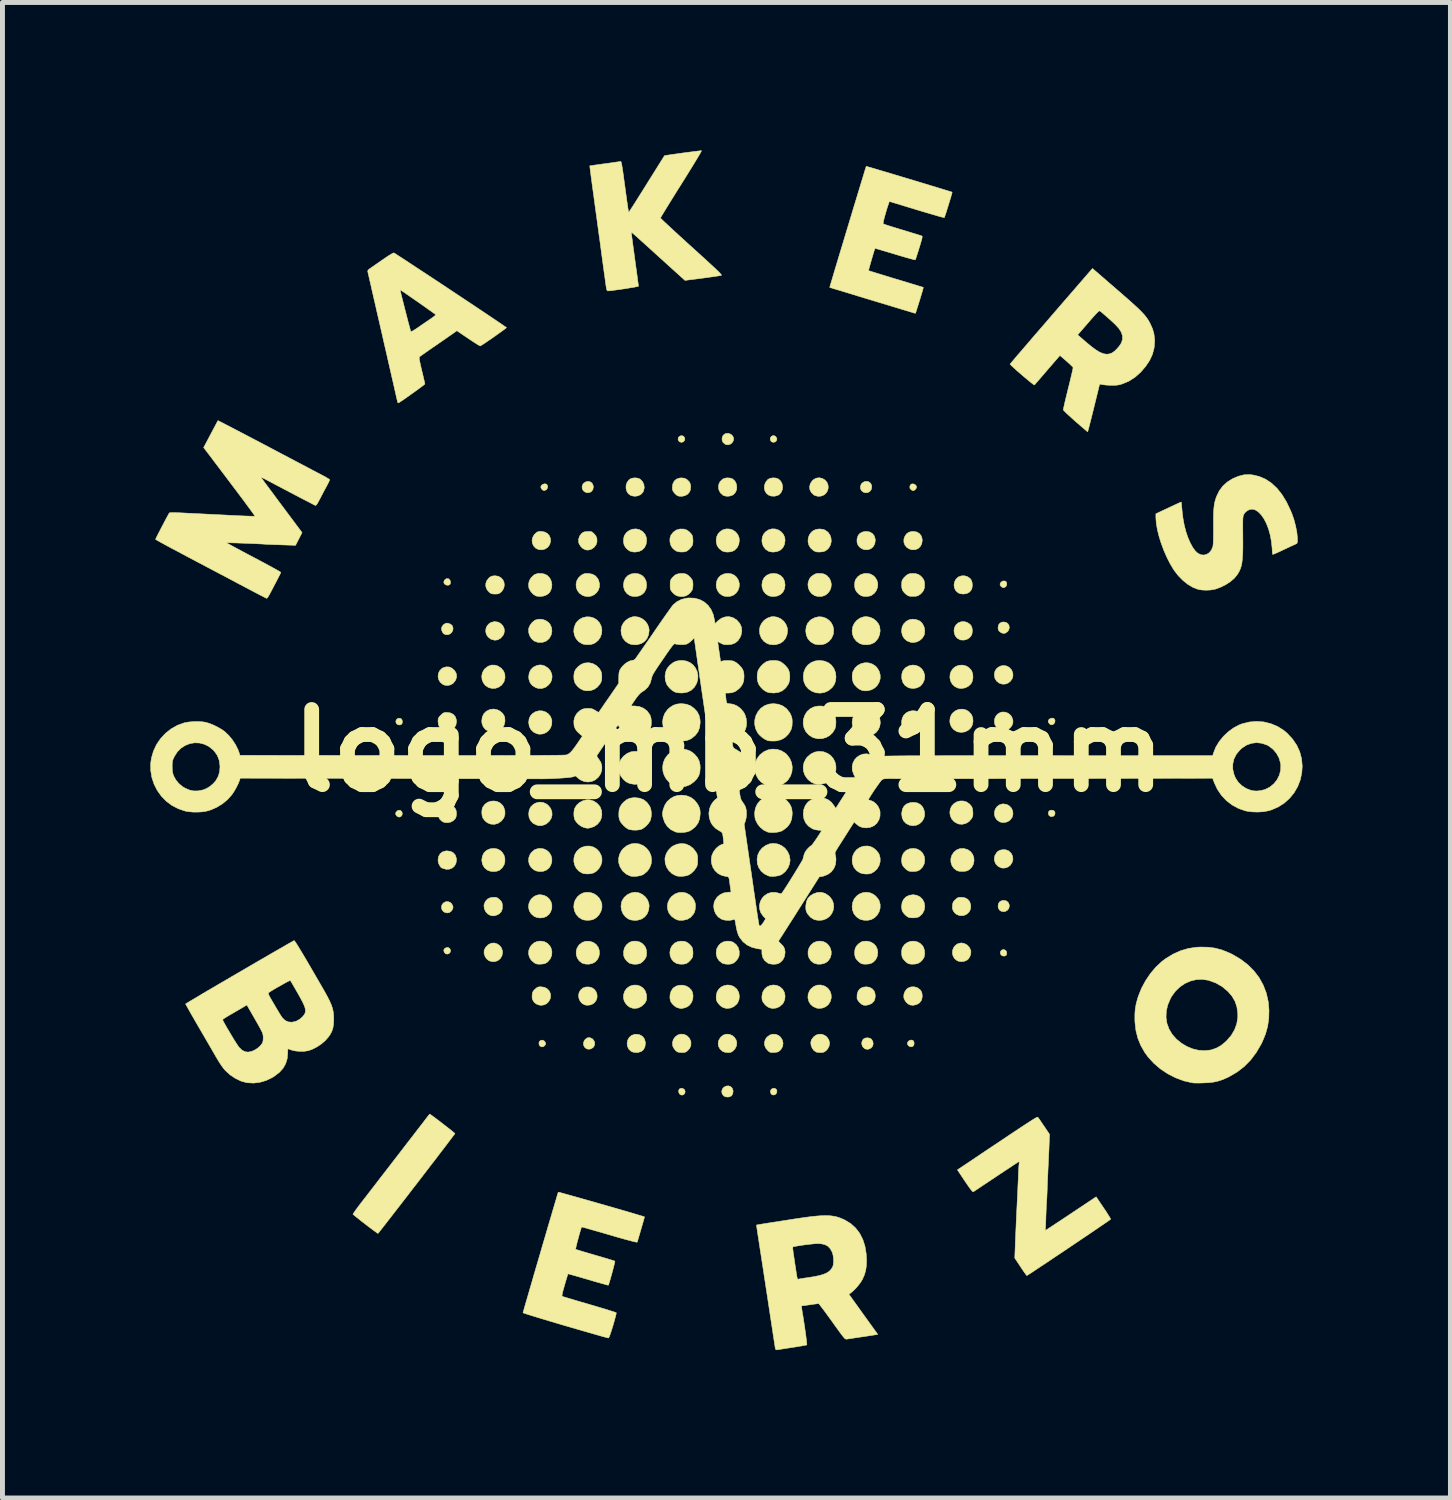
<source format=kicad_pcb>
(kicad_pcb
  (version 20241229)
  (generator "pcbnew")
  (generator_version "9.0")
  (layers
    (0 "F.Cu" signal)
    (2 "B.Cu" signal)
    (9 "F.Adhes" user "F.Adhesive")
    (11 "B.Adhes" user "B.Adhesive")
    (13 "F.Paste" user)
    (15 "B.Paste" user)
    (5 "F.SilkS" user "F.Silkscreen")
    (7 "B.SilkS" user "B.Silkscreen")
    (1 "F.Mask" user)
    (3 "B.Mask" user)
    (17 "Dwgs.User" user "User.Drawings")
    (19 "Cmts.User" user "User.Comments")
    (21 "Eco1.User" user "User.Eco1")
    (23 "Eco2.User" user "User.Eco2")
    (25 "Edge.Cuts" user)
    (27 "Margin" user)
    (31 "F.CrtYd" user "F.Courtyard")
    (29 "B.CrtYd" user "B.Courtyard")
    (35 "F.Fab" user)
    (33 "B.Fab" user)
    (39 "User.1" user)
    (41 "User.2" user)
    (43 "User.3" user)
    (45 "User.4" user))
  (footprint "logo_mb_31mm"
    (layer "F.Cu")
    (at 11.724 12.169)
    (property "Reference" "logo_mb_31mm" (at 0 0 0) (layer "F.SilkS") (effects (font (size 1.524 1.524) (thickness 0.3))))
    (attr through_hole)
    (fp_poly (pts (xy -6.65 1.215) (xy -6.626 1.239) (xy -6.617 1.276) (xy -6.627 1.315) (xy -6.651 1.34) (xy -6.684 1.347) (xy -6.718 1.335) (xy -6.739 1.313) (xy -6.753 1.287) (xy -6.752 1.265) (xy -6.743 1.246) (xy -6.715 1.217) (xy -6.682 1.207) (xy -6.65 1.215)) (stroke (width 0.01) (type solid)) (fill yes) (layer "F.SilkS"))
    (fp_poly (pts (xy -5.684 3.993) (xy -5.655 4.012) (xy -5.64 4.045) (xy -5.639 4.057) (xy -5.649 4.092) (xy -5.674 4.116) (xy -5.707 4.125) (xy -5.739 4.117) (xy -5.759 4.099) (xy -5.777 4.06) (xy -5.771 4.027) (xy -5.755 4.009) (xy -5.72 3.991) (xy -5.684 3.993)) (stroke (width 0.01) (type solid)) (fill yes) (layer "F.SilkS"))
    (fp_poly (pts (xy -0.934 -6.383) (xy -0.905 -6.364) (xy -0.89 -6.33) (xy -0.889 -6.319) (xy -0.899 -6.283) (xy -0.925 -6.259) (xy -0.959 -6.251) (xy -0.993 -6.26) (xy -1.008 -6.272) (xy -1.027 -6.308) (xy -1.022 -6.345) (xy -1.005 -6.367) (xy -0.97 -6.385) (xy -0.934 -6.383)) (stroke (width 0.01) (type solid)) (fill yes) (layer "F.SilkS"))
    (fp_poly (pts (xy 0.952 6.854) (xy 0.974 6.88) (xy 0.978 6.909) (xy 0.967 6.949) (xy 0.94 6.975) (xy 0.902 6.982) (xy 0.879 6.976) (xy 0.862 6.96) (xy 0.85 6.938) (xy 0.846 6.899) (xy 0.863 6.866) (xy 0.895 6.847) (xy 0.912 6.845) (xy 0.952 6.854)) (stroke (width 0.01) (type solid)) (fill yes) (layer "F.SilkS"))
    (fp_poly (pts (xy 6.587 1.214) (xy 6.611 1.237) (xy 6.617 1.271) (xy 6.606 1.309) (xy 6.579 1.332) (xy 6.54 1.338) (xy 6.519 1.332) (xy 6.492 1.311) (xy 6.481 1.276) (xy 6.486 1.239) (xy 6.489 1.233) (xy 6.512 1.212) (xy 6.545 1.206) (xy 6.587 1.214)) (stroke (width 0.01) (type solid)) (fill yes) (layer "F.SilkS"))
    (fp_poly (pts (xy -6.647 -0.65) (xy -6.643 -0.648) (xy -6.624 -0.626) (xy -6.616 -0.591) (xy -6.62 -0.556) (xy -6.632 -0.536) (xy -6.662 -0.521) (xy -6.699 -0.524) (xy -6.73 -0.542) (xy -6.737 -0.551) (xy -6.75 -0.587) (xy -6.741 -0.621) (xy -6.718 -0.646) (xy -6.685 -0.658) (xy -6.647 -0.65)) (stroke (width 0.01) (type solid)) (fill yes) (layer "F.SilkS"))
    (fp_poly (pts (xy -3.748 5.88) (xy -3.722 5.907) (xy -3.711 5.934) (xy -3.714 5.955) (xy -3.725 5.974) (xy -3.755 6.001) (xy -3.791 6.006) (xy -3.825 5.99) (xy -3.828 5.987) (xy -3.843 5.96) (xy -3.848 5.93) (xy -3.838 5.896) (xy -3.813 5.875) (xy -3.781 5.869) (xy -3.748 5.88)) (stroke (width 0.01) (type solid)) (fill yes) (layer "F.SilkS"))
    (fp_poly (pts (xy -3.702 -5.406) (xy -3.686 -5.395) (xy -3.671 -5.365) (xy -3.674 -5.328) (xy -3.691 -5.297) (xy -3.699 -5.29) (xy -3.733 -5.273) (xy -3.761 -5.277) (xy -3.785 -5.296) (xy -3.804 -5.323) (xy -3.81 -5.345) (xy -3.799 -5.376) (xy -3.772 -5.398) (xy -3.736 -5.41) (xy -3.702 -5.406)) (stroke (width 0.01) (type solid)) (fill yes) (layer "F.SilkS"))
    (fp_poly (pts (xy -0.934 6.848) (xy -0.902 6.867) (xy -0.895 6.875) (xy -0.883 6.911) (xy -0.889 6.944) (xy -0.909 6.97) (xy -0.938 6.983) (xy -0.97 6.98) (xy -0.995 6.962) (xy -1.012 6.929) (xy -1.015 6.892) (xy -1.002 6.862) (xy -1.001 6.861) (xy -0.97 6.846) (xy -0.934 6.848)) (stroke (width 0.01) (type solid)) (fill yes) (layer "F.SilkS"))
    (fp_poly (pts (xy 0.942 -6.377) (xy 0.967 -6.35) (xy 0.978 -6.316) (xy 0.978 -6.316) (xy 0.967 -6.282) (xy 0.941 -6.259) (xy 0.907 -6.251) (xy 0.873 -6.26) (xy 0.859 -6.272) (xy 0.842 -6.306) (xy 0.845 -6.342) (xy 0.865 -6.372) (xy 0.899 -6.387) (xy 0.91 -6.388) (xy 0.942 -6.377)) (stroke (width 0.01) (type solid)) (fill yes) (layer "F.SilkS"))
    (fp_poly (pts (xy 3.737 5.877) (xy 3.744 5.883) (xy 3.757 5.91) (xy 3.759 5.946) (xy 3.749 5.978) (xy 3.735 5.994) (xy 3.695 6.006) (xy 3.661 5.995) (xy 3.645 5.982) (xy 3.623 5.952) (xy 3.624 5.924) (xy 3.639 5.896) (xy 3.667 5.874) (xy 3.703 5.867) (xy 3.737 5.877)) (stroke (width 0.01) (type solid)) (fill yes) (layer "F.SilkS"))
    (fp_poly (pts (xy 5.604 4.042) (xy 5.609 4.045) (xy 5.632 4.072) (xy 5.639 4.109) (xy 5.63 4.142) (xy 5.624 4.15) (xy 5.593 4.165) (xy 5.557 4.163) (xy 5.526 4.145) (xy 5.519 4.137) (xy 5.506 4.1) (xy 5.513 4.067) (xy 5.536 4.042) (xy 5.568 4.032) (xy 5.604 4.042)) (stroke (width 0.01) (type solid)) (fill yes) (layer "F.SilkS"))
    (fp_poly (pts (xy 5.616 -3.432) (xy 5.624 -3.426) (xy 5.637 -3.397) (xy 5.636 -3.36) (xy 5.62 -3.328) (xy 5.616 -3.323) (xy 5.581 -3.304) (xy 5.547 -3.31) (xy 5.524 -3.327) (xy 5.503 -3.357) (xy 5.503 -3.385) (xy 5.519 -3.413) (xy 5.547 -3.435) (xy 5.583 -3.442) (xy 5.616 -3.432)) (stroke (width 0.01) (type solid)) (fill yes) (layer "F.SilkS"))
    (fp_poly (pts (xy 6.585 -0.656) (xy 6.601 -0.645) (xy 6.616 -0.615) (xy 6.613 -0.579) (xy 6.596 -0.547) (xy 6.588 -0.54) (xy 6.554 -0.523) (xy 6.526 -0.527) (xy 6.502 -0.546) (xy 6.483 -0.573) (xy 6.477 -0.595) (xy 6.488 -0.626) (xy 6.515 -0.649) (xy 6.551 -0.66) (xy 6.585 -0.656)) (stroke (width 0.01) (type solid)) (fill yes) (layer "F.SilkS"))
    (fp_poly (pts (xy -5.682 -3.485) (xy -5.665 -3.474) (xy -5.645 -3.443) (xy -5.639 -3.405) (xy -5.65 -3.373) (xy -5.654 -3.368) (xy -5.684 -3.354) (xy -5.721 -3.356) (xy -5.754 -3.373) (xy -5.76 -3.379) (xy -5.776 -3.405) (xy -5.772 -3.435) (xy -5.771 -3.439) (xy -5.749 -3.472) (xy -5.717 -3.488) (xy -5.682 -3.485)) (stroke (width 0.01) (type solid)) (fill yes) (layer "F.SilkS"))
    (fp_poly (pts (xy 3.771 -5.399) (xy 3.797 -5.377) (xy 3.81 -5.347) (xy 3.81 -5.343) (xy 3.801 -5.317) (xy 3.779 -5.291) (xy 3.754 -5.273) (xy 3.743 -5.271) (xy 3.721 -5.277) (xy 3.699 -5.29) (xy 3.674 -5.321) (xy 3.673 -5.36) (xy 3.683 -5.386) (xy 3.706 -5.406) (xy 3.738 -5.409) (xy 3.771 -5.399)) (stroke (width 0.01) (type solid)) (fill yes) (layer "F.SilkS"))
    (fp_poly (pts (xy -2.795 -5.444) (xy -2.762 -5.411) (xy -2.745 -5.363) (xy -2.744 -5.344) (xy -2.754 -5.293) (xy -2.783 -5.254) (xy -2.825 -5.232) (xy -2.874 -5.23) (xy -2.904 -5.239) (xy -2.946 -5.268) (xy -2.969 -5.31) (xy -2.973 -5.356) (xy -2.956 -5.402) (xy -2.933 -5.428) (xy -2.885 -5.455) (xy -2.837 -5.459) (xy -2.795 -5.444)) (stroke (width 0.01) (type solid)) (fill yes) (layer "F.SilkS"))
    (fp_poly (pts (xy 2.839 -5.451) (xy 2.875 -5.423) (xy 2.897 -5.382) (xy 2.901 -5.348) (xy 2.891 -5.296) (xy 2.861 -5.256) (xy 2.819 -5.232) (xy 2.77 -5.229) (xy 2.737 -5.238) (xy 2.696 -5.267) (xy 2.673 -5.309) (xy 2.67 -5.356) (xy 2.687 -5.403) (xy 2.704 -5.424) (xy 2.748 -5.453) (xy 2.795 -5.461) (xy 2.839 -5.451)) (stroke (width 0.01) (type solid)) (fill yes) (layer "F.SilkS"))
    (fp_poly (pts (xy -2.771 5.838) (xy -2.757 5.849) (xy -2.726 5.89) (xy -2.715 5.936) (xy -2.724 5.981) (xy -2.75 6.02) (xy -2.792 6.045) (xy -2.814 6.051) (xy -2.851 6.052) (xy -2.878 6.046) (xy -2.918 6.017) (xy -2.941 5.975) (xy -2.945 5.927) (xy -2.929 5.88) (xy -2.909 5.854) (xy -2.865 5.823) (xy -2.819 5.818) (xy -2.771 5.838)) (stroke (width 0.01) (type solid)) (fill yes) (layer "F.SilkS"))
    (fp_poly (pts (xy 0.000197 -6.432) (xy 0.046 -6.413) (xy 0.081 -6.379) (xy 0.1 -6.336) (xy 0.102 -6.319) (xy 0.091 -6.277) (xy 0.064 -6.237) (xy 0.036 -6.216) (xy -0.009 -6.2) (xy -0.052 -6.205) (xy -0.078 -6.217) (xy -0.115 -6.249) (xy -0.133 -6.291) (xy -0.135 -6.337) (xy -0.12 -6.381) (xy -0.089 -6.415) (xy -0.049 -6.433) (xy 0.000197 -6.432)) (stroke (width 0.01) (type solid)) (fill yes) (layer "F.SilkS"))
    (fp_poly (pts (xy 0.037 6.81) (xy 0.07 6.841) (xy 0.087 6.886) (xy 0.089 6.906) (xy 0.08 6.963) (xy 0.053 7.001) (xy 0.009 7.02) (xy -0.021 7.023) (xy -0.065 7.018) (xy -0.098 7.002) (xy -0.109 6.992) (xy -0.136 6.949) (xy -0.141 6.901) (xy -0.124 6.854) (xy -0.101 6.827) (xy -0.054 6.801) (xy -0.006 6.796) (xy 0.037 6.81)) (stroke (width 0.01) (type solid)) (fill yes) (layer "F.SilkS"))
    (fp_poly (pts (xy 5.627 -2.599) (xy 5.664 -2.571) (xy 5.685 -2.531) (xy 5.689 -2.486) (xy 5.674 -2.439) (xy 5.652 -2.412) (xy 5.608 -2.382) (xy 5.562 -2.377) (xy 5.515 -2.397) (xy 5.5 -2.408) (xy 5.474 -2.435) (xy 5.463 -2.466) (xy 5.461 -2.494) (xy 5.471 -2.549) (xy 5.501 -2.587) (xy 5.547 -2.607) (xy 5.577 -2.609) (xy 5.627 -2.599)) (stroke (width 0.01) (type solid)) (fill yes) (layer "F.SilkS"))
    (fp_poly (pts (xy 5.628 3.046) (xy 5.667 3.076) (xy 5.687 3.123) (xy 5.69 3.15) (xy 5.679 3.199) (xy 5.65 3.236) (xy 5.61 3.259) (xy 5.565 3.265) (xy 5.519 3.253) (xy 5.492 3.233) (xy 5.469 3.198) (xy 5.461 3.154) (xy 5.461 3.15) (xy 5.471 3.096) (xy 5.501 3.058) (xy 5.547 3.038) (xy 5.575 3.035) (xy 5.628 3.046)) (stroke (width 0.01) (type solid)) (fill yes) (layer "F.SilkS"))
    (fp_poly (pts (xy -5.655 -2.571) (xy -5.619 -2.549) (xy -5.602 -2.529) (xy -5.588 -2.481) (xy -5.595 -2.435) (xy -5.617 -2.396) (xy -5.652 -2.366) (xy -5.694 -2.35) (xy -5.74 -2.352) (xy -5.775 -2.369) (xy -5.803 -2.401) (xy -5.82 -2.445) (xy -5.822 -2.489) (xy -5.818 -2.503) (xy -5.789 -2.548) (xy -5.744 -2.579) (xy -5.732 -2.584) (xy -5.696 -2.584) (xy -5.655 -2.571)) (stroke (width 0.01) (type solid)) (fill yes) (layer "F.SilkS"))
    (fp_poly (pts (xy -5.643 3.079) (xy -5.621 3.1) (xy -5.599 3.136) (xy -5.588 3.171) (xy -5.588 3.175) (xy -5.597 3.21) (xy -5.618 3.246) (xy -5.621 3.25) (xy -5.662 3.282) (xy -5.71 3.291) (xy -5.76 3.277) (xy -5.787 3.259) (xy -5.815 3.22) (xy -5.824 3.172) (xy -5.813 3.126) (xy -5.786 3.09) (xy -5.739 3.064) (xy -5.689 3.061) (xy -5.643 3.079)) (stroke (width 0.01) (type solid)) (fill yes) (layer "F.SilkS"))
    (fp_poly (pts (xy 2.861 5.83) (xy 2.895 5.851) (xy 2.897 5.853) (xy 2.924 5.902) (xy 2.929 5.952) (xy 2.914 5.998) (xy 2.879 6.034) (xy 2.869 6.039) (xy 2.823 6.056) (xy 2.781 6.051) (xy 2.754 6.039) (xy 2.719 6.006) (xy 2.7 5.962) (xy 2.698 5.913) (xy 2.715 5.868) (xy 2.733 5.846) (xy 2.77 5.827) (xy 2.816 5.822) (xy 2.861 5.83)) (stroke (width 0.01) (type solid)) (fill yes) (layer "F.SilkS"))
    (fp_poly (pts (xy -5.665 -1.696) (xy -5.613 -1.673) (xy -5.557 -1.623) (xy -5.524 -1.566) (xy -5.515 -1.505) (xy -5.532 -1.44) (xy -5.54 -1.424) (xy -5.581 -1.371) (xy -5.634 -1.336) (xy -5.695 -1.321) (xy -5.757 -1.327) (xy -5.801 -1.346) (xy -5.85 -1.389) (xy -5.881 -1.443) (xy -5.893 -1.503) (xy -5.886 -1.563) (xy -5.861 -1.619) (xy -5.817 -1.664) (xy -5.791 -1.68) (xy -5.727 -1.699) (xy -5.665 -1.696)) (stroke (width 0.01) (type solid)) (fill yes) (layer "F.SilkS"))
    (fp_poly (pts (xy -2.77 4.808) (xy -2.722 4.842) (xy -2.688 4.889) (xy -2.67 4.943) (xy -2.668 5.001) (xy -2.684 5.057) (xy -2.719 5.106) (xy -2.756 5.135) (xy -2.809 5.156) (xy -2.868 5.162) (xy -2.913 5.156) (xy -2.969 5.127) (xy -3.011 5.081) (xy -3.036 5.025) (xy -3.044 4.964) (xy -3.033 4.904) (xy -3.003 4.853) (xy -2.955 4.812) (xy -2.896 4.792) (xy -2.832 4.791) (xy -2.77 4.808)) (stroke (width 0.01) (type solid)) (fill yes) (layer "F.SilkS"))
    (fp_poly (pts (xy -1.806 5.76) (xy -1.75 5.791) (xy -1.711 5.84) (xy -1.691 5.904) (xy -1.689 5.935) (xy -1.699 6.006) (xy -1.728 6.062) (xy -1.775 6.1) (xy -1.839 6.119) (xy -1.873 6.121) (xy -1.937 6.113) (xy -1.977 6.097) (xy -2.024 6.054) (xy -2.052 5.996) (xy -2.06 5.936) (xy -2.048 5.869) (xy -2.016 5.814) (xy -1.968 5.773) (xy -1.907 5.752) (xy -1.875 5.749) (xy -1.806 5.76)) (stroke (width 0.01) (type solid)) (fill yes) (layer "F.SilkS"))
    (fp_poly (pts (xy 1.899 -5.519) (xy 1.955 -5.485) (xy 1.994 -5.438) (xy 2.015 -5.382) (xy 2.018 -5.323) (xy 2.002 -5.265) (xy 1.967 -5.213) (xy 1.927 -5.182) (xy 1.87 -5.16) (xy 1.806 -5.157) (xy 1.746 -5.174) (xy 1.726 -5.185) (xy 1.676 -5.232) (xy 1.647 -5.288) (xy 1.64 -5.349) (xy 1.654 -5.41) (xy 1.69 -5.467) (xy 1.714 -5.491) (xy 1.772 -5.524) (xy 1.834 -5.533) (xy 1.899 -5.519)) (stroke (width 0.01) (type solid)) (fill yes) (layer "F.SilkS"))
    (fp_poly (pts (xy 3.81 -4.434) (xy 3.865 -4.403) (xy 3.903 -4.355) (xy 3.922 -4.291) (xy 3.924 -4.261) (xy 3.913 -4.192) (xy 3.883 -4.137) (xy 3.838 -4.096) (xy 3.781 -4.074) (xy 3.716 -4.073) (xy 3.677 -4.083) (xy 3.616 -4.116) (xy 3.574 -4.165) (xy 3.552 -4.223) (xy 3.552 -4.288) (xy 3.567 -4.336) (xy 3.603 -4.393) (xy 3.653 -4.429) (xy 3.718 -4.444) (xy 3.74 -4.445) (xy 3.81 -4.434)) (stroke (width 0.01) (type solid)) (fill yes) (layer "F.SilkS"))
    (fp_poly (pts (xy 5.613 -0.78) (xy 5.672 -0.755) (xy 5.719 -0.713) (xy 5.74 -0.681) (xy 5.762 -0.618) (xy 5.762 -0.561) (xy 5.742 -0.508) (xy 5.702 -0.456) (xy 5.648 -0.421) (xy 5.586 -0.406) (xy 5.523 -0.412) (xy 5.477 -0.432) (xy 5.427 -0.475) (xy 5.397 -0.528) (xy 5.386 -0.586) (xy 5.392 -0.644) (xy 5.415 -0.698) (xy 5.454 -0.743) (xy 5.508 -0.774) (xy 5.55 -0.784) (xy 5.613 -0.78)) (stroke (width 0.01) (type solid)) (fill yes) (layer "F.SilkS"))
    (fp_poly (pts (xy -4.673 -2.605) (xy -4.62 -2.576) (xy -4.58 -2.533) (xy -4.554 -2.48) (xy -4.547 -2.422) (xy -4.56 -2.365) (xy -4.575 -2.337) (xy -4.625 -2.28) (xy -4.682 -2.247) (xy -4.743 -2.239) (xy -4.808 -2.255) (xy -4.825 -2.263) (xy -4.878 -2.304) (xy -4.912 -2.354) (xy -4.926 -2.41) (xy -4.923 -2.467) (xy -4.904 -2.52) (xy -4.869 -2.565) (xy -4.82 -2.599) (xy -4.757 -2.615) (xy -4.736 -2.616) (xy -4.673 -2.605)) (stroke (width 0.01) (type solid)) (fill yes) (layer "F.SilkS"))
    (fp_poly (pts (xy 2.856 4.798) (xy 2.911 4.83) (xy 2.948 4.872) (xy 2.966 4.92) (xy 2.972 4.978) (xy 2.963 5.037) (xy 2.947 5.076) (xy 2.907 5.119) (xy 2.851 5.149) (xy 2.788 5.163) (xy 2.733 5.16) (xy 2.7 5.145) (xy 2.664 5.115) (xy 2.631 5.079) (xy 2.608 5.042) (xy 2.601 5.02) (xy 2.604 4.938) (xy 2.625 4.873) (xy 2.664 4.826) (xy 2.719 4.797) (xy 2.788 4.788) (xy 2.856 4.798)) (stroke (width 0.01) (type solid)) (fill yes) (layer "F.SilkS"))
    (fp_poly (pts (xy 2.857 -4.434) (xy 2.912 -4.403) (xy 2.951 -4.355) (xy 2.97 -4.291) (xy 2.972 -4.261) (xy 2.961 -4.192) (xy 2.931 -4.137) (xy 2.885 -4.096) (xy 2.828 -4.074) (xy 2.764 -4.073) (xy 2.724 -4.083) (xy 2.665 -4.116) (xy 2.623 -4.164) (xy 2.602 -4.223) (xy 2.601 -4.289) (xy 2.623 -4.358) (xy 2.628 -4.368) (xy 2.662 -4.406) (xy 2.714 -4.433) (xy 2.776 -4.445) (xy 2.788 -4.445) (xy 2.857 -4.434)) (stroke (width 0.01) (type solid)) (fill yes) (layer "F.SilkS"))
    (fp_poly (pts (xy 5.614 2.01) (xy 5.667 2.028) (xy 5.677 2.034) (xy 5.727 2.081) (xy 5.755 2.138) (xy 5.763 2.199) (xy 5.749 2.259) (xy 5.715 2.316) (xy 5.676 2.351) (xy 5.628 2.373) (xy 5.572 2.382) (xy 5.523 2.376) (xy 5.46 2.344) (xy 5.414 2.296) (xy 5.389 2.234) (xy 5.385 2.191) (xy 5.397 2.126) (xy 5.434 2.066) (xy 5.454 2.045) (xy 5.498 2.019) (xy 5.555 2.008) (xy 5.614 2.01)) (stroke (width 0.01) (type solid)) (fill yes) (layer "F.SilkS"))
    (fp_poly (pts (xy 5.638 1.091) (xy 5.692 1.122) (xy 5.733 1.167) (xy 5.758 1.224) (xy 5.764 1.285) (xy 5.748 1.348) (xy 5.747 1.351) (xy 5.709 1.403) (xy 5.656 1.44) (xy 5.595 1.457) (xy 5.531 1.455) (xy 5.487 1.439) (xy 5.435 1.4) (xy 5.402 1.35) (xy 5.387 1.294) (xy 5.389 1.237) (xy 5.407 1.182) (xy 5.44 1.135) (xy 5.487 1.1) (xy 5.546 1.081) (xy 5.573 1.08) (xy 5.638 1.091)) (stroke (width 0.01) (type solid)) (fill yes) (layer "F.SilkS"))
    (fp_poly (pts (xy -5.679 1.092) (xy -5.617 1.112) (xy -5.563 1.151) (xy -5.545 1.172) (xy -5.526 1.215) (xy -5.519 1.27) (xy -5.523 1.326) (xy -5.539 1.373) (xy -5.542 1.377) (xy -5.584 1.42) (xy -5.639 1.449) (xy -5.701 1.461) (xy -5.762 1.456) (xy -5.808 1.436) (xy -5.856 1.392) (xy -5.885 1.336) (xy -5.894 1.276) (xy -5.885 1.215) (xy -5.857 1.16) (xy -5.81 1.117) (xy -5.804 1.113) (xy -5.744 1.092) (xy -5.679 1.092)) (stroke (width 0.01) (type solid)) (fill yes) (layer "F.SilkS"))
    (fp_poly (pts (xy -4.695 3.917) (xy -4.646 3.95) (xy -4.609 3.997) (xy -4.588 4.055) (xy -4.585 4.088) (xy -4.596 4.155) (xy -4.626 4.21) (xy -4.672 4.251) (xy -4.728 4.275) (xy -4.79 4.279) (xy -4.853 4.262) (xy -4.864 4.256) (xy -4.902 4.226) (xy -4.935 4.182) (xy -4.938 4.177) (xy -4.96 4.112) (xy -4.958 4.05) (xy -4.931 3.992) (xy -4.881 3.94) (xy -4.864 3.927) (xy -4.808 3.903) (xy -4.75 3.9) (xy -4.695 3.917)) (stroke (width 0.01) (type solid)) (fill yes) (layer "F.SilkS"))
    (fp_poly (pts (xy -3.763 1.05) (xy -3.695 1.081) (xy -3.659 1.11) (xy -3.611 1.169) (xy -3.585 1.236) (xy -3.581 1.304) (xy -3.598 1.37) (xy -3.635 1.43) (xy -3.691 1.48) (xy -3.727 1.5) (xy -3.791 1.52) (xy -3.854 1.519) (xy -3.903 1.505) (xy -3.971 1.469) (xy -4.019 1.417) (xy -4.048 1.35) (xy -4.055 1.283) (xy -4.045 1.204) (xy -4.013 1.139) (xy -3.961 1.089) (xy -3.909 1.061) (xy -3.835 1.043) (xy -3.763 1.05)) (stroke (width 0.01) (type solid)) (fill yes) (layer "F.SilkS"))
    (fp_poly (pts (xy -3.746 1.993) (xy -3.684 2.024) (xy -3.635 2.07) (xy -3.601 2.128) (xy -3.585 2.193) (xy -3.587 2.261) (xy -3.61 2.328) (xy -3.642 2.377) (xy -3.695 2.421) (xy -3.759 2.446) (xy -3.83 2.452) (xy -3.901 2.439) (xy -3.951 2.415) (xy -4.007 2.366) (xy -4.043 2.305) (xy -4.058 2.237) (xy -4.052 2.167) (xy -4.025 2.099) (xy -3.997 2.062) (xy -3.94 2.012) (xy -3.874 1.987) (xy -3.82 1.981) (xy -3.746 1.993)) (stroke (width 0.01) (type solid)) (fill yes) (layer "F.SilkS"))
    (fp_poly (pts (xy -3.746 2.933) (xy -3.684 2.964) (xy -3.635 3.01) (xy -3.601 3.067) (xy -3.585 3.132) (xy -3.587 3.201) (xy -3.61 3.268) (xy -3.642 3.317) (xy -3.695 3.361) (xy -3.759 3.386) (xy -3.83 3.392) (xy -3.901 3.379) (xy -3.951 3.355) (xy -4.007 3.305) (xy -4.043 3.245) (xy -4.058 3.177) (xy -4.052 3.107) (xy -4.025 3.039) (xy -3.997 3.001) (xy -3.94 2.952) (xy -3.874 2.926) (xy -3.82 2.921) (xy -3.746 2.933)) (stroke (width 0.01) (type solid)) (fill yes) (layer "F.SilkS"))
    (fp_poly (pts (xy -3.736 -4.434) (xy -3.678 -4.405) (xy -3.637 -4.359) (xy -3.614 -4.301) (xy -3.611 -4.244) (xy -3.629 -4.179) (xy -3.666 -4.126) (xy -3.718 -4.09) (xy -3.779 -4.072) (xy -3.846 -4.075) (xy -3.857 -4.078) (xy -3.914 -4.106) (xy -3.955 -4.15) (xy -3.98 -4.204) (xy -3.987 -4.264) (xy -3.974 -4.324) (xy -3.942 -4.38) (xy -3.925 -4.397) (xy -3.892 -4.426) (xy -3.864 -4.44) (xy -3.828 -4.445) (xy -3.806 -4.445) (xy -3.736 -4.434)) (stroke (width 0.01) (type solid)) (fill yes) (layer "F.SilkS"))
    (fp_poly (pts (xy -1.842 -5.524) (xy -1.798 -5.506) (xy -1.795 -5.504) (xy -1.747 -5.455) (xy -1.719 -5.395) (xy -1.712 -5.33) (xy -1.726 -5.266) (xy -1.739 -5.24) (xy -1.781 -5.195) (xy -1.837 -5.167) (xy -1.9 -5.157) (xy -1.965 -5.167) (xy -1.991 -5.177) (xy -2.038 -5.213) (xy -2.068 -5.263) (xy -2.082 -5.321) (xy -2.08 -5.382) (xy -2.06 -5.439) (xy -2.023 -5.488) (xy -1.999 -5.507) (xy -1.954 -5.525) (xy -1.898 -5.531) (xy -1.842 -5.524)) (stroke (width 0.01) (type solid)) (fill yes) (layer "F.SilkS"))
    (fp_poly (pts (xy 0.011 5.75) (xy 0.071 5.775) (xy 0.113 5.809) (xy 0.15 5.864) (xy 0.165 5.925) (xy 0.157 5.987) (xy 0.127 6.046) (xy 0.093 6.083) (xy 0.061 6.107) (xy 0.029 6.119) (xy -0.016 6.121) (xy -0.016 6.121) (xy -0.083 6.113) (xy -0.123 6.097) (xy -0.174 6.052) (xy -0.205 5.997) (xy -0.214 5.935) (xy -0.202 5.873) (xy -0.166 5.814) (xy -0.163 5.81) (xy -0.111 5.768) (xy -0.051 5.748) (xy 0.011 5.75)) (stroke (width 0.01) (type solid)) (fill yes) (layer "F.SilkS"))
    (fp_poly (pts (xy 0.056 -3.584) (xy 0.118 -3.554) (xy 0.161 -3.514) (xy 0.199 -3.453) (xy 0.216 -3.385) (xy 0.212 -3.316) (xy 0.189 -3.249) (xy 0.147 -3.192) (xy 0.089 -3.148) (xy 0.037 -3.131) (xy -0.026 -3.125) (xy -0.088 -3.132) (xy -0.121 -3.142) (xy -0.181 -3.183) (xy -0.225 -3.24) (xy -0.25 -3.31) (xy -0.254 -3.359) (xy -0.243 -3.437) (xy -0.211 -3.502) (xy -0.161 -3.552) (xy -0.096 -3.583) (xy -0.019 -3.594) (xy 0.056 -3.584)) (stroke (width 0.01) (type solid)) (fill yes) (layer "F.SilkS"))
    (fp_poly (pts (xy 0.959 -5.526) (xy 1.005 -5.509) (xy 1.009 -5.507) (xy 1.054 -5.465) (xy 1.082 -5.411) (xy 1.093 -5.351) (xy 1.087 -5.291) (xy 1.064 -5.237) (xy 1.025 -5.193) (xy 0.998 -5.177) (xy 0.934 -5.159) (xy 0.867 -5.161) (xy 0.816 -5.177) (xy 0.767 -5.214) (xy 0.736 -5.264) (xy 0.722 -5.322) (xy 0.726 -5.383) (xy 0.749 -5.441) (xy 0.789 -5.492) (xy 0.804 -5.504) (xy 0.847 -5.523) (xy 0.902 -5.531) (xy 0.959 -5.526)) (stroke (width 0.01) (type solid)) (fill yes) (layer "F.SilkS"))
    (fp_poly (pts (xy 3.819 1.058) (xy 3.882 1.089) (xy 3.931 1.141) (xy 3.948 1.172) (xy 3.971 1.244) (xy 3.972 1.315) (xy 3.954 1.38) (xy 3.918 1.437) (xy 3.869 1.482) (xy 3.809 1.511) (xy 3.74 1.522) (xy 3.666 1.511) (xy 3.599 1.479) (xy 3.549 1.429) (xy 3.518 1.364) (xy 3.507 1.286) (xy 3.508 1.264) (xy 3.523 1.185) (xy 3.556 1.124) (xy 3.608 1.08) (xy 3.677 1.055) (xy 3.741 1.048) (xy 3.819 1.058)) (stroke (width 0.01) (type solid)) (fill yes) (layer "F.SilkS"))
    (fp_poly (pts (xy 3.824 4.806) (xy 3.877 4.844) (xy 3.9 4.872) (xy 3.919 4.92) (xy 3.924 4.978) (xy 3.916 5.037) (xy 3.899 5.076) (xy 3.859 5.121) (xy 3.803 5.15) (xy 3.739 5.163) (xy 3.676 5.156) (xy 3.675 5.155) (xy 3.629 5.13) (xy 3.588 5.088) (xy 3.559 5.037) (xy 3.55 5.006) (xy 3.551 4.946) (xy 3.571 4.887) (xy 3.606 4.837) (xy 3.635 4.814) (xy 3.696 4.79) (xy 3.761 4.788) (xy 3.824 4.806)) (stroke (width 0.01) (type solid)) (fill yes) (layer "F.SilkS"))
    (fp_poly (pts (xy 4.781 3.911) (xy 4.835 3.942) (xy 4.879 3.989) (xy 4.906 4.045) (xy 4.91 4.059) (xy 4.909 4.114) (xy 4.891 4.172) (xy 4.86 4.222) (xy 4.836 4.244) (xy 4.784 4.268) (xy 4.723 4.278) (xy 4.664 4.271) (xy 4.626 4.255) (xy 4.576 4.212) (xy 4.547 4.159) (xy 4.535 4.101) (xy 4.541 4.043) (xy 4.562 3.99) (xy 4.599 3.945) (xy 4.649 3.913) (xy 4.711 3.899) (xy 4.722 3.899) (xy 4.781 3.911)) (stroke (width 0.01) (type solid)) (fill yes) (layer "F.SilkS"))
    (fp_poly (pts (xy 4.841 -2.597) (xy 4.894 -2.559) (xy 4.916 -2.532) (xy 4.934 -2.487) (xy 4.94 -2.431) (xy 4.934 -2.374) (xy 4.921 -2.337) (xy 4.883 -2.29) (xy 4.83 -2.257) (xy 4.768 -2.241) (xy 4.703 -2.245) (xy 4.692 -2.248) (xy 4.638 -2.277) (xy 4.598 -2.321) (xy 4.575 -2.375) (xy 4.568 -2.434) (xy 4.577 -2.493) (xy 4.605 -2.546) (xy 4.65 -2.588) (xy 4.653 -2.59) (xy 4.714 -2.614) (xy 4.779 -2.616) (xy 4.841 -2.597)) (stroke (width 0.01) (type solid)) (fill yes) (layer "F.SilkS"))
    (fp_poly (pts (xy 4.842 -3.527) (xy 4.893 -3.492) (xy 4.915 -3.463) (xy 4.934 -3.413) (xy 4.94 -3.352) (xy 4.932 -3.293) (xy 4.921 -3.263) (xy 4.883 -3.216) (xy 4.828 -3.186) (xy 4.76 -3.175) (xy 4.756 -3.175) (xy 4.692 -3.183) (xy 4.652 -3.2) (xy 4.606 -3.241) (xy 4.578 -3.295) (xy 4.568 -3.354) (xy 4.577 -3.415) (xy 4.603 -3.47) (xy 4.647 -3.514) (xy 4.66 -3.523) (xy 4.719 -3.544) (xy 4.782 -3.545) (xy 4.842 -3.527)) (stroke (width 0.01) (type solid)) (fill yes) (layer "F.SilkS"))
    (fp_poly (pts (xy 5.633 -1.717) (xy 5.686 -1.689) (xy 5.731 -1.642) (xy 5.738 -1.631) (xy 5.761 -1.57) (xy 5.763 -1.51) (xy 5.745 -1.455) (xy 5.712 -1.408) (xy 5.667 -1.372) (xy 5.612 -1.351) (xy 5.552 -1.348) (xy 5.489 -1.367) (xy 5.487 -1.368) (xy 5.433 -1.409) (xy 5.398 -1.464) (xy 5.385 -1.531) (xy 5.385 -1.537) (xy 5.395 -1.602) (xy 5.424 -1.654) (xy 5.467 -1.693) (xy 5.519 -1.718) (xy 5.576 -1.726) (xy 5.633 -1.717)) (stroke (width 0.01) (type solid)) (fill yes) (layer "F.SilkS"))
    (fp_poly (pts (xy -5.642 -0.765) (xy -5.584 -0.736) (xy -5.544 -0.69) (xy -5.522 -0.628) (xy -5.519 -0.588) (xy -5.53 -0.521) (xy -5.561 -0.466) (xy -5.607 -0.426) (xy -5.664 -0.403) (xy -5.727 -0.401) (xy -5.769 -0.411) (xy -5.829 -0.442) (xy -5.867 -0.483) (xy -5.888 -0.539) (xy -5.893 -0.598) (xy -5.891 -0.636) (xy -5.883 -0.664) (xy -5.865 -0.69) (xy -5.837 -0.719) (xy -5.804 -0.75) (xy -5.778 -0.767) (xy -5.75 -0.774) (xy -5.716 -0.775) (xy -5.642 -0.765)) (stroke (width 0.01) (type solid)) (fill yes) (layer "F.SilkS"))
    (fp_poly (pts (xy -4.737 -1.734) (xy -4.68 -1.716) (xy -4.613 -1.672) (xy -4.565 -1.616) (xy -4.539 -1.549) (xy -4.535 -1.477) (xy -4.554 -1.402) (xy -4.56 -1.39) (xy -4.601 -1.332) (xy -4.658 -1.29) (xy -4.725 -1.265) (xy -4.796 -1.261) (xy -4.865 -1.278) (xy -4.872 -1.281) (xy -4.933 -1.322) (xy -4.976 -1.378) (xy -5.001 -1.442) (xy -5.007 -1.511) (xy -4.994 -1.58) (xy -4.959 -1.643) (xy -4.94 -1.664) (xy -4.877 -1.712) (xy -4.808 -1.735) (xy -4.737 -1.734)) (stroke (width 0.01) (type solid)) (fill yes) (layer "F.SilkS"))
    (fp_poly (pts (xy -4.694 -0.83) (xy -4.633 -0.799) (xy -4.582 -0.754) (xy -4.548 -0.698) (xy -4.539 -0.666) (xy -4.536 -0.589) (xy -4.553 -0.519) (xy -4.587 -0.459) (xy -4.636 -0.413) (xy -4.695 -0.381) (xy -4.762 -0.369) (xy -4.832 -0.377) (xy -4.864 -0.389) (xy -4.931 -0.429) (xy -4.977 -0.484) (xy -5.002 -0.552) (xy -5.007 -0.602) (xy -4.996 -0.682) (xy -4.965 -0.748) (xy -4.914 -0.799) (xy -4.845 -0.833) (xy -4.831 -0.837) (xy -4.762 -0.844) (xy -4.694 -0.83)) (stroke (width 0.01) (type solid)) (fill yes) (layer "F.SilkS"))
    (fp_poly (pts (xy -3.779 -1.734) (xy -3.727 -1.716) (xy -3.659 -1.672) (xy -3.612 -1.615) (xy -3.586 -1.546) (xy -3.581 -1.499) (xy -3.589 -1.436) (xy -3.613 -1.381) (xy -3.655 -1.33) (xy -3.716 -1.284) (xy -3.784 -1.261) (xy -3.857 -1.261) (xy -3.912 -1.278) (xy -3.979 -1.318) (xy -4.025 -1.374) (xy -4.05 -1.443) (xy -4.055 -1.499) (xy -4.044 -1.576) (xy -4.012 -1.642) (xy -3.962 -1.692) (xy -3.895 -1.725) (xy -3.889 -1.727) (xy -3.829 -1.738) (xy -3.779 -1.734)) (stroke (width 0.01) (type solid)) (fill yes) (layer "F.SilkS"))
    (fp_poly (pts (xy -3.778 -0.806) (xy -3.714 -0.785) (xy -3.658 -0.748) (xy -3.615 -0.696) (xy -3.589 -0.631) (xy -3.585 -0.606) (xy -3.588 -0.531) (xy -3.611 -0.463) (xy -3.651 -0.407) (xy -3.706 -0.364) (xy -3.77 -0.339) (xy -3.84 -0.333) (xy -3.889 -0.343) (xy -3.957 -0.376) (xy -4.009 -0.427) (xy -4.043 -0.492) (xy -4.055 -0.567) (xy -4.055 -0.57) (xy -4.047 -0.645) (xy -4.019 -0.706) (xy -3.976 -0.753) (xy -3.913 -0.791) (xy -3.846 -0.808) (xy -3.778 -0.806)) (stroke (width 0.01) (type solid)) (fill yes) (layer "F.SilkS"))
    (fp_poly (pts (xy -1.821 -3.583) (xy -1.756 -3.551) (xy -1.706 -3.501) (xy -1.675 -3.436) (xy -1.664 -3.359) (xy -1.675 -3.281) (xy -1.706 -3.216) (xy -1.756 -3.167) (xy -1.821 -3.135) (xy -1.9 -3.125) (xy -1.901 -3.125) (xy -1.947 -3.129) (xy -1.989 -3.138) (xy -2 -3.142) (xy -2.061 -3.183) (xy -2.105 -3.24) (xy -2.129 -3.31) (xy -2.134 -3.359) (xy -2.122 -3.437) (xy -2.091 -3.502) (xy -2.041 -3.552) (xy -1.976 -3.583) (xy -1.899 -3.594) (xy -1.821 -3.583)) (stroke (width 0.01) (type solid)) (fill yes) (layer "F.SilkS"))
    (fp_poly (pts (xy 0.02 -4.493) (xy 0.083 -4.473) (xy 0.138 -4.436) (xy 0.182 -4.385) (xy 0.209 -4.322) (xy 0.216 -4.265) (xy 0.205 -4.186) (xy 0.174 -4.12) (xy 0.124 -4.068) (xy 0.08 -4.043) (xy 0.027 -4.03) (xy -0.033 -4.026) (xy -0.09 -4.033) (xy -0.133 -4.05) (xy -0.195 -4.099) (xy -0.235 -4.158) (xy -0.252 -4.229) (xy -0.254 -4.262) (xy -0.244 -4.337) (xy -0.213 -4.399) (xy -0.174 -4.441) (xy -0.113 -4.48) (xy -0.047 -4.496) (xy 0.02 -4.493)) (stroke (width 0.01) (type solid)) (fill yes) (layer "F.SilkS"))
    (fp_poly (pts (xy 0.031 -5.526) (xy 0.077 -5.51) (xy 0.082 -5.507) (xy 0.127 -5.465) (xy 0.154 -5.411) (xy 0.165 -5.351) (xy 0.16 -5.291) (xy 0.137 -5.237) (xy 0.098 -5.193) (xy 0.071 -5.177) (xy 0.014 -5.16) (xy -0.046 -5.158) (xy -0.101 -5.171) (xy -0.119 -5.181) (xy -0.17 -5.228) (xy -0.2 -5.289) (xy -0.207 -5.35) (xy -0.198 -5.409) (xy -0.172 -5.458) (xy -0.124 -5.503) (xy -0.122 -5.505) (xy -0.08 -5.523) (xy -0.025 -5.531) (xy 0.031 -5.526)) (stroke (width 0.01) (type solid)) (fill yes) (layer "F.SilkS"))
    (fp_poly (pts (xy 0.955 5.751) (xy 1.013 5.776) (xy 1.052 5.81) (xy 1.089 5.869) (xy 1.102 5.933) (xy 1.093 5.997) (xy 1.061 6.055) (xy 1.041 6.077) (xy 1.015 6.099) (xy 0.986 6.111) (xy 0.944 6.117) (xy 0.923 6.119) (xy 0.877 6.121) (xy 0.847 6.117) (xy 0.824 6.106) (xy 0.797 6.085) (xy 0.751 6.03) (xy 0.727 5.97) (xy 0.726 5.907) (xy 0.747 5.848) (xy 0.776 5.809) (xy 0.832 5.767) (xy 0.893 5.748) (xy 0.955 5.751)) (stroke (width 0.01) (type solid)) (fill yes) (layer "F.SilkS"))
    (fp_poly (pts (xy 0.986 -3.583) (xy 1.051 -3.551) (xy 1.101 -3.501) (xy 1.132 -3.436) (xy 1.143 -3.359) (xy 1.132 -3.281) (xy 1.1 -3.216) (xy 1.051 -3.167) (xy 0.985 -3.135) (xy 0.907 -3.125) (xy 0.905 -3.125) (xy 0.859 -3.129) (xy 0.818 -3.138) (xy 0.806 -3.142) (xy 0.746 -3.183) (xy 0.702 -3.24) (xy 0.678 -3.31) (xy 0.673 -3.359) (xy 0.684 -3.437) (xy 0.716 -3.502) (xy 0.766 -3.552) (xy 0.831 -3.583) (xy 0.908 -3.594) (xy 0.986 -3.583)) (stroke (width 0.01) (type solid)) (fill yes) (layer "F.SilkS"))
    (fp_poly (pts (xy 1.92 3.872) (xy 1.98 3.902) (xy 2.027 3.947) (xy 2.06 4.003) (xy 2.078 4.066) (xy 2.078 4.131) (xy 2.061 4.195) (xy 2.023 4.254) (xy 1.987 4.287) (xy 1.933 4.315) (xy 1.866 4.329) (xy 1.797 4.328) (xy 1.736 4.311) (xy 1.725 4.306) (xy 1.668 4.261) (xy 1.629 4.204) (xy 1.609 4.137) (xy 1.609 4.067) (xy 1.629 3.999) (xy 1.667 3.941) (xy 1.723 3.893) (xy 1.788 3.867) (xy 1.848 3.861) (xy 1.92 3.872)) (stroke (width 0.01) (type solid)) (fill yes) (layer "F.SilkS"))
    (fp_poly (pts (xy 1.943 4.772) (xy 1.953 4.777) (xy 2.011 4.818) (xy 2.053 4.874) (xy 2.076 4.939) (xy 2.08 5.009) (xy 2.063 5.078) (xy 2.025 5.142) (xy 2.023 5.144) (xy 1.968 5.191) (xy 1.9 5.219) (xy 1.828 5.226) (xy 1.778 5.218) (xy 1.709 5.186) (xy 1.656 5.138) (xy 1.622 5.078) (xy 1.606 5.012) (xy 1.61 4.942) (xy 1.636 4.874) (xy 1.667 4.83) (xy 1.726 4.781) (xy 1.794 4.754) (xy 1.867 4.751) (xy 1.943 4.772)) (stroke (width 0.01) (type solid)) (fill yes) (layer "F.SilkS"))
    (fp_poly (pts (xy 3.797 -2.659) (xy 3.864 -2.633) (xy 3.892 -2.614) (xy 3.934 -2.566) (xy 3.963 -2.503) (xy 3.975 -2.434) (xy 3.969 -2.365) (xy 3.962 -2.341) (xy 3.926 -2.281) (xy 3.873 -2.234) (xy 3.808 -2.203) (xy 3.738 -2.192) (xy 3.688 -2.197) (xy 3.616 -2.225) (xy 3.561 -2.271) (xy 3.523 -2.333) (xy 3.506 -2.407) (xy 3.505 -2.427) (xy 3.515 -2.504) (xy 3.546 -2.568) (xy 3.597 -2.62) (xy 3.657 -2.653) (xy 3.726 -2.666) (xy 3.797 -2.659)) (stroke (width 0.01) (type solid)) (fill yes) (layer "F.SilkS"))
    (fp_poly (pts (xy 4.8 -1.722) (xy 4.86 -1.691) (xy 4.909 -1.642) (xy 4.929 -1.611) (xy 4.949 -1.548) (xy 4.952 -1.478) (xy 4.94 -1.411) (xy 4.912 -1.355) (xy 4.912 -1.355) (xy 4.857 -1.304) (xy 4.791 -1.272) (xy 4.717 -1.26) (xy 4.647 -1.269) (xy 4.582 -1.301) (xy 4.532 -1.35) (xy 4.498 -1.412) (xy 4.484 -1.481) (xy 4.49 -1.554) (xy 4.508 -1.606) (xy 4.55 -1.666) (xy 4.604 -1.707) (xy 4.667 -1.73) (xy 4.734 -1.735) (xy 4.8 -1.722)) (stroke (width 0.01) (type solid)) (fill yes) (layer "F.SilkS"))
    (fp_poly (pts (xy 4.808 -0.827) (xy 4.868 -0.792) (xy 4.917 -0.738) (xy 4.926 -0.724) (xy 4.949 -0.66) (xy 4.953 -0.589) (xy 4.939 -0.52) (xy 4.91 -0.464) (xy 4.856 -0.413) (xy 4.79 -0.381) (xy 4.718 -0.37) (xy 4.646 -0.38) (xy 4.623 -0.388) (xy 4.559 -0.429) (xy 4.513 -0.486) (xy 4.487 -0.556) (xy 4.483 -0.602) (xy 4.491 -0.673) (xy 4.517 -0.732) (xy 4.544 -0.766) (xy 4.604 -0.813) (xy 4.67 -0.838) (xy 4.74 -0.842) (xy 4.808 -0.827)) (stroke (width 0.01) (type solid)) (fill yes) (layer "F.SilkS"))
    (fp_poly (pts (xy -3.775 -2.661) (xy -3.707 -2.637) (xy -3.65 -2.596) (xy -3.623 -2.564) (xy -3.592 -2.495) (xy -3.584 -2.421) (xy -3.598 -2.348) (xy -3.634 -2.282) (xy -3.641 -2.273) (xy -3.697 -2.224) (xy -3.766 -2.198) (xy -3.844 -2.194) (xy -3.884 -2.2) (xy -3.946 -2.225) (xy -3.997 -2.269) (xy -4.034 -2.327) (xy -4.055 -2.393) (xy -4.057 -2.463) (xy -4.052 -2.488) (xy -4.027 -2.543) (xy -3.987 -2.596) (xy -3.94 -2.636) (xy -3.915 -2.65) (xy -3.847 -2.666) (xy -3.775 -2.661)) (stroke (width 0.01) (type solid)) (fill yes) (layer "F.SilkS"))
    (fp_poly (pts (xy -2.746 3.888) (xy -2.746 3.888) (xy -2.688 3.929) (xy -2.647 3.984) (xy -2.625 4.047) (xy -2.62 4.115) (xy -2.634 4.182) (xy -2.668 4.243) (xy -2.712 4.287) (xy -2.767 4.315) (xy -2.834 4.329) (xy -2.903 4.327) (xy -2.965 4.31) (xy -2.975 4.305) (xy -3.031 4.261) (xy -3.07 4.204) (xy -3.091 4.137) (xy -3.092 4.068) (xy -3.074 4.001) (xy -3.036 3.941) (xy -3.031 3.936) (xy -2.968 3.888) (xy -2.898 3.864) (xy -2.823 3.864) (xy -2.746 3.888)) (stroke (width 0.01) (type solid)) (fill yes) (layer "F.SilkS"))
    (fp_poly (pts (xy -1.821 -2.706) (xy -1.751 -2.673) (xy -1.691 -2.624) (xy -1.645 -2.561) (xy -1.619 -2.49) (xy -1.613 -2.44) (xy -1.624 -2.352) (xy -1.655 -2.276) (xy -1.704 -2.216) (xy -1.77 -2.173) (xy -1.849 -2.15) (xy -1.899 -2.146) (xy -1.979 -2.155) (xy -2.029 -2.173) (xy -2.097 -2.22) (xy -2.146 -2.283) (xy -2.176 -2.361) (xy -2.184 -2.44) (xy -2.172 -2.515) (xy -2.138 -2.584) (xy -2.087 -2.643) (xy -2.023 -2.687) (xy -1.95 -2.713) (xy -1.899 -2.718) (xy -1.821 -2.706)) (stroke (width 0.01) (type solid)) (fill yes) (layer "F.SilkS"))
    (fp_poly (pts (xy -0.896 -5.523) (xy -0.847 -5.498) (xy -0.801 -5.452) (xy -0.795 -5.444) (xy -0.776 -5.401) (xy -0.77 -5.346) (xy -0.777 -5.289) (xy -0.791 -5.25) (xy -0.828 -5.204) (xy -0.881 -5.172) (xy -0.943 -5.157) (xy -1.006 -5.159) (xy -1.036 -5.168) (xy -1.06 -5.184) (xy -1.09 -5.212) (xy -1.102 -5.225) (xy -1.128 -5.26) (xy -1.14 -5.293) (xy -1.143 -5.335) (xy -1.133 -5.408) (xy -1.104 -5.466) (xy -1.057 -5.506) (xy -0.994 -5.527) (xy -0.957 -5.53) (xy -0.896 -5.523)) (stroke (width 0.01) (type solid)) (fill yes) (layer "F.SilkS"))
    (fp_poly (pts (xy 0.947 -4.494) (xy 1.01 -4.473) (xy 1.065 -4.436) (xy 1.109 -4.385) (xy 1.136 -4.322) (xy 1.143 -4.265) (xy 1.132 -4.185) (xy 1.101 -4.119) (xy 1.052 -4.069) (xy 0.987 -4.038) (xy 0.909 -4.026) (xy 0.905 -4.026) (xy 0.859 -4.03) (xy 0.818 -4.04) (xy 0.806 -4.044) (xy 0.746 -4.084) (xy 0.702 -4.142) (xy 0.678 -4.212) (xy 0.673 -4.262) (xy 0.683 -4.337) (xy 0.714 -4.399) (xy 0.753 -4.441) (xy 0.814 -4.48) (xy 0.88 -4.497) (xy 0.947 -4.494)) (stroke (width 0.01) (type solid)) (fill yes) (layer "F.SilkS"))
    (fp_poly (pts (xy 0.985 -2.706) (xy 1.056 -2.673) (xy 1.116 -2.624) (xy 1.161 -2.561) (xy 1.188 -2.49) (xy 1.194 -2.44) (xy 1.183 -2.352) (xy 1.152 -2.276) (xy 1.103 -2.216) (xy 1.037 -2.173) (xy 0.958 -2.15) (xy 0.907 -2.146) (xy 0.828 -2.155) (xy 0.778 -2.173) (xy 0.71 -2.22) (xy 0.661 -2.283) (xy 0.631 -2.361) (xy 0.623 -2.44) (xy 0.635 -2.515) (xy 0.669 -2.584) (xy 0.719 -2.643) (xy 0.784 -2.687) (xy 0.857 -2.713) (xy 0.908 -2.718) (xy 0.985 -2.706)) (stroke (width 0.01) (type solid)) (fill yes) (layer "F.SilkS"))
    (fp_poly (pts (xy 1.895 5.751) (xy 1.955 5.777) (xy 1.993 5.809) (xy 2.03 5.864) (xy 2.045 5.925) (xy 2.037 5.987) (xy 2.007 6.046) (xy 1.973 6.083) (xy 1.941 6.107) (xy 1.91 6.118) (xy 1.867 6.121) (xy 1.863 6.121) (xy 1.82 6.118) (xy 1.784 6.113) (xy 1.772 6.109) (xy 1.726 6.078) (xy 1.692 6.031) (xy 1.67 5.974) (xy 1.664 5.917) (xy 1.677 5.864) (xy 1.678 5.863) (xy 1.72 5.805) (xy 1.773 5.766) (xy 1.833 5.748) (xy 1.895 5.751)) (stroke (width 0.01) (type solid)) (fill yes) (layer "F.SilkS"))
    (fp_poly (pts (xy 3.799 -0.803) (xy 3.862 -0.777) (xy 3.915 -0.733) (xy 3.948 -0.683) (xy 3.972 -0.607) (xy 3.972 -0.533) (xy 3.949 -0.465) (xy 3.903 -0.404) (xy 3.895 -0.397) (xy 3.828 -0.354) (xy 3.756 -0.334) (xy 3.681 -0.339) (xy 3.666 -0.343) (xy 3.61 -0.371) (xy 3.559 -0.415) (xy 3.525 -0.464) (xy 3.507 -0.526) (xy 3.506 -0.595) (xy 3.52 -0.662) (xy 3.548 -0.717) (xy 3.549 -0.718) (xy 3.601 -0.768) (xy 3.664 -0.799) (xy 3.731 -0.81) (xy 3.799 -0.803)) (stroke (width 0.01) (type solid)) (fill yes) (layer "F.SilkS"))
    (fp_poly (pts (xy 3.8 -1.728) (xy 3.862 -1.701) (xy 3.914 -1.658) (xy 3.952 -1.601) (xy 3.973 -1.531) (xy 3.975 -1.497) (xy 3.964 -1.43) (xy 3.935 -1.366) (xy 3.892 -1.315) (xy 3.873 -1.3) (xy 3.809 -1.271) (xy 3.737 -1.261) (xy 3.667 -1.27) (xy 3.637 -1.281) (xy 3.575 -1.322) (xy 3.533 -1.379) (xy 3.511 -1.451) (xy 3.508 -1.479) (xy 3.511 -1.557) (xy 3.532 -1.62) (xy 3.574 -1.671) (xy 3.597 -1.69) (xy 3.663 -1.724) (xy 3.733 -1.736) (xy 3.8 -1.728)) (stroke (width 0.01) (type solid)) (fill yes) (layer "F.SilkS"))
    (fp_poly (pts (xy -5.639 2.042) (xy -5.582 2.072) (xy -5.542 2.119) (xy -5.522 2.182) (xy -5.519 2.218) (xy -5.53 2.286) (xy -5.561 2.341) (xy -5.607 2.381) (xy -5.664 2.403) (xy -5.729 2.405) (xy -5.772 2.394) (xy -5.804 2.382) (xy -5.823 2.376) (xy -5.826 2.375) (xy -5.834 2.366) (xy -5.851 2.342) (xy -5.861 2.328) (xy -5.884 2.281) (xy -5.893 2.229) (xy -5.893 2.216) (xy -5.882 2.147) (xy -5.851 2.092) (xy -5.803 2.053) (xy -5.74 2.034) (xy -5.711 2.032) (xy -5.639 2.042)) (stroke (width 0.01) (type solid)) (fill yes) (layer "F.SilkS"))
    (fp_poly (pts (xy -4.722 2.974) (xy -4.693 2.983) (xy -4.663 3.005) (xy -4.645 3.021) (xy -4.615 3.051) (xy -4.599 3.078) (xy -4.591 3.111) (xy -4.588 3.145) (xy -4.592 3.215) (xy -4.614 3.269) (xy -4.657 3.31) (xy -4.69 3.328) (xy -4.739 3.346) (xy -4.78 3.35) (xy -4.827 3.341) (xy -4.831 3.34) (xy -4.884 3.311) (xy -4.926 3.266) (xy -4.953 3.209) (xy -4.962 3.148) (xy -4.959 3.12) (xy -4.933 3.056) (xy -4.89 3.009) (xy -4.83 2.98) (xy -4.763 2.972) (xy -4.722 2.974)) (stroke (width 0.01) (type solid)) (fill yes) (layer "F.SilkS"))
    (fp_poly (pts (xy -4.695 1.992) (xy -4.635 2.021) (xy -4.588 2.066) (xy -4.555 2.121) (xy -4.538 2.183) (xy -4.537 2.248) (xy -4.553 2.312) (xy -4.588 2.37) (xy -4.642 2.42) (xy -4.653 2.427) (xy -4.706 2.446) (xy -4.77 2.452) (xy -4.835 2.444) (xy -4.893 2.422) (xy -4.896 2.42) (xy -4.952 2.373) (xy -4.989 2.31) (xy -5.005 2.235) (xy -5.006 2.217) (xy -4.994 2.139) (xy -4.963 2.074) (xy -4.913 2.024) (xy -4.847 1.993) (xy -4.769 1.981) (xy -4.768 1.981) (xy -4.695 1.992)) (stroke (width 0.01) (type solid)) (fill yes) (layer "F.SilkS"))
    (fp_poly (pts (xy -4.691 1.032) (xy -4.631 1.063) (xy -4.582 1.111) (xy -4.561 1.146) (xy -4.537 1.222) (xy -4.537 1.296) (xy -4.56 1.364) (xy -4.606 1.424) (xy -4.614 1.431) (xy -4.679 1.475) (xy -4.748 1.494) (xy -4.824 1.489) (xy -4.835 1.486) (xy -4.893 1.462) (xy -4.945 1.419) (xy -4.983 1.368) (xy -4.985 1.364) (xy -5.001 1.31) (xy -5.006 1.247) (xy -5 1.187) (xy -4.986 1.146) (xy -4.944 1.088) (xy -4.888 1.047) (xy -4.824 1.025) (xy -4.757 1.02) (xy -4.691 1.032)) (stroke (width 0.01) (type solid)) (fill yes) (layer "F.SilkS"))
    (fp_poly (pts (xy -4.671 -3.536) (xy -4.618 -3.506) (xy -4.578 -3.463) (xy -4.555 -3.411) (xy -4.549 -3.353) (xy -4.561 -3.294) (xy -4.593 -3.238) (xy -4.622 -3.209) (xy -4.651 -3.189) (xy -4.682 -3.178) (xy -4.725 -3.175) (xy -4.737 -3.175) (xy -4.785 -3.177) (xy -4.817 -3.186) (xy -4.846 -3.204) (xy -4.851 -3.208) (xy -4.899 -3.263) (xy -4.924 -3.323) (xy -4.925 -3.386) (xy -4.904 -3.447) (xy -4.86 -3.502) (xy -4.837 -3.521) (xy -4.795 -3.54) (xy -4.737 -3.546) (xy -4.737 -3.546) (xy -4.671 -3.536)) (stroke (width 0.01) (type solid)) (fill yes) (layer "F.SilkS"))
    (fp_poly (pts (xy -3.738 -3.581) (xy -3.682 -3.555) (xy -3.677 -3.551) (xy -3.627 -3.498) (xy -3.596 -3.433) (xy -3.584 -3.363) (xy -3.592 -3.292) (xy -3.62 -3.226) (xy -3.642 -3.196) (xy -3.692 -3.158) (xy -3.756 -3.134) (xy -3.826 -3.125) (xy -3.893 -3.133) (xy -3.918 -3.142) (xy -3.965 -3.173) (xy -4.008 -3.22) (xy -4.041 -3.274) (xy -4.052 -3.303) (xy -4.058 -3.375) (xy -4.043 -3.445) (xy -4.006 -3.507) (xy -3.952 -3.558) (xy -3.924 -3.575) (xy -3.868 -3.592) (xy -3.803 -3.593) (xy -3.738 -3.581)) (stroke (width 0.01) (type solid)) (fill yes) (layer "F.SilkS"))
    (fp_poly (pts (xy -3.737 4.798) (xy -3.681 4.827) (xy -3.641 4.869) (xy -3.616 4.921) (xy -3.609 4.978) (xy -3.621 5.037) (xy -3.653 5.092) (xy -3.696 5.133) (xy -3.744 5.154) (xy -3.8 5.163) (xy -3.849 5.157) (xy -3.902 5.135) (xy -3.939 5.106) (xy -3.963 5.073) (xy -3.98 5.039) (xy -3.986 5.004) (xy -3.985 4.957) (xy -3.979 4.912) (xy -3.967 4.882) (xy -3.944 4.853) (xy -3.927 4.837) (xy -3.893 4.808) (xy -3.865 4.793) (xy -3.831 4.788) (xy -3.806 4.788) (xy -3.737 4.798)) (stroke (width 0.01) (type solid)) (fill yes) (layer "F.SilkS"))
    (fp_poly (pts (xy -2.84 -3.592) (xy -2.762 -3.577) (xy -2.701 -3.543) (xy -2.655 -3.489) (xy -2.639 -3.457) (xy -2.619 -3.385) (xy -2.621 -3.317) (xy -2.643 -3.254) (xy -2.681 -3.201) (xy -2.731 -3.159) (xy -2.792 -3.132) (xy -2.859 -3.123) (xy -2.93 -3.135) (xy -2.966 -3.15) (xy -3.026 -3.192) (xy -3.068 -3.247) (xy -3.091 -3.31) (xy -3.095 -3.377) (xy -3.08 -3.443) (xy -3.046 -3.504) (xy -2.993 -3.554) (xy -2.977 -3.564) (xy -2.94 -3.583) (xy -2.907 -3.592) (xy -2.865 -3.593) (xy -2.84 -3.592)) (stroke (width 0.01) (type solid)) (fill yes) (layer "F.SilkS"))
    (fp_poly (pts (xy -2.809 -2.711) (xy -2.735 -2.689) (xy -2.674 -2.652) (xy -2.619 -2.592) (xy -2.585 -2.522) (xy -2.571 -2.448) (xy -2.577 -2.373) (xy -2.601 -2.302) (xy -2.643 -2.239) (xy -2.703 -2.188) (xy -2.746 -2.166) (xy -2.804 -2.151) (xy -2.872 -2.148) (xy -2.937 -2.156) (xy -2.972 -2.167) (xy -3.04 -2.209) (xy -3.092 -2.267) (xy -3.126 -2.336) (xy -3.141 -2.412) (xy -3.135 -2.49) (xy -3.108 -2.565) (xy -3.085 -2.603) (xy -3.03 -2.658) (xy -2.963 -2.695) (xy -2.887 -2.713) (xy -2.809 -2.711)) (stroke (width 0.01) (type solid)) (fill yes) (layer "F.SilkS"))
    (fp_poly (pts (xy -2.804 2.877) (xy -2.735 2.899) (xy -2.674 2.938) (xy -2.623 2.992) (xy -2.586 3.062) (xy -2.571 3.115) (xy -2.57 3.186) (xy -2.59 3.258) (xy -2.627 3.325) (xy -2.679 3.381) (xy -2.736 3.418) (xy -2.796 3.435) (xy -2.866 3.44) (xy -2.933 3.433) (xy -2.972 3.421) (xy -3.04 3.379) (xy -3.092 3.32) (xy -3.126 3.25) (xy -3.141 3.173) (xy -3.134 3.094) (xy -3.112 3.031) (xy -3.067 2.963) (xy -3.01 2.914) (xy -2.945 2.883) (xy -2.875 2.871) (xy -2.804 2.877)) (stroke (width 0.01) (type solid)) (fill yes) (layer "F.SilkS"))
    (fp_poly (pts (xy -2.744 1.954) (xy -2.678 1.993) (xy -2.624 2.05) (xy -2.586 2.123) (xy -2.571 2.175) (xy -2.57 2.246) (xy -2.59 2.318) (xy -2.627 2.385) (xy -2.679 2.441) (xy -2.736 2.478) (xy -2.796 2.495) (xy -2.866 2.5) (xy -2.933 2.494) (xy -2.972 2.482) (xy -3.04 2.44) (xy -3.091 2.384) (xy -3.124 2.318) (xy -3.14 2.246) (xy -3.137 2.173) (xy -3.118 2.103) (xy -3.08 2.039) (xy -3.024 1.987) (xy -2.981 1.961) (xy -2.899 1.936) (xy -2.819 1.934) (xy -2.744 1.954)) (stroke (width 0.01) (type solid)) (fill yes) (layer "F.SilkS"))
    (fp_poly (pts (xy -1.858 4.754) (xy -1.792 4.775) (xy -1.736 4.814) (xy -1.694 4.868) (xy -1.67 4.935) (xy -1.666 4.96) (xy -1.664 5.021) (xy -1.672 5.068) (xy -1.693 5.108) (xy -1.717 5.138) (xy -1.776 5.189) (xy -1.844 5.219) (xy -1.916 5.226) (xy -1.949 5.221) (xy -2.002 5.203) (xy -2.046 5.173) (xy -2.08 5.138) (xy -2.118 5.078) (xy -2.134 5.011) (xy -2.13 4.942) (xy -2.108 4.877) (xy -2.068 4.821) (xy -2.011 4.779) (xy -2.002 4.774) (xy -1.929 4.753) (xy -1.858 4.754)) (stroke (width 0.01) (type solid)) (fill yes) (layer "F.SilkS"))
    (fp_poly (pts (xy -1.821 2.882) (xy -1.751 2.915) (xy -1.691 2.964) (xy -1.645 3.027) (xy -1.619 3.098) (xy -1.613 3.148) (xy -1.624 3.236) (xy -1.655 3.312) (xy -1.704 3.372) (xy -1.77 3.415) (xy -1.849 3.438) (xy -1.899 3.442) (xy -1.979 3.433) (xy -2.029 3.415) (xy -2.093 3.37) (xy -2.141 3.309) (xy -2.172 3.237) (xy -2.184 3.16) (xy -2.175 3.083) (xy -2.161 3.042) (xy -2.118 2.975) (xy -2.058 2.922) (xy -1.986 2.886) (xy -1.91 2.871) (xy -1.899 2.87) (xy -1.821 2.882)) (stroke (width 0.01) (type solid)) (fill yes) (layer "F.SilkS"))
    (fp_poly (pts (xy -1.814 0.024) (xy -1.734 0.059) (xy -1.663 0.114) (xy -1.607 0.186) (xy -1.573 0.267) (xy -1.562 0.351) (xy -1.574 0.435) (xy -1.609 0.515) (xy -1.664 0.586) (xy -1.737 0.642) (xy -1.818 0.675) (xy -1.907 0.683) (xy -2.002 0.668) (xy -2.011 0.665) (xy -2.076 0.634) (xy -2.134 0.585) (xy -2.19 0.513) (xy -2.223 0.433) (xy -2.234 0.349) (xy -2.223 0.265) (xy -2.19 0.185) (xy -2.135 0.115) (xy -2.062 0.058) (xy -1.982 0.024) (xy -1.898 0.013) (xy -1.814 0.024)) (stroke (width 0.01) (type solid)) (fill yes) (layer "F.SilkS"))
    (fp_poly (pts (xy -0.91 5.751) (xy -0.904 5.752) (xy -0.847 5.78) (xy -0.801 5.825) (xy -0.772 5.881) (xy -0.765 5.911) (xy -0.767 5.978) (xy -0.791 6.035) (xy -0.834 6.083) (xy -0.865 6.107) (xy -0.897 6.118) (xy -0.94 6.121) (xy -0.943 6.121) (xy -0.987 6.118) (xy -1.024 6.113) (xy -1.036 6.109) (xy -1.071 6.085) (xy -1.105 6.045) (xy -1.13 6) (xy -1.137 5.976) (xy -1.139 5.91) (xy -1.119 5.85) (xy -1.082 5.801) (xy -1.033 5.765) (xy -0.974 5.747) (xy -0.91 5.751)) (stroke (width 0.01) (type solid)) (fill yes) (layer "F.SilkS"))
    (fp_poly (pts (xy 0.039 4.757) (xy 0.102 4.782) (xy 0.157 4.827) (xy 0.171 4.844) (xy 0.204 4.905) (xy 0.216 4.975) (xy 0.209 5.046) (xy 0.183 5.111) (xy 0.163 5.138) (xy 0.103 5.19) (xy 0.035 5.219) (xy -0.036 5.226) (xy -0.07 5.221) (xy -0.122 5.203) (xy -0.166 5.174) (xy -0.201 5.137) (xy -0.232 5.096) (xy -0.249 5.055) (xy -0.254 5.005) (xy -0.251 4.96) (xy -0.235 4.89) (xy -0.199 4.833) (xy -0.15 4.79) (xy -0.091 4.763) (xy -0.027 4.751) (xy 0.039 4.757)) (stroke (width 0.01) (type solid)) (fill yes) (layer "F.SilkS"))
    (fp_poly (pts (xy 0.966 4.757) (xy 1.029 4.782) (xy 1.084 4.827) (xy 1.098 4.844) (xy 1.131 4.905) (xy 1.143 4.975) (xy 1.136 5.046) (xy 1.11 5.111) (xy 1.09 5.138) (xy 1.03 5.19) (xy 0.962 5.219) (xy 0.891 5.226) (xy 0.857 5.221) (xy 0.805 5.203) (xy 0.762 5.174) (xy 0.726 5.137) (xy 0.695 5.096) (xy 0.678 5.055) (xy 0.673 5.005) (xy 0.676 4.96) (xy 0.693 4.89) (xy 0.728 4.833) (xy 0.777 4.79) (xy 0.836 4.763) (xy 0.9 4.751) (xy 0.966 4.757)) (stroke (width 0.01) (type solid)) (fill yes) (layer "F.SilkS"))
    (fp_poly (pts (xy 2.861 -2.706) (xy 2.932 -2.675) (xy 2.992 -2.627) (xy 3.038 -2.568) (xy 3.061 -2.515) (xy 3.071 -2.432) (xy 3.059 -2.351) (xy 3.028 -2.276) (xy 2.978 -2.214) (xy 2.944 -2.187) (xy 2.883 -2.16) (xy 2.81 -2.147) (xy 2.736 -2.149) (xy 2.669 -2.167) (xy 2.657 -2.172) (xy 2.588 -2.221) (xy 2.538 -2.285) (xy 2.509 -2.361) (xy 2.502 -2.428) (xy 2.514 -2.509) (xy 2.547 -2.582) (xy 2.598 -2.642) (xy 2.662 -2.687) (xy 2.737 -2.713) (xy 2.788 -2.718) (xy 2.861 -2.706)) (stroke (width 0.01) (type solid)) (fill yes) (layer "F.SilkS"))
    (fp_poly (pts (xy 2.864 -3.584) (xy 2.926 -3.553) (xy 2.968 -3.514) (xy 3.006 -3.453) (xy 3.023 -3.385) (xy 3.019 -3.316) (xy 2.995 -3.249) (xy 2.954 -3.192) (xy 2.895 -3.148) (xy 2.843 -3.131) (xy 2.781 -3.125) (xy 2.719 -3.132) (xy 2.686 -3.142) (xy 2.638 -3.174) (xy 2.595 -3.219) (xy 2.566 -3.268) (xy 2.566 -3.268) (xy 2.556 -3.314) (xy 2.553 -3.37) (xy 2.558 -3.424) (xy 2.571 -3.465) (xy 2.617 -3.527) (xy 2.678 -3.57) (xy 2.752 -3.592) (xy 2.789 -3.594) (xy 2.864 -3.584)) (stroke (width 0.01) (type solid)) (fill yes) (layer "F.SilkS"))
    (fp_poly (pts (xy 2.868 1.942) (xy 2.925 1.968) (xy 2.981 2.011) (xy 3.027 2.064) (xy 3.05 2.102) (xy 3.071 2.178) (xy 3.07 2.256) (xy 3.048 2.331) (xy 3.007 2.399) (xy 2.948 2.454) (xy 2.892 2.486) (xy 2.839 2.5) (xy 2.775 2.501) (xy 2.71 2.493) (xy 2.657 2.475) (xy 2.588 2.428) (xy 2.538 2.365) (xy 2.509 2.289) (xy 2.502 2.22) (xy 2.514 2.137) (xy 2.547 2.064) (xy 2.596 2.005) (xy 2.66 1.962) (xy 2.734 1.937) (xy 2.815 1.933) (xy 2.868 1.942)) (stroke (width 0.01) (type solid)) (fill yes) (layer "F.SilkS"))
    (fp_poly (pts (xy 4.785 2.982) (xy 4.843 3.011) (xy 4.883 3.057) (xy 4.905 3.12) (xy 4.908 3.157) (xy 4.9 3.221) (xy 4.872 3.273) (xy 4.825 3.316) (xy 4.778 3.338) (xy 4.722 3.347) (xy 4.673 3.341) (xy 4.62 3.319) (xy 4.583 3.29) (xy 4.559 3.257) (xy 4.542 3.223) (xy 4.535 3.187) (xy 4.537 3.14) (xy 4.543 3.096) (xy 4.554 3.066) (xy 4.578 3.037) (xy 4.595 3.021) (xy 4.629 2.992) (xy 4.657 2.977) (xy 4.691 2.972) (xy 4.712 2.972) (xy 4.785 2.982)) (stroke (width 0.01) (type solid)) (fill yes) (layer "F.SilkS"))
    (fp_poly (pts (xy -3.74 3.872) (xy -3.675 3.906) (xy -3.625 3.96) (xy -3.601 4.004) (xy -3.584 4.076) (xy -3.589 4.15) (xy -3.616 4.218) (xy -3.663 4.276) (xy -3.677 4.287) (xy -3.71 4.309) (xy -3.745 4.321) (xy -3.791 4.327) (xy -3.809 4.328) (xy -3.859 4.329) (xy -3.895 4.324) (xy -3.926 4.311) (xy -3.939 4.303) (xy -4 4.252) (xy -4.04 4.19) (xy -4.058 4.122) (xy -4.054 4.052) (xy -4.027 3.984) (xy -3.997 3.941) (xy -3.941 3.893) (xy -3.877 3.867) (xy -3.816 3.861) (xy -3.74 3.872)) (stroke (width 0.01) (type solid)) (fill yes) (layer "F.SilkS"))
    (fp_poly (pts (xy -2.79 -4.441) (xy -2.767 -4.43) (xy -2.74 -4.408) (xy -2.694 -4.356) (xy -2.672 -4.3) (xy -2.67 -4.234) (xy -2.689 -4.175) (xy -2.727 -4.124) (xy -2.778 -4.087) (xy -2.806 -4.077) (xy -2.841 -4.068) (xy -2.867 -4.066) (xy -2.897 -4.072) (xy -2.917 -4.078) (xy -2.96 -4.101) (xy -3 -4.141) (xy -3.031 -4.189) (xy -3.043 -4.224) (xy -3.043 -4.289) (xy -3.021 -4.353) (xy -2.985 -4.4) (xy -2.958 -4.422) (xy -2.929 -4.435) (xy -2.887 -4.441) (xy -2.866 -4.443) (xy -2.82 -4.444) (xy -2.79 -4.441)) (stroke (width 0.01) (type solid)) (fill yes) (layer "F.SilkS"))
    (fp_poly (pts (xy 0.027 3.864) (xy 0.086 3.882) (xy 0.089 3.884) (xy 0.151 3.931) (xy 0.193 3.993) (xy 0.214 4.067) (xy 0.212 4.148) (xy 0.21 4.159) (xy 0.192 4.205) (xy 0.158 4.253) (xy 0.115 4.294) (xy 0.088 4.312) (xy 0.043 4.326) (xy -0.014 4.331) (xy -0.072 4.326) (xy -0.121 4.313) (xy -0.133 4.307) (xy -0.195 4.258) (xy -0.234 4.199) (xy -0.252 4.128) (xy -0.254 4.092) (xy -0.242 4.017) (xy -0.207 3.953) (xy -0.161 3.907) (xy -0.106 3.877) (xy -0.04 3.862) (xy 0.027 3.864)) (stroke (width 0.01) (type solid)) (fill yes) (layer "F.SilkS"))
    (fp_poly (pts (xy 1.904 -2.709) (xy 1.972 -2.685) (xy 2.032 -2.645) (xy 2.08 -2.592) (xy 2.113 -2.527) (xy 2.128 -2.453) (xy 2.123 -2.372) (xy 2.116 -2.347) (xy 2.084 -2.277) (xy 2.032 -2.216) (xy 1.966 -2.172) (xy 1.953 -2.166) (xy 1.895 -2.151) (xy 1.827 -2.148) (xy 1.762 -2.156) (xy 1.727 -2.167) (xy 1.657 -2.21) (xy 1.605 -2.27) (xy 1.573 -2.344) (xy 1.562 -2.43) (xy 1.572 -2.514) (xy 1.601 -2.584) (xy 1.652 -2.642) (xy 1.681 -2.663) (xy 1.755 -2.7) (xy 1.831 -2.715) (xy 1.904 -2.709)) (stroke (width 0.01) (type solid)) (fill yes) (layer "F.SilkS"))
    (fp_poly (pts (xy 1.91 -4.487) (xy 1.954 -4.472) (xy 2.012 -4.429) (xy 2.053 -4.373) (xy 2.075 -4.308) (xy 2.079 -4.239) (xy 2.064 -4.172) (xy 2.029 -4.11) (xy 1.987 -4.069) (xy 1.954 -4.048) (xy 1.919 -4.035) (xy 1.872 -4.029) (xy 1.856 -4.028) (xy 1.807 -4.027) (xy 1.773 -4.032) (xy 1.742 -4.044) (xy 1.714 -4.061) (xy 1.659 -4.11) (xy 1.624 -4.17) (xy 1.608 -4.237) (xy 1.612 -4.306) (xy 1.634 -4.372) (xy 1.676 -4.429) (xy 1.71 -4.457) (xy 1.77 -4.485) (xy 1.84 -4.495) (xy 1.91 -4.487)) (stroke (width 0.01) (type solid)) (fill yes) (layer "F.SilkS"))
    (fp_poly (pts (xy 1.935 -1.817) (xy 2.016 -1.785) (xy 2.083 -1.734) (xy 2.133 -1.666) (xy 2.165 -1.585) (xy 2.175 -1.499) (xy 2.168 -1.418) (xy 2.146 -1.352) (xy 2.105 -1.289) (xy 2.09 -1.273) (xy 2.023 -1.217) (xy 1.945 -1.181) (xy 1.86 -1.166) (xy 1.773 -1.173) (xy 1.692 -1.201) (xy 1.616 -1.252) (xy 1.56 -1.317) (xy 1.525 -1.397) (xy 1.512 -1.489) (xy 1.512 -1.499) (xy 1.523 -1.591) (xy 1.556 -1.672) (xy 1.607 -1.738) (xy 1.674 -1.788) (xy 1.756 -1.819) (xy 1.841 -1.829) (xy 1.935 -1.817)) (stroke (width 0.01) (type solid)) (fill yes) (layer "F.SilkS"))
    (fp_poly (pts (xy 2.855 -0.851) (xy 2.902 -0.837) (xy 2.94 -0.815) (xy 2.981 -0.779) (xy 2.985 -0.775) (xy 3.037 -0.709) (xy 3.066 -0.637) (xy 3.074 -0.565) (xy 3.063 -0.494) (xy 3.035 -0.429) (xy 2.992 -0.373) (xy 2.935 -0.328) (xy 2.866 -0.299) (xy 2.786 -0.289) (xy 2.737 -0.292) (xy 2.659 -0.316) (xy 2.593 -0.36) (xy 2.544 -0.42) (xy 2.512 -0.494) (xy 2.502 -0.574) (xy 2.514 -0.656) (xy 2.547 -0.728) (xy 2.597 -0.787) (xy 2.661 -0.83) (xy 2.735 -0.854) (xy 2.817 -0.857) (xy 2.855 -0.851)) (stroke (width 0.01) (type solid)) (fill yes) (layer "F.SilkS"))
    (fp_poly (pts (xy 4.818 1.038) (xy 4.876 1.076) (xy 4.91 1.112) (xy 4.931 1.145) (xy 4.943 1.18) (xy 4.949 1.227) (xy 4.95 1.243) (xy 4.952 1.292) (xy 4.947 1.326) (xy 4.935 1.357) (xy 4.918 1.385) (xy 4.869 1.44) (xy 4.807 1.476) (xy 4.737 1.493) (xy 4.666 1.488) (xy 4.644 1.481) (xy 4.574 1.443) (xy 4.523 1.388) (xy 4.492 1.32) (xy 4.483 1.251) (xy 4.494 1.179) (xy 4.524 1.119) (xy 4.569 1.072) (xy 4.625 1.038) (xy 4.688 1.021) (xy 4.754 1.02) (xy 4.818 1.038)) (stroke (width 0.01) (type solid)) (fill yes) (layer "F.SilkS"))
    (fp_poly (pts (xy 4.838 2.004) (xy 4.848 2.008) (xy 4.906 2.049) (xy 4.947 2.104) (xy 4.97 2.168) (xy 4.974 2.236) (xy 4.96 2.303) (xy 4.927 2.364) (xy 4.883 2.408) (xy 4.85 2.429) (xy 4.816 2.441) (xy 4.77 2.447) (xy 4.751 2.448) (xy 4.689 2.447) (xy 4.643 2.438) (xy 4.624 2.43) (xy 4.567 2.388) (xy 4.527 2.331) (xy 4.506 2.266) (xy 4.503 2.196) (xy 4.521 2.128) (xy 4.56 2.065) (xy 4.563 2.062) (xy 4.622 2.012) (xy 4.689 1.986) (xy 4.763 1.983) (xy 4.838 2.004)) (stroke (width 0.01) (type solid)) (fill yes) (layer "F.SilkS"))
    (fp_poly (pts (xy -1.808 -4.48) (xy -1.747 -4.444) (xy -1.744 -4.441) (xy -1.695 -4.385) (xy -1.669 -4.32) (xy -1.664 -4.262) (xy -1.675 -4.183) (xy -1.706 -4.118) (xy -1.756 -4.069) (xy -1.821 -4.037) (xy -1.9 -4.026) (xy -1.901 -4.026) (xy -1.947 -4.03) (xy -1.989 -4.04) (xy -2 -4.044) (xy -2.048 -4.075) (xy -2.092 -4.121) (xy -2.12 -4.169) (xy -2.12 -4.17) (xy -2.132 -4.225) (xy -2.132 -4.287) (xy -2.12 -4.346) (xy -2.111 -4.368) (xy -2.069 -4.426) (xy -2.012 -4.467) (xy -1.946 -4.491) (xy -1.876 -4.496) (xy -1.808 -4.48)) (stroke (width 0.01) (type solid)) (fill yes) (layer "F.SilkS"))
    (fp_poly (pts (xy -0.927 4.755) (xy -0.861 4.773) (xy -0.802 4.807) (xy -0.757 4.856) (xy -0.737 4.894) (xy -0.723 4.963) (xy -0.728 5.035) (xy -0.751 5.101) (xy -0.791 5.156) (xy -0.834 5.19) (xy -0.877 5.209) (xy -0.924 5.222) (xy -0.964 5.228) (xy -0.984 5.226) (xy -1.005 5.22) (xy -1.032 5.214) (xy -1.071 5.197) (xy -1.114 5.164) (xy -1.152 5.123) (xy -1.177 5.084) (xy -1.192 5.018) (xy -1.189 4.948) (xy -1.17 4.881) (xy -1.135 4.824) (xy -1.122 4.811) (xy -1.063 4.773) (xy -0.996 4.755) (xy -0.927 4.755)) (stroke (width 0.01) (type solid)) (fill yes) (layer "F.SilkS"))
    (fp_poly (pts (xy 2.863 2.881) (xy 2.934 2.913) (xy 2.975 2.944) (xy 3.01 2.982) (xy 3.04 3.023) (xy 3.05 3.042) (xy 3.071 3.117) (xy 3.07 3.195) (xy 3.049 3.269) (xy 3.009 3.336) (xy 2.954 3.39) (xy 2.885 3.427) (xy 2.884 3.427) (xy 2.815 3.44) (xy 2.74 3.438) (xy 2.672 3.421) (xy 2.657 3.415) (xy 2.588 3.368) (xy 2.538 3.305) (xy 2.509 3.228) (xy 2.502 3.16) (xy 2.514 3.078) (xy 2.544 3.007) (xy 2.591 2.95) (xy 2.65 2.906) (xy 2.717 2.88) (xy 2.789 2.871) (xy 2.863 2.881)) (stroke (width 0.01) (type solid)) (fill yes) (layer "F.SilkS"))
    (fp_poly (pts (xy 3.815 1.993) (xy 3.879 2.026) (xy 3.93 2.075) (xy 3.963 2.139) (xy 3.975 2.213) (xy 3.975 2.215) (xy 3.964 2.294) (xy 3.93 2.361) (xy 3.877 2.414) (xy 3.846 2.433) (xy 3.81 2.444) (xy 3.761 2.449) (xy 3.709 2.45) (xy 3.663 2.444) (xy 3.639 2.436) (xy 3.596 2.406) (xy 3.555 2.365) (xy 3.525 2.325) (xy 3.523 2.322) (xy 3.513 2.289) (xy 3.506 2.244) (xy 3.505 2.216) (xy 3.516 2.137) (xy 3.548 2.072) (xy 3.597 2.023) (xy 3.663 1.992) (xy 3.741 1.981) (xy 3.815 1.993)) (stroke (width 0.01) (type solid)) (fill yes) (layer "F.SilkS"))
    (fp_poly (pts (xy 3.815 2.933) (xy 3.879 2.965) (xy 3.93 3.015) (xy 3.963 3.079) (xy 3.975 3.153) (xy 3.975 3.154) (xy 3.964 3.233) (xy 3.93 3.301) (xy 3.877 3.354) (xy 3.846 3.373) (xy 3.81 3.384) (xy 3.761 3.389) (xy 3.709 3.389) (xy 3.663 3.384) (xy 3.639 3.376) (xy 3.596 3.346) (xy 3.555 3.305) (xy 3.525 3.264) (xy 3.523 3.261) (xy 3.513 3.229) (xy 3.506 3.184) (xy 3.505 3.156) (xy 3.516 3.077) (xy 3.548 3.012) (xy 3.597 2.963) (xy 3.663 2.932) (xy 3.741 2.921) (xy 3.815 2.933)) (stroke (width 0.01) (type solid)) (fill yes) (layer "F.SilkS"))
    (fp_poly (pts (xy -1.813 1.892) (xy -1.733 1.926) (xy -1.663 1.981) (xy -1.608 2.052) (xy -1.575 2.131) (xy -1.564 2.213) (xy -1.572 2.296) (xy -1.601 2.373) (xy -1.649 2.443) (xy -1.716 2.5) (xy -1.746 2.518) (xy -1.792 2.534) (xy -1.852 2.545) (xy -1.914 2.55) (xy -1.969 2.547) (xy -1.994 2.542) (xy -2.074 2.505) (xy -2.139 2.45) (xy -2.151 2.437) (xy -2.201 2.36) (xy -2.229 2.277) (xy -2.233 2.192) (xy -2.215 2.108) (xy -2.175 2.029) (xy -2.134 1.981) (xy -2.062 1.925) (xy -1.982 1.891) (xy -1.897 1.88) (xy -1.813 1.892)) (stroke (width 0.01) (type solid)) (fill yes) (layer "F.SilkS"))
    (fp_poly (pts (xy 0.994 1.892) (xy 1.072 1.925) (xy 1.14 1.977) (xy 1.193 2.044) (xy 1.229 2.122) (xy 1.244 2.209) (xy 1.245 2.223) (xy 1.233 2.3) (xy 1.201 2.377) (xy 1.152 2.446) (xy 1.09 2.5) (xy 1.062 2.517) (xy 1.015 2.534) (xy 0.955 2.545) (xy 0.892 2.55) (xy 0.837 2.547) (xy 0.813 2.542) (xy 0.727 2.501) (xy 0.659 2.444) (xy 0.61 2.373) (xy 0.581 2.292) (xy 0.575 2.202) (xy 0.59 2.115) (xy 0.625 2.039) (xy 0.679 1.974) (xy 0.748 1.923) (xy 0.827 1.89) (xy 0.908 1.88) (xy 0.994 1.892)) (stroke (width 0.01) (type solid)) (fill yes) (layer "F.SilkS"))
    (fp_poly (pts (xy 1.952 2.893) (xy 2.023 2.939) (xy 2.046 2.959) (xy 2.096 3.024) (xy 2.123 3.095) (xy 2.13 3.168) (xy 2.118 3.239) (xy 2.089 3.304) (xy 2.044 3.361) (xy 1.985 3.405) (xy 1.913 3.433) (xy 1.841 3.441) (xy 1.792 3.437) (xy 1.746 3.428) (xy 1.727 3.421) (xy 1.661 3.38) (xy 1.606 3.318) (xy 1.585 3.284) (xy 1.571 3.25) (xy 1.564 3.212) (xy 1.563 3.162) (xy 1.564 3.142) (xy 1.576 3.06) (xy 1.605 2.995) (xy 1.654 2.943) (xy 1.714 2.905) (xy 1.796 2.876) (xy 1.875 2.872) (xy 1.952 2.893)) (stroke (width 0.01) (type solid)) (fill yes) (layer "F.SilkS"))
    (fp_poly (pts (xy 2.835 -1.78) (xy 2.907 -1.758) (xy 2.973 -1.717) (xy 3.007 -1.682) (xy 3.05 -1.612) (xy 3.071 -1.537) (xy 3.072 -1.462) (xy 3.052 -1.391) (xy 3.015 -1.326) (xy 2.962 -1.273) (xy 2.894 -1.234) (xy 2.813 -1.214) (xy 2.812 -1.214) (xy 2.763 -1.213) (xy 2.716 -1.218) (xy 2.703 -1.221) (xy 2.651 -1.245) (xy 2.598 -1.285) (xy 2.552 -1.334) (xy 2.526 -1.377) (xy 2.508 -1.44) (xy 2.503 -1.513) (xy 2.512 -1.582) (xy 2.522 -1.61) (xy 2.563 -1.679) (xy 2.619 -1.73) (xy 2.686 -1.765) (xy 2.76 -1.782) (xy 2.835 -1.78)) (stroke (width 0.01) (type solid)) (fill yes) (layer "F.SilkS"))
    (fp_poly (pts (xy 2.877 3.879) (xy 2.938 3.914) (xy 2.985 3.964) (xy 3.014 4.028) (xy 3.023 4.092) (xy 3.012 4.171) (xy 2.981 4.237) (xy 2.93 4.288) (xy 2.886 4.313) (xy 2.845 4.324) (xy 2.793 4.329) (xy 2.741 4.328) (xy 2.699 4.321) (xy 2.686 4.316) (xy 2.644 4.286) (xy 2.602 4.245) (xy 2.572 4.204) (xy 2.571 4.201) (xy 2.558 4.158) (xy 2.553 4.103) (xy 2.557 4.045) (xy 2.57 3.997) (xy 2.57 3.997) (xy 2.599 3.951) (xy 2.643 3.908) (xy 2.692 3.877) (xy 2.725 3.866) (xy 2.805 3.862) (xy 2.877 3.879)) (stroke (width 0.01) (type solid)) (fill yes) (layer "F.SilkS"))
    (fp_poly (pts (xy -0.896 3.866) (xy -0.849 3.885) (xy -0.801 3.919) (xy -0.76 3.962) (xy -0.742 3.989) (xy -0.731 4.027) (xy -0.725 4.078) (xy -0.725 4.131) (xy -0.732 4.177) (xy -0.738 4.195) (xy -0.768 4.238) (xy -0.809 4.281) (xy -0.851 4.312) (xy -0.853 4.313) (xy -0.895 4.325) (xy -0.949 4.33) (xy -1.005 4.326) (xy -1.053 4.316) (xy -1.06 4.313) (xy -1.12 4.274) (xy -1.162 4.22) (xy -1.187 4.157) (xy -1.193 4.09) (xy -1.182 4.022) (xy -1.151 3.959) (xy -1.101 3.906) (xy -1.099 3.904) (xy -1.041 3.875) (xy -0.971 3.862) (xy -0.896 3.866)) (stroke (width 0.01) (type solid)) (fill yes) (layer "F.SilkS"))
    (fp_poly (pts (xy -0.867 2.885) (xy -0.799 2.919) (xy -0.741 2.972) (xy -0.707 3.023) (xy -0.687 3.066) (xy -0.677 3.103) (xy -0.674 3.145) (xy -0.675 3.176) (xy -0.682 3.234) (xy -0.695 3.277) (xy -0.715 3.313) (xy -0.769 3.376) (xy -0.834 3.417) (xy -0.913 3.437) (xy -0.938 3.439) (xy -0.989 3.44) (xy -1.028 3.435) (xy -1.066 3.42) (xy -1.092 3.407) (xy -1.159 3.359) (xy -1.208 3.298) (xy -1.236 3.227) (xy -1.244 3.152) (xy -1.231 3.077) (xy -1.196 3.005) (xy -1.158 2.957) (xy -1.091 2.907) (xy -1.017 2.878) (xy -0.942 2.871) (xy -0.867 2.885)) (stroke (width 0.01) (type solid)) (fill yes) (layer "F.SilkS"))
    (fp_poly (pts (xy 0.981 -0.026) (xy 1.067 0.002) (xy 1.147 0.051) (xy 1.179 0.08) (xy 1.237 0.157) (xy 1.274 0.242) (xy 1.289 0.331) (xy 1.283 0.422) (xy 1.256 0.508) (xy 1.207 0.587) (xy 1.177 0.62) (xy 1.105 0.674) (xy 1.022 0.712) (xy 0.934 0.731) (xy 0.847 0.729) (xy 0.822 0.723) (xy 0.733 0.689) (xy 0.658 0.638) (xy 0.599 0.573) (xy 0.557 0.497) (xy 0.532 0.415) (xy 0.526 0.329) (xy 0.54 0.243) (xy 0.575 0.161) (xy 0.631 0.087) (xy 0.639 0.079) (xy 0.716 0.02) (xy 0.801 -0.017) (xy 0.89 -0.032) (xy 0.981 -0.026)) (stroke (width 0.01) (type solid)) (fill yes) (layer "F.SilkS"))
    (fp_poly (pts (xy 1.859 -3.592) (xy 1.913 -3.586) (xy 1.951 -3.573) (xy 1.987 -3.551) (xy 1.988 -3.551) (xy 2.039 -3.498) (xy 2.069 -3.437) (xy 2.081 -3.372) (xy 2.074 -3.307) (xy 2.051 -3.246) (xy 2.012 -3.194) (xy 1.96 -3.153) (xy 1.896 -3.129) (xy 1.845 -3.125) (xy 1.799 -3.129) (xy 1.757 -3.138) (xy 1.746 -3.142) (xy 1.686 -3.181) (xy 1.64 -3.237) (xy 1.613 -3.303) (xy 1.606 -3.374) (xy 1.613 -3.417) (xy 1.635 -3.478) (xy 1.666 -3.522) (xy 1.713 -3.558) (xy 1.723 -3.564) (xy 1.759 -3.583) (xy 1.793 -3.592) (xy 1.835 -3.593) (xy 1.859 -3.592)) (stroke (width 0.01) (type solid)) (fill yes) (layer "F.SilkS"))
    (fp_poly (pts (xy 1.921 0.023) (xy 1.926 0.024) (xy 2.007 0.056) (xy 2.073 0.104) (xy 2.123 0.165) (xy 2.157 0.235) (xy 2.174 0.312) (xy 2.174 0.39) (xy 2.156 0.466) (xy 2.12 0.537) (xy 2.065 0.599) (xy 2.005 0.641) (xy 1.947 0.664) (xy 1.879 0.679) (xy 1.812 0.683) (xy 1.757 0.676) (xy 1.753 0.675) (xy 1.677 0.641) (xy 1.613 0.59) (xy 1.591 0.566) (xy 1.542 0.493) (xy 1.515 0.411) (xy 1.51 0.326) (xy 1.527 0.242) (xy 1.567 0.164) (xy 1.591 0.132) (xy 1.662 0.07) (xy 1.742 0.03) (xy 1.829 0.014) (xy 1.921 0.023)) (stroke (width 0.01) (type solid)) (fill yes) (layer "F.SilkS"))
    (fp_poly (pts (xy 3.821 3.875) (xy 3.881 3.907) (xy 3.931 3.957) (xy 3.95 3.988) (xy 3.969 4.048) (xy 3.974 4.116) (xy 3.964 4.179) (xy 3.962 4.187) (xy 3.932 4.237) (xy 3.888 4.283) (xy 3.839 4.313) (xy 3.797 4.324) (xy 3.745 4.329) (xy 3.693 4.328) (xy 3.651 4.321) (xy 3.639 4.316) (xy 3.596 4.286) (xy 3.555 4.245) (xy 3.525 4.204) (xy 3.523 4.201) (xy 3.511 4.16) (xy 3.506 4.106) (xy 3.508 4.05) (xy 3.518 4.002) (xy 3.524 3.989) (xy 3.567 3.93) (xy 3.623 3.889) (xy 3.687 3.866) (xy 3.755 3.862) (xy 3.821 3.875)) (stroke (width 0.01) (type solid)) (fill yes) (layer "F.SilkS"))
    (fp_poly (pts (xy -2.814 0.998) (xy -2.74 1.021) (xy -2.672 1.064) (xy -2.618 1.123) (xy -2.608 1.138) (xy -2.579 1.212) (xy -2.571 1.293) (xy -2.584 1.372) (xy -2.608 1.427) (xy -2.661 1.492) (xy -2.729 1.539) (xy -2.794 1.561) (xy -2.832 1.57) (xy -2.859 1.573) (xy -2.885 1.57) (xy -2.921 1.561) (xy -2.938 1.557) (xy -2.993 1.532) (xy -3.047 1.492) (xy -3.093 1.443) (xy -3.123 1.393) (xy -3.126 1.386) (xy -3.138 1.325) (xy -3.139 1.257) (xy -3.13 1.194) (xy -3.121 1.167) (xy -3.081 1.103) (xy -3.023 1.051) (xy -2.953 1.014) (xy -2.876 0.996) (xy -2.814 0.998)) (stroke (width 0.01) (type solid)) (fill yes) (layer "F.SilkS"))
    (fp_poly (pts (xy -1.814 3.876) (xy -1.758 3.905) (xy -1.756 3.907) (xy -1.722 3.94) (xy -1.693 3.977) (xy -1.686 3.989) (xy -1.67 4.04) (xy -1.664 4.103) (xy -1.67 4.163) (xy -1.677 4.187) (xy -1.704 4.233) (xy -1.745 4.278) (xy -1.791 4.311) (xy -1.793 4.313) (xy -1.838 4.326) (xy -1.894 4.331) (xy -1.952 4.326) (xy -2.001 4.313) (xy -2.013 4.307) (xy -2.065 4.266) (xy -2.105 4.216) (xy -2.127 4.164) (xy -2.128 4.158) (xy -2.132 4.076) (xy -2.114 4.001) (xy -2.074 3.938) (xy -2.015 3.888) (xy -2.006 3.884) (xy -1.948 3.864) (xy -1.881 3.862) (xy -1.814 3.876)) (stroke (width 0.01) (type solid)) (fill yes) (layer "F.SilkS"))
    (fp_poly (pts (xy -0.86 -0.942) (xy -0.776 -0.911) (xy -0.7 -0.856) (xy -0.639 -0.789) (xy -0.6 -0.713) (xy -0.581 -0.625) (xy -0.578 -0.572) (xy -0.589 -0.472) (xy -0.622 -0.384) (xy -0.677 -0.31) (xy -0.754 -0.248) (xy -0.791 -0.227) (xy -0.853 -0.205) (xy -0.928 -0.194) (xy -1.006 -0.195) (xy -1.075 -0.207) (xy -1.094 -0.214) (xy -1.182 -0.261) (xy -1.251 -0.324) (xy -1.3 -0.404) (xy -1.329 -0.484) (xy -1.341 -0.58) (xy -1.328 -0.672) (xy -1.294 -0.758) (xy -1.237 -0.835) (xy -1.189 -0.878) (xy -1.124 -0.919) (xy -1.058 -0.943) (xy -0.981 -0.952) (xy -0.956 -0.953) (xy -0.86 -0.942)) (stroke (width 0.01) (type solid)) (fill yes) (layer "F.SilkS"))
    (fp_poly (pts (xy 1.893 -0.904) (xy 1.971 -0.884) (xy 1.985 -0.877) (xy 2.045 -0.838) (xy 2.101 -0.784) (xy 2.144 -0.724) (xy 2.156 -0.7) (xy 2.169 -0.649) (xy 2.174 -0.584) (xy 2.171 -0.518) (xy 2.16 -0.46) (xy 2.154 -0.442) (xy 2.109 -0.367) (xy 2.047 -0.308) (xy 1.973 -0.266) (xy 1.89 -0.243) (xy 1.805 -0.241) (xy 1.72 -0.262) (xy 1.692 -0.274) (xy 1.619 -0.324) (xy 1.563 -0.388) (xy 1.527 -0.462) (xy 1.51 -0.544) (xy 1.514 -0.628) (xy 1.539 -0.71) (xy 1.585 -0.788) (xy 1.594 -0.798) (xy 1.653 -0.85) (xy 1.727 -0.886) (xy 1.809 -0.904) (xy 1.893 -0.904)) (stroke (width 0.01) (type solid)) (fill yes) (layer "F.SilkS"))
    (fp_poly (pts (xy -2.757 -1.766) (xy -2.685 -1.727) (xy -2.626 -1.669) (xy -2.606 -1.64) (xy -2.586 -1.6) (xy -2.576 -1.56) (xy -2.573 -1.509) (xy -2.573 -1.497) (xy -2.575 -1.445) (xy -2.583 -1.407) (xy -2.599 -1.37) (xy -2.611 -1.351) (xy -2.664 -1.287) (xy -2.732 -1.241) (xy -2.809 -1.216) (xy -2.891 -1.214) (xy -2.947 -1.226) (xy -3.007 -1.255) (xy -3.063 -1.301) (xy -3.107 -1.356) (xy -3.121 -1.383) (xy -3.136 -1.44) (xy -3.14 -1.507) (xy -3.133 -1.574) (xy -3.125 -1.603) (xy -3.098 -1.654) (xy -3.052 -1.704) (xy -2.997 -1.745) (xy -2.938 -1.772) (xy -2.923 -1.776) (xy -2.838 -1.783) (xy -2.757 -1.766)) (stroke (width 0.01) (type solid)) (fill yes) (layer "F.SilkS"))
    (fp_poly (pts (xy -0.906 -4.492) (xy -0.896 -4.49) (xy -0.849 -4.472) (xy -0.801 -4.438) (xy -0.76 -4.395) (xy -0.742 -4.368) (xy -0.731 -4.33) (xy -0.725 -4.279) (xy -0.725 -4.225) (xy -0.732 -4.18) (xy -0.738 -4.162) (xy -0.768 -4.118) (xy -0.809 -4.076) (xy -0.851 -4.045) (xy -0.853 -4.044) (xy -0.899 -4.03) (xy -0.956 -4.027) (xy -1.015 -4.032) (xy -1.064 -4.047) (xy -1.066 -4.048) (xy -1.101 -4.072) (xy -1.138 -4.106) (xy -1.148 -4.118) (xy -1.178 -4.174) (xy -1.192 -4.24) (xy -1.191 -4.307) (xy -1.172 -4.366) (xy -1.171 -4.368) (xy -1.123 -4.43) (xy -1.061 -4.473) (xy -0.988 -4.494) (xy -0.906 -4.492)) (stroke (width 0.01) (type solid)) (fill yes) (layer "F.SilkS"))
    (fp_poly (pts (xy -0.861 -0.022) (xy -0.783 0.006) (xy -0.713 0.054) (xy -0.687 0.078) (xy -0.632 0.143) (xy -0.598 0.212) (xy -0.581 0.29) (xy -0.578 0.349) (xy -0.585 0.435) (xy -0.605 0.505) (xy -0.644 0.569) (xy -0.704 0.632) (xy -0.705 0.633) (xy -0.785 0.69) (xy -0.873 0.724) (xy -0.966 0.733) (xy -1.045 0.723) (xy -1.133 0.69) (xy -1.207 0.64) (xy -1.266 0.575) (xy -1.308 0.5) (xy -1.333 0.418) (xy -1.339 0.332) (xy -1.327 0.246) (xy -1.293 0.164) (xy -1.239 0.09) (xy -1.228 0.079) (xy -1.156 0.021) (xy -1.078 -0.015) (xy -0.988 -0.03) (xy -0.953 -0.031) (xy -0.861 -0.022)) (stroke (width 0.01) (type solid)) (fill yes) (layer "F.SilkS"))
    (fp_poly (pts (xy 1.011 0.914) (xy 1.095 0.948) (xy 1.169 1.002) (xy 1.231 1.073) (xy 1.262 1.13) (xy 1.279 1.183) (xy 1.287 1.247) (xy 1.288 1.283) (xy 1.278 1.383) (xy 1.245 1.47) (xy 1.19 1.545) (xy 1.113 1.606) (xy 1.076 1.628) (xy 1.027 1.645) (xy 0.964 1.656) (xy 0.895 1.661) (xy 0.832 1.658) (xy 0.792 1.651) (xy 0.713 1.614) (xy 0.643 1.557) (xy 0.585 1.486) (xy 0.545 1.406) (xy 0.533 1.364) (xy 0.525 1.265) (xy 0.54 1.171) (xy 0.578 1.086) (xy 0.636 1.013) (xy 0.715 0.954) (xy 0.739 0.94) (xy 0.829 0.909) (xy 0.921 0.9) (xy 1.011 0.914)) (stroke (width 0.01) (type solid)) (fill yes) (layer "F.SilkS"))
    (fp_poly (pts (xy -0.874 1.892) (xy -0.795 1.925) (xy -0.724 1.978) (xy -0.667 2.05) (xy -0.647 2.085) (xy -0.636 2.116) (xy -0.63 2.151) (xy -0.629 2.201) (xy -0.629 2.215) (xy -0.631 2.281) (xy -0.639 2.329) (xy -0.652 2.362) (xy -0.699 2.429) (xy -0.759 2.487) (xy -0.806 2.518) (xy -0.861 2.537) (xy -0.927 2.547) (xy -0.995 2.549) (xy -1.054 2.54) (xy -1.068 2.536) (xy -1.148 2.494) (xy -1.212 2.434) (xy -1.26 2.361) (xy -1.287 2.279) (xy -1.293 2.192) (xy -1.29 2.169) (xy -1.267 2.091) (xy -1.224 2.018) (xy -1.165 1.958) (xy -1.132 1.934) (xy -1.046 1.896) (xy -0.959 1.883) (xy -0.874 1.892)) (stroke (width 0.01) (type solid)) (fill yes) (layer "F.SilkS"))
    (fp_poly (pts (xy -0.859 -1.817) (xy -0.784 -1.785) (xy -0.722 -1.737) (xy -0.673 -1.675) (xy -0.64 -1.603) (xy -0.624 -1.525) (xy -0.627 -1.444) (xy -0.65 -1.364) (xy -0.695 -1.288) (xy -0.698 -1.283) (xy -0.76 -1.225) (xy -0.836 -1.187) (xy -0.925 -1.17) (xy -0.958 -1.169) (xy -1.014 -1.172) (xy -1.064 -1.18) (xy -1.092 -1.189) (xy -1.143 -1.219) (xy -1.194 -1.264) (xy -1.238 -1.316) (xy -1.258 -1.348) (xy -1.285 -1.428) (xy -1.291 -1.516) (xy -1.277 -1.595) (xy -1.259 -1.645) (xy -1.233 -1.686) (xy -1.194 -1.73) (xy -1.19 -1.734) (xy -1.131 -1.782) (xy -1.072 -1.812) (xy -1.003 -1.826) (xy -0.945 -1.829) (xy -0.859 -1.817)) (stroke (width 0.01) (type solid)) (fill yes) (layer "F.SilkS"))
    (fp_poly (pts (xy 0.953 -1.827) (xy 1.01 -1.818) (xy 1.034 -1.811) (xy 1.085 -1.781) (xy 1.138 -1.736) (xy 1.185 -1.684) (xy 1.21 -1.646) (xy 1.231 -1.587) (xy 1.239 -1.515) (xy 1.236 -1.442) (xy 1.221 -1.376) (xy 1.21 -1.351) (xy 1.157 -1.273) (xy 1.092 -1.217) (xy 1.013 -1.182) (xy 0.921 -1.169) (xy 0.908 -1.169) (xy 0.825 -1.175) (xy 0.768 -1.192) (xy 0.701 -1.235) (xy 0.642 -1.296) (xy 0.606 -1.351) (xy 0.586 -1.409) (xy 0.577 -1.48) (xy 0.58 -1.553) (xy 0.594 -1.619) (xy 0.606 -1.645) (xy 0.645 -1.702) (xy 0.696 -1.755) (xy 0.751 -1.796) (xy 0.777 -1.809) (xy 0.826 -1.822) (xy 0.889 -1.828) (xy 0.953 -1.827)) (stroke (width 0.01) (type solid)) (fill yes) (layer "F.SilkS"))
    (fp_poly (pts (xy 1.008 -0.941) (xy 1.096 -0.907) (xy 1.172 -0.852) (xy 1.232 -0.777) (xy 1.253 -0.74) (xy 1.274 -0.69) (xy 1.285 -0.643) (xy 1.288 -0.585) (xy 1.288 -0.579) (xy 1.284 -0.498) (xy 1.267 -0.432) (xy 1.236 -0.372) (xy 1.208 -0.333) (xy 1.14 -0.266) (xy 1.062 -0.222) (xy 0.97 -0.198) (xy 0.928 -0.195) (xy 0.875 -0.195) (xy 0.826 -0.198) (xy 0.793 -0.203) (xy 0.792 -0.204) (xy 0.733 -0.231) (xy 0.672 -0.273) (xy 0.617 -0.324) (xy 0.589 -0.359) (xy 0.547 -0.442) (xy 0.527 -0.531) (xy 0.529 -0.623) (xy 0.552 -0.712) (xy 0.595 -0.794) (xy 0.655 -0.862) (xy 0.731 -0.914) (xy 0.817 -0.944) (xy 0.908 -0.953) (xy 1.008 -0.941)) (stroke (width 0.01) (type solid)) (fill yes) (layer "F.SilkS"))
    (fp_poly (pts (xy -1.803 0.964) (xy -1.723 0.996) (xy -1.656 1.05) (xy -1.601 1.127) (xy -1.597 1.135) (xy -1.577 1.194) (xy -1.568 1.264) (xy -1.571 1.337) (xy -1.585 1.403) (xy -1.596 1.429) (xy -1.635 1.486) (xy -1.687 1.539) (xy -1.742 1.58) (xy -1.768 1.593) (xy -1.818 1.606) (xy -1.88 1.612) (xy -1.946 1.61) (xy -2.005 1.601) (xy -2.032 1.593) (xy -2.084 1.561) (xy -2.136 1.514) (xy -2.182 1.46) (xy -2.201 1.429) (xy -2.217 1.391) (xy -2.226 1.346) (xy -2.228 1.287) (xy -2.228 1.283) (xy -2.222 1.203) (xy -2.202 1.139) (xy -2.164 1.08) (xy -2.125 1.039) (xy -2.067 0.993) (xy -2.005 0.965) (xy -1.93 0.954) (xy -1.896 0.953) (xy -1.803 0.964)) (stroke (width 0.01) (type solid)) (fill yes) (layer "F.SilkS"))
    (fp_poly (pts (xy -0.855 0.914) (xy -0.768 0.948) (xy -0.693 1.004) (xy -0.633 1.08) (xy -0.613 1.115) (xy -0.593 1.161) (xy -0.582 1.204) (xy -0.578 1.255) (xy -0.578 1.283) (xy -0.589 1.383) (xy -0.622 1.47) (xy -0.678 1.545) (xy -0.754 1.607) (xy -0.791 1.628) (xy -0.845 1.647) (xy -0.913 1.658) (xy -0.985 1.661) (xy -1.05 1.655) (xy -1.083 1.646) (xy -1.173 1.601) (xy -1.244 1.537) (xy -1.297 1.456) (xy -1.329 1.365) (xy -1.34 1.318) (xy -1.343 1.283) (xy -1.34 1.247) (xy -1.329 1.199) (xy -1.329 1.197) (xy -1.296 1.106) (xy -1.248 1.032) (xy -1.18 0.971) (xy -1.176 0.969) (xy -1.108 0.93) (xy -1.038 0.909) (xy -0.957 0.902) (xy -0.952 0.902) (xy -0.855 0.914)) (stroke (width 0.01) (type solid)) (fill yes) (layer "F.SilkS"))
    (fp_poly (pts (xy 3.796 -3.588) (xy 3.845 -3.573) (xy 3.847 -3.572) (xy 3.883 -3.548) (xy 3.919 -3.514) (xy 3.929 -3.502) (xy 3.953 -3.467) (xy 3.965 -3.432) (xy 3.971 -3.385) (xy 3.972 -3.375) (xy 3.969 -3.302) (xy 3.948 -3.243) (xy 3.906 -3.191) (xy 3.881 -3.17) (xy 3.848 -3.147) (xy 3.815 -3.134) (xy 3.77 -3.129) (xy 3.756 -3.128) (xy 3.708 -3.128) (xy 3.666 -3.132) (xy 3.645 -3.138) (xy 3.602 -3.164) (xy 3.559 -3.204) (xy 3.526 -3.248) (xy 3.523 -3.254) (xy 3.512 -3.291) (xy 3.506 -3.341) (xy 3.507 -3.395) (xy 3.513 -3.44) (xy 3.519 -3.458) (xy 3.549 -3.502) (xy 3.591 -3.544) (xy 3.633 -3.575) (xy 3.635 -3.576) (xy 3.68 -3.59) (xy 3.737 -3.593) (xy 3.796 -3.588)) (stroke (width 0.01) (type solid)) (fill yes) (layer "F.SilkS"))
    (fp_poly (pts (xy -0.902 -3.59) (xy -0.856 -3.577) (xy -0.853 -3.576) (xy -0.812 -3.546) (xy -0.77 -3.504) (xy -0.739 -3.461) (xy -0.738 -3.458) (xy -0.728 -3.422) (xy -0.724 -3.372) (xy -0.727 -3.319) (xy -0.735 -3.273) (xy -0.742 -3.254) (xy -0.775 -3.208) (xy -0.819 -3.166) (xy -0.865 -3.139) (xy -0.868 -3.138) (xy -0.924 -3.126) (xy -0.987 -3.126) (xy -1.045 -3.138) (xy -1.067 -3.148) (xy -1.103 -3.173) (xy -1.139 -3.207) (xy -1.149 -3.219) (xy -1.169 -3.246) (xy -1.181 -3.272) (xy -1.186 -3.304) (xy -1.187 -3.352) (xy -1.187 -3.359) (xy -1.186 -3.409) (xy -1.182 -3.443) (xy -1.171 -3.469) (xy -1.152 -3.497) (xy -1.148 -3.501) (xy -1.115 -3.536) (xy -1.078 -3.565) (xy -1.066 -3.572) (xy -1.018 -3.587) (xy -0.96 -3.593) (xy -0.902 -3.59)) (stroke (width 0.01) (type solid)) (fill yes) (layer "F.SilkS"))
    (fp_poly (pts (xy -6.053 7.374) (xy -6.025 7.393) (xy -5.984 7.423) (xy -5.933 7.461) (xy -5.875 7.505) (xy -5.814 7.552) (xy -5.752 7.6) (xy -5.693 7.646) (xy -5.64 7.687) (xy -5.597 7.722) (xy -5.566 7.748) (xy -5.551 7.762) (xy -5.551 7.763) (xy -5.558 7.774) (xy -5.58 7.804) (xy -5.615 7.85) (xy -5.661 7.911) (xy -5.718 7.986) (xy -5.784 8.073) (xy -5.859 8.17) (xy -5.939 8.276) (xy -6.026 8.388) (xy -6.116 8.506) (xy -6.209 8.627) (xy -6.304 8.751) (xy -6.4 8.874) (xy -6.494 8.997) (xy -6.586 9.116) (xy -6.675 9.231) (xy -6.759 9.339) (xy -6.837 9.44) (xy -6.908 9.531) (xy -6.97 9.611) (xy -7.022 9.678) (xy -7.064 9.731) (xy -7.093 9.768) (xy -7.108 9.786) (xy -7.11 9.789) (xy -7.122 9.782) (xy -7.151 9.762) (xy -7.195 9.73) (xy -7.25 9.689) (xy -7.314 9.641) (xy -7.366 9.601) (xy -7.435 9.548) (xy -7.496 9.499) (xy -7.548 9.458) (xy -7.587 9.426) (xy -7.611 9.405) (xy -7.618 9.399) (xy -7.611 9.386) (xy -7.591 9.356) (xy -7.56 9.312) (xy -7.52 9.257) (xy -7.473 9.195) (xy -7.452 9.167) (xy -7.416 9.121) (xy -7.366 9.057) (xy -7.305 8.977) (xy -7.232 8.883) (xy -7.151 8.778) (xy -7.063 8.663) (xy -6.969 8.542) (xy -6.871 8.415) (xy -6.771 8.285) (xy -6.674 8.16) (xy -6.579 8.036) (xy -6.488 7.918) (xy -6.402 7.807) (xy -6.324 7.705) (xy -6.253 7.614) (xy -6.192 7.535) (xy -6.142 7.469) (xy -6.103 7.418) (xy -6.076 7.385) (xy -6.064 7.369) (xy -6.063 7.368) (xy -6.053 7.374)) (stroke (width 0.01) (type solid)) (fill yes) (layer "F.SilkS"))
    (fp_poly (pts (xy 9.719 3.985) (xy 9.863 4.004) (xy 10.003 4.042) (xy 10.145 4.099) (xy 10.208 4.129) (xy 10.375 4.227) (xy 10.523 4.339) (xy 10.649 4.465) (xy 10.755 4.604) (xy 10.838 4.755) (xy 10.9 4.917) (xy 10.939 5.09) (xy 10.954 5.258) (xy 10.95 5.427) (xy 10.927 5.588) (xy 10.884 5.744) (xy 10.819 5.902) (xy 10.796 5.949) (xy 10.696 6.12) (xy 10.582 6.272) (xy 10.453 6.403) (xy 10.307 6.516) (xy 10.144 6.611) (xy 10.118 6.624) (xy 10.019 6.668) (xy 9.926 6.699) (xy 9.831 6.72) (xy 9.727 6.732) (xy 9.62 6.737) (xy 9.552 6.739) (xy 9.49 6.739) (xy 9.441 6.738) (xy 9.409 6.736) (xy 9.404 6.735) (xy 9.232 6.696) (xy 9.064 6.634) (xy 8.904 6.553) (xy 8.755 6.454) (xy 8.62 6.339) (xy 8.503 6.211) (xy 8.436 6.119) (xy 8.354 5.975) (xy 8.295 5.829) (xy 8.256 5.674) (xy 8.237 5.507) (xy 8.235 5.461) (xy 8.235 5.407) (xy 8.867 5.407) (xy 8.885 5.528) (xy 8.927 5.643) (xy 8.99 5.75) (xy 9.076 5.848) (xy 9.184 5.935) (xy 9.29 5.998) (xy 9.406 6.046) (xy 9.527 6.075) (xy 9.648 6.083) (xy 9.762 6.071) (xy 9.79 6.065) (xy 9.887 6.031) (xy 9.976 5.982) (xy 10.062 5.913) (xy 10.098 5.88) (xy 10.189 5.773) (xy 10.257 5.658) (xy 10.301 5.536) (xy 10.322 5.407) (xy 10.321 5.321) (xy 10.303 5.194) (xy 10.265 5.081) (xy 10.204 4.977) (xy 10.12 4.88) (xy 10.118 4.879) (xy 10.004 4.783) (xy 9.876 4.71) (xy 9.736 4.659) (xy 9.722 4.655) (xy 9.602 4.637) (xy 9.481 4.642) (xy 9.364 4.67) (xy 9.253 4.719) (xy 9.15 4.788) (xy 9.059 4.875) (xy 8.982 4.979) (xy 8.957 5.024) (xy 8.902 5.154) (xy 8.872 5.282) (xy 8.867 5.407) (xy 8.235 5.407) (xy 8.235 5.341) (xy 8.243 5.236) (xy 8.261 5.134) (xy 8.29 5.027) (xy 8.306 4.976) (xy 8.37 4.817) (xy 8.453 4.663) (xy 8.551 4.518) (xy 8.662 4.387) (xy 8.783 4.274) (xy 8.859 4.217) (xy 9.012 4.124) (xy 9.166 4.055) (xy 9.325 4.009) (xy 9.494 3.985) (xy 9.563 3.982) (xy 9.719 3.985)) (stroke (width 0.01) (type solid)) (fill yes) (layer "F.SilkS"))
    (fp_poly (pts (xy 10.618 -5.591) (xy 10.756 -5.559) (xy 10.885 -5.503) (xy 11.004 -5.424) (xy 11.115 -5.321) (xy 11.216 -5.194) (xy 11.308 -5.044) (xy 11.391 -4.87) (xy 11.415 -4.813) (xy 11.459 -4.688) (xy 11.493 -4.559) (xy 11.518 -4.435) (xy 11.53 -4.321) (xy 11.532 -4.278) (xy 11.53 -4.235) (xy 11.525 -4.21) (xy 11.514 -4.197) (xy 11.503 -4.192) (xy 11.481 -4.182) (xy 11.442 -4.164) (xy 11.39 -4.14) (xy 11.331 -4.113) (xy 11.322 -4.108) (xy 11.226 -4.063) (xy 11.151 -4.028) (xy 11.095 -4.003) (xy 11.057 -3.987) (xy 11.035 -3.98) (xy 11.028 -3.979) (xy 11.025 -3.993) (xy 11.022 -4.027) (xy 11.019 -4.074) (xy 11.017 -4.11) (xy 11.003 -4.244) (xy 10.979 -4.373) (xy 10.945 -4.494) (xy 10.903 -4.603) (xy 10.854 -4.699) (xy 10.798 -4.779) (xy 10.738 -4.841) (xy 10.675 -4.881) (xy 10.63 -4.895) (xy 10.576 -4.893) (xy 10.522 -4.871) (xy 10.475 -4.834) (xy 10.446 -4.794) (xy 10.439 -4.779) (xy 10.433 -4.763) (xy 10.429 -4.743) (xy 10.426 -4.716) (xy 10.424 -4.68) (xy 10.423 -4.63) (xy 10.423 -4.565) (xy 10.423 -4.481) (xy 10.424 -4.376) (xy 10.424 -4.343) (xy 10.425 -4.197) (xy 10.424 -4.073) (xy 10.42 -3.969) (xy 10.414 -3.881) (xy 10.405 -3.807) (xy 10.392 -3.744) (xy 10.375 -3.69) (xy 10.353 -3.64) (xy 10.326 -3.593) (xy 10.304 -3.559) (xy 10.246 -3.491) (xy 10.168 -3.425) (xy 10.076 -3.365) (xy 9.976 -3.315) (xy 9.873 -3.277) (xy 9.849 -3.271) (xy 9.768 -3.257) (xy 9.677 -3.253) (xy 9.586 -3.258) (xy 9.514 -3.271) (xy 9.413 -3.31) (xy 9.311 -3.37) (xy 9.211 -3.45) (xy 9.117 -3.545) (xy 9.033 -3.653) (xy 9.017 -3.677) (xy 8.947 -3.795) (xy 8.881 -3.926) (xy 8.82 -4.066) (xy 8.767 -4.209) (xy 8.723 -4.351) (xy 8.69 -4.487) (xy 8.669 -4.612) (xy 8.661 -4.719) (xy 8.661 -4.802) (xy 8.811 -4.873) (xy 8.914 -4.921) (xy 8.997 -4.96) (xy 9.061 -4.99) (xy 9.108 -5.012) (xy 9.141 -5.027) (xy 9.162 -5.036) (xy 9.173 -5.039) (xy 9.175 -5.039) (xy 9.177 -5.026) (xy 9.181 -4.992) (xy 9.185 -4.942) (xy 9.191 -4.88) (xy 9.193 -4.855) (xy 9.21 -4.714) (xy 9.235 -4.576) (xy 9.269 -4.444) (xy 9.31 -4.322) (xy 9.357 -4.214) (xy 9.407 -4.121) (xy 9.461 -4.048) (xy 9.506 -4.006) (xy 9.566 -3.974) (xy 9.628 -3.965) (xy 9.687 -3.978) (xy 9.741 -4.011) (xy 9.784 -4.062) (xy 9.814 -4.13) (xy 9.816 -4.136) (xy 9.821 -4.169) (xy 9.825 -4.225) (xy 9.827 -4.304) (xy 9.828 -4.404) (xy 9.829 -4.523) (xy 9.828 -4.543) (xy 9.828 -4.668) (xy 9.829 -4.771) (xy 9.832 -4.856) (xy 9.838 -4.927) (xy 9.845 -4.988) (xy 9.856 -5.042) (xy 9.87 -5.093) (xy 9.888 -5.145) (xy 9.892 -5.156) (xy 9.948 -5.271) (xy 10.022 -5.369) (xy 10.115 -5.451) (xy 10.225 -5.518) (xy 10.338 -5.565) (xy 10.445 -5.592) (xy 10.552 -5.597) (xy 10.618 -5.591)) (stroke (width 0.01) (type solid)) (fill yes) (layer "F.SilkS"))
    (fp_poly (pts (xy 7.861 -9.356) (xy 7.986 -9.248) (xy 8.093 -9.154) (xy 8.184 -9.073) (xy 8.261 -9.003) (xy 8.325 -8.943) (xy 8.377 -8.89) (xy 8.421 -8.843) (xy 8.456 -8.8) (xy 8.486 -8.759) (xy 8.512 -8.72) (xy 8.534 -8.679) (xy 8.547 -8.655) (xy 8.593 -8.552) (xy 8.621 -8.455) (xy 8.634 -8.355) (xy 8.636 -8.295) (xy 8.625 -8.163) (xy 8.591 -8.035) (xy 8.534 -7.911) (xy 8.452 -7.789) (xy 8.352 -7.673) (xy 8.238 -7.571) (xy 8.113 -7.491) (xy 7.979 -7.435) (xy 7.914 -7.417) (xy 7.866 -7.41) (xy 7.802 -7.407) (xy 7.729 -7.408) (xy 7.654 -7.412) (xy 7.587 -7.42) (xy 7.561 -7.424) (xy 7.521 -7.432) (xy 7.402 -6.948) (xy 7.376 -6.842) (xy 7.351 -6.743) (xy 7.329 -6.656) (xy 7.31 -6.582) (xy 7.295 -6.524) (xy 7.284 -6.484) (xy 7.278 -6.466) (xy 7.277 -6.465) (xy 7.266 -6.474) (xy 7.239 -6.496) (xy 7.198 -6.531) (xy 7.145 -6.576) (xy 7.084 -6.629) (xy 7.029 -6.677) (xy 6.963 -6.736) (xy 6.904 -6.79) (xy 6.853 -6.836) (xy 6.815 -6.874) (xy 6.791 -6.899) (xy 6.784 -6.909) (xy 6.786 -6.926) (xy 6.794 -6.964) (xy 6.807 -7.022) (xy 6.823 -7.094) (xy 6.844 -7.179) (xy 6.867 -7.273) (xy 6.883 -7.34) (xy 6.908 -7.439) (xy 6.93 -7.53) (xy 6.949 -7.611) (xy 6.965 -7.678) (xy 6.976 -7.729) (xy 6.982 -7.76) (xy 6.982 -7.768) (xy 6.972 -7.782) (xy 6.945 -7.809) (xy 6.907 -7.845) (xy 6.86 -7.887) (xy 6.847 -7.899) (xy 6.715 -8.012) (xy 6.461 -7.718) (xy 6.398 -7.644) (xy 6.34 -7.577) (xy 6.289 -7.518) (xy 6.247 -7.47) (xy 6.217 -7.435) (xy 6.201 -7.416) (xy 6.199 -7.414) (xy 6.187 -7.419) (xy 6.16 -7.439) (xy 6.12 -7.47) (xy 6.071 -7.51) (xy 6.015 -7.557) (xy 5.956 -7.607) (xy 5.897 -7.658) (xy 5.84 -7.707) (xy 5.79 -7.753) (xy 5.748 -7.791) (xy 5.719 -7.819) (xy 5.706 -7.835) (xy 5.705 -7.837) (xy 5.714 -7.848) (xy 5.739 -7.878) (xy 5.78 -7.926) (xy 5.835 -7.992) (xy 5.906 -8.074) (xy 5.99 -8.172) (xy 6.088 -8.286) (xy 6.199 -8.416) (xy 6.212 -8.43) (xy 7.075 -8.43) (xy 7.249 -8.279) (xy 7.352 -8.194) (xy 7.441 -8.128) (xy 7.519 -8.08) (xy 7.588 -8.051) (xy 7.65 -8.038) (xy 7.708 -8.041) (xy 7.763 -8.06) (xy 7.77 -8.063) (xy 7.816 -8.094) (xy 7.866 -8.14) (xy 7.913 -8.194) (xy 7.95 -8.247) (xy 7.963 -8.271) (xy 7.985 -8.342) (xy 7.983 -8.413) (xy 7.959 -8.486) (xy 7.91 -8.561) (xy 7.839 -8.639) (xy 7.794 -8.681) (xy 7.739 -8.732) (xy 7.678 -8.786) (xy 7.619 -8.837) (xy 7.567 -8.882) (xy 7.529 -8.913) (xy 7.521 -8.916) (xy 7.51 -8.913) (xy 7.494 -8.902) (xy 7.472 -8.881) (xy 7.44 -8.848) (xy 7.398 -8.801) (xy 7.342 -8.738) (xy 7.292 -8.68) (xy 7.075 -8.43) (xy 6.212 -8.43) (xy 6.323 -8.559) (xy 6.459 -8.716) (xy 6.606 -8.887) (xy 6.764 -9.07) (xy 6.933 -9.265) (xy 7.112 -9.472) (xy 7.126 -9.488) (xy 7.375 -9.776) (xy 7.861 -9.356)) (stroke (width 0.01) (type solid)) (fill yes) (layer "F.SilkS"))
    (fp_poly (pts (xy 6.267 7.432) (xy 6.269 7.433) (xy 6.28 7.448) (xy 6.304 7.481) (xy 6.335 7.527) (xy 6.372 7.582) (xy 6.394 7.614) (xy 6.505 7.779) (xy 6.497 7.982) (xy 6.492 8.114) (xy 6.486 8.24) (xy 6.48 8.371) (xy 6.473 8.514) (xy 6.471 8.572) (xy 6.468 8.631) (xy 6.465 8.705) (xy 6.461 8.788) (xy 6.458 8.87) (xy 6.458 8.89) (xy 6.455 8.964) (xy 6.452 9.034) (xy 6.449 9.095) (xy 6.446 9.139) (xy 6.445 9.15) (xy 6.443 9.183) (xy 6.44 9.236) (xy 6.437 9.304) (xy 6.434 9.381) (xy 6.431 9.461) (xy 6.429 9.538) (xy 6.426 9.607) (xy 6.423 9.662) (xy 6.42 9.701) (xy 6.418 9.718) (xy 6.418 9.719) (xy 6.418 9.728) (xy 6.419 9.728) (xy 6.431 9.721) (xy 6.462 9.702) (xy 6.509 9.671) (xy 6.572 9.63) (xy 6.647 9.58) (xy 6.734 9.523) (xy 6.829 9.46) (xy 6.93 9.392) (xy 6.938 9.387) (xy 7.45 9.046) (xy 7.599 9.267) (xy 7.644 9.333) (xy 7.682 9.393) (xy 7.713 9.442) (xy 7.735 9.478) (xy 7.744 9.498) (xy 7.745 9.5) (xy 7.734 9.508) (xy 7.704 9.53) (xy 7.656 9.563) (xy 7.594 9.606) (xy 7.518 9.657) (xy 7.43 9.717) (xy 7.333 9.783) (xy 7.228 9.854) (xy 7.118 9.928) (xy 7.004 10.005) (xy 6.888 10.083) (xy 6.772 10.161) (xy 6.658 10.237) (xy 6.548 10.311) (xy 6.445 10.38) (xy 6.348 10.444) (xy 6.262 10.501) (xy 6.188 10.551) (xy 6.127 10.591) (xy 6.081 10.62) (xy 6.053 10.638) (xy 6.045 10.643) (xy 6.035 10.633) (xy 6.014 10.605) (xy 5.984 10.563) (xy 5.948 10.51) (xy 5.918 10.465) (xy 5.8 10.287) (xy 5.809 10.055) (xy 5.811 9.98) (xy 5.815 9.885) (xy 5.82 9.777) (xy 5.825 9.661) (xy 5.83 9.545) (xy 5.835 9.436) (xy 5.842 9.291) (xy 5.848 9.169) (xy 5.853 9.067) (xy 5.857 8.983) (xy 5.861 8.912) (xy 5.863 8.854) (xy 5.865 8.805) (xy 5.867 8.762) (xy 5.869 8.723) (xy 5.871 8.684) (xy 5.872 8.644) (xy 5.874 8.6) (xy 5.874 8.598) (xy 5.877 8.528) (xy 5.88 8.465) (xy 5.884 8.413) (xy 5.887 8.379) (xy 5.888 8.372) (xy 5.89 8.345) (xy 5.887 8.331) (xy 5.886 8.331) (xy 5.874 8.338) (xy 5.843 8.358) (xy 5.796 8.388) (xy 5.734 8.429) (xy 5.66 8.478) (xy 5.575 8.534) (xy 5.483 8.595) (xy 5.425 8.634) (xy 5.329 8.698) (xy 5.239 8.758) (xy 5.157 8.812) (xy 5.087 8.859) (xy 5.029 8.898) (xy 4.987 8.926) (xy 4.962 8.942) (xy 4.957 8.945) (xy 4.944 8.938) (xy 4.918 8.909) (xy 4.88 8.859) (xy 4.829 8.786) (xy 4.789 8.727) (xy 4.637 8.499) (xy 4.913 8.315) (xy 5.108 8.183) (xy 5.284 8.065) (xy 5.442 7.96) (xy 5.581 7.867) (xy 5.703 7.785) (xy 5.81 7.714) (xy 5.902 7.653) (xy 5.981 7.601) (xy 6.048 7.557) (xy 6.103 7.522) (xy 6.148 7.493) (xy 6.183 7.471) (xy 6.211 7.454) (xy 6.232 7.443) (xy 6.247 7.435) (xy 6.257 7.431) (xy 6.263 7.431) (xy 6.267 7.432)) (stroke (width 0.01) (type solid)) (fill yes) (layer "F.SilkS"))
    (fp_poly (pts (xy -6.774 -10.084) (xy -6.74 -10.062) (xy -6.689 -10.029) (xy -6.621 -9.985) (xy -6.54 -9.932) (xy -6.446 -9.87) (xy -6.341 -9.801) (xy -6.227 -9.726) (xy -6.105 -9.646) (xy -5.978 -9.562) (xy -5.846 -9.475) (xy -5.712 -9.386) (xy -5.578 -9.297) (xy -5.444 -9.208) (xy -5.312 -9.12) (xy -5.185 -9.036) (xy -5.064 -8.955) (xy -4.95 -8.879) (xy -4.846 -8.809) (xy -4.752 -8.746) (xy -4.671 -8.691) (xy -4.605 -8.646) (xy -4.554 -8.611) (xy -4.52 -8.588) (xy -4.506 -8.578) (xy -4.506 -8.577) (xy -4.516 -8.567) (xy -4.543 -8.546) (xy -4.584 -8.515) (xy -4.637 -8.477) (xy -4.697 -8.434) (xy -4.76 -8.389) (xy -4.825 -8.344) (xy -4.887 -8.302) (xy -4.942 -8.264) (xy -4.988 -8.234) (xy -5.021 -8.214) (xy -5.038 -8.205) (xy -5.038 -8.205) (xy -5.053 -8.212) (xy -5.085 -8.23) (xy -5.132 -8.26) (xy -5.19 -8.297) (xy -5.256 -8.341) (xy -5.283 -8.359) (xy -5.512 -8.514) (xy -5.547 -8.488) (xy -5.565 -8.475) (xy -5.602 -8.449) (xy -5.655 -8.413) (xy -5.719 -8.368) (xy -5.794 -8.316) (xy -5.875 -8.26) (xy -5.918 -8.23) (xy -6.001 -8.173) (xy -6.077 -8.121) (xy -6.144 -8.074) (xy -6.199 -8.035) (xy -6.24 -8.006) (xy -6.265 -7.988) (xy -6.27 -7.984) (xy -6.274 -7.973) (xy -6.274 -7.951) (xy -6.269 -7.915) (xy -6.258 -7.862) (xy -6.242 -7.789) (xy -6.223 -7.709) (xy -6.204 -7.631) (xy -6.188 -7.56) (xy -6.174 -7.502) (xy -6.165 -7.459) (xy -6.16 -7.436) (xy -6.16 -7.434) (xy -6.17 -7.424) (xy -6.197 -7.402) (xy -6.239 -7.371) (xy -6.291 -7.332) (xy -6.351 -7.289) (xy -6.415 -7.243) (xy -6.479 -7.197) (xy -6.541 -7.153) (xy -6.597 -7.114) (xy -6.644 -7.083) (xy -6.678 -7.06) (xy -6.695 -7.051) (xy -6.708 -7.056) (xy -6.711 -7.063) (xy -6.716 -7.083) (xy -6.725 -7.12) (xy -6.737 -7.169) (xy -6.742 -7.195) (xy -6.751 -7.232) (xy -6.764 -7.29) (xy -6.781 -7.367) (xy -6.802 -7.459) (xy -6.826 -7.562) (xy -6.851 -7.673) (xy -6.878 -7.79) (xy -6.89 -7.842) (xy -6.919 -7.971) (xy -6.953 -8.119) (xy -6.99 -8.279) (xy -7.028 -8.448) (xy -7.067 -8.617) (xy -7.105 -8.783) (xy -7.141 -8.938) (xy -7.157 -9.011) (xy -7.186 -9.135) (xy -7.213 -9.254) (xy -7.234 -9.344) (xy -6.662 -9.344) (xy -6.66 -9.332) (xy -6.652 -9.298) (xy -6.64 -9.246) (xy -6.624 -9.181) (xy -6.604 -9.104) (xy -6.583 -9.02) (xy -6.561 -8.933) (xy -6.538 -8.845) (xy -6.516 -8.759) (xy -6.496 -8.681) (xy -6.477 -8.612) (xy -6.462 -8.557) (xy -6.452 -8.518) (xy -6.446 -8.5) (xy -6.437 -8.497) (xy -6.416 -8.505) (xy -6.381 -8.525) (xy -6.329 -8.558) (xy -6.277 -8.594) (xy -6.212 -8.639) (xy -6.145 -8.685) (xy -6.083 -8.727) (xy -6.033 -8.761) (xy -6.023 -8.768) (xy -5.983 -8.797) (xy -5.954 -8.821) (xy -5.94 -8.837) (xy -5.94 -8.84) (xy -5.957 -8.853) (xy -5.99 -8.877) (xy -6.038 -8.912) (xy -6.097 -8.953) (xy -6.164 -9.001) (xy -6.236 -9.052) (xy -6.311 -9.104) (xy -6.386 -9.156) (xy -6.457 -9.205) (xy -6.522 -9.25) (xy -6.578 -9.289) (xy -6.622 -9.318) (xy -6.651 -9.338) (xy -6.662 -9.344) (xy -6.662 -9.344) (xy -7.234 -9.344) (xy -7.238 -9.363) (xy -7.26 -9.461) (xy -7.28 -9.545) (xy -7.295 -9.613) (xy -7.306 -9.662) (xy -7.313 -9.689) (xy -7.313 -9.692) (xy -7.318 -9.717) (xy -7.316 -9.735) (xy -7.302 -9.752) (xy -7.274 -9.774) (xy -7.253 -9.788) (xy -7.219 -9.812) (xy -7.169 -9.847) (xy -7.108 -9.889) (xy -7.042 -9.935) (xy -6.994 -9.968) (xy -6.933 -10.01) (xy -6.878 -10.045) (xy -6.833 -10.072) (xy -6.802 -10.088) (xy -6.789 -10.092) (xy -6.774 -10.084)) (stroke (width 0.01) (type solid)) (fill yes) (layer "F.SilkS"))
    (fp_poly (pts (xy 2.801 -11.844) (xy 2.835 -11.834) (xy 2.889 -11.819) (xy 2.96 -11.798) (xy 3.046 -11.772) (xy 3.144 -11.743) (xy 3.253 -11.711) (xy 3.369 -11.676) (xy 3.491 -11.639) (xy 3.616 -11.602) (xy 3.742 -11.564) (xy 3.867 -11.526) (xy 3.987 -11.49) (xy 4.102 -11.455) (xy 4.207 -11.423) (xy 4.302 -11.394) (xy 4.384 -11.369) (xy 4.449 -11.349) (xy 4.497 -11.334) (xy 4.525 -11.325) (xy 4.53 -11.323) (xy 4.528 -11.311) (xy 4.519 -11.278) (xy 4.506 -11.23) (xy 4.488 -11.171) (xy 4.468 -11.105) (xy 4.447 -11.036) (xy 4.426 -10.969) (xy 4.407 -10.909) (xy 4.39 -10.859) (xy 4.378 -10.823) (xy 4.372 -10.807) (xy 4.371 -10.807) (xy 4.358 -10.809) (xy 4.322 -10.818) (xy 4.267 -10.832) (xy 4.196 -10.853) (xy 4.11 -10.878) (xy 4.012 -10.907) (xy 3.904 -10.939) (xy 3.81 -10.967) (xy 3.258 -11.135) (xy 3.242 -11.091) (xy 3.221 -11.027) (xy 3.199 -10.959) (xy 3.179 -10.889) (xy 3.16 -10.823) (xy 3.145 -10.765) (xy 3.135 -10.719) (xy 3.131 -10.69) (xy 3.132 -10.682) (xy 3.146 -10.675) (xy 3.182 -10.663) (xy 3.236 -10.645) (xy 3.306 -10.623) (xy 3.387 -10.598) (xy 3.477 -10.57) (xy 3.512 -10.56) (xy 3.605 -10.532) (xy 3.692 -10.505) (xy 3.768 -10.482) (xy 3.831 -10.463) (xy 3.877 -10.448) (xy 3.903 -10.44) (xy 3.907 -10.439) (xy 3.916 -10.434) (xy 3.922 -10.428) (xy 3.923 -10.415) (xy 3.92 -10.393) (xy 3.912 -10.359) (xy 3.897 -10.309) (xy 3.877 -10.239) (xy 3.863 -10.194) (xy 3.84 -10.12) (xy 3.819 -10.056) (xy 3.802 -10.003) (xy 3.79 -9.967) (xy 3.783 -9.951) (xy 3.783 -9.951) (xy 3.769 -9.953) (xy 3.734 -9.961) (xy 3.681 -9.975) (xy 3.612 -9.994) (xy 3.53 -10.018) (xy 3.438 -10.045) (xy 3.372 -10.065) (xy 3.276 -10.094) (xy 3.188 -10.12) (xy 3.11 -10.143) (xy 3.047 -10.162) (xy 3 -10.175) (xy 2.972 -10.182) (xy 2.966 -10.183) (xy 2.961 -10.168) (xy 2.949 -10.134) (xy 2.934 -10.085) (xy 2.917 -10.027) (xy 2.898 -9.963) (xy 2.88 -9.9) (xy 2.863 -9.84) (xy 2.849 -9.79) (xy 2.84 -9.753) (xy 2.836 -9.734) (xy 2.836 -9.733) (xy 2.849 -9.728) (xy 2.883 -9.717) (xy 2.938 -9.7) (xy 3.009 -9.678) (xy 3.094 -9.652) (xy 3.192 -9.622) (xy 3.3 -9.589) (xy 3.392 -9.561) (xy 3.506 -9.527) (xy 3.611 -9.495) (xy 3.706 -9.466) (xy 3.789 -9.441) (xy 3.857 -9.42) (xy 3.907 -9.405) (xy 3.938 -9.395) (xy 3.946 -9.392) (xy 3.944 -9.38) (xy 3.935 -9.348) (xy 3.922 -9.3) (xy 3.904 -9.241) (xy 3.884 -9.174) (xy 3.863 -9.105) (xy 3.842 -9.038) (xy 3.822 -8.976) (xy 3.806 -8.924) (xy 3.793 -8.886) (xy 3.786 -8.867) (xy 3.785 -8.866) (xy 3.772 -8.869) (xy 3.736 -8.88) (xy 3.681 -8.897) (xy 3.607 -8.919) (xy 3.516 -8.946) (xy 3.411 -8.978) (xy 3.293 -9.014) (xy 3.165 -9.053) (xy 3.027 -9.094) (xy 2.915 -9.128) (xy 2.772 -9.171) (xy 2.637 -9.212) (xy 2.511 -9.251) (xy 2.396 -9.286) (xy 2.294 -9.317) (xy 2.207 -9.343) (xy 2.137 -9.364) (xy 2.086 -9.38) (xy 2.056 -9.389) (xy 2.048 -9.392) (xy 2.051 -9.404) (xy 2.061 -9.438) (xy 2.077 -9.493) (xy 2.099 -9.566) (xy 2.125 -9.656) (xy 2.156 -9.76) (xy 2.191 -9.876) (xy 2.229 -10.003) (xy 2.27 -10.138) (xy 2.313 -10.28) (xy 2.357 -10.427) (xy 2.402 -10.576) (xy 2.447 -10.725) (xy 2.492 -10.873) (xy 2.535 -11.018) (xy 2.578 -11.157) (xy 2.618 -11.29) (xy 2.655 -11.412) (xy 2.689 -11.524) (xy 2.719 -11.622) (xy 2.744 -11.705) (xy 2.764 -11.771) (xy 2.779 -11.817) (xy 2.787 -11.843) (xy 2.788 -11.847) (xy 2.801 -11.844)) (stroke (width 0.01) (type solid)) (fill yes) (layer "F.SilkS"))
    (fp_poly (pts (xy -3.443 8.954) (xy -3.408 8.962) (xy -3.354 8.977) (xy -3.282 8.997) (xy -3.196 9.021) (xy -3.097 9.049) (xy -2.987 9.08) (xy -2.87 9.113) (xy -2.747 9.148) (xy -2.622 9.184) (xy -2.495 9.22) (xy -2.37 9.256) (xy -2.249 9.291) (xy -2.135 9.324) (xy -2.029 9.355) (xy -1.934 9.383) (xy -1.853 9.407) (xy -1.787 9.427) (xy -1.74 9.441) (xy -1.713 9.45) (xy -1.707 9.453) (xy -1.71 9.465) (xy -1.719 9.497) (xy -1.732 9.545) (xy -1.749 9.604) (xy -1.768 9.67) (xy -1.788 9.738) (xy -1.807 9.805) (xy -1.825 9.865) (xy -1.84 9.915) (xy -1.85 9.95) (xy -1.855 9.965) (xy -1.869 9.965) (xy -1.907 9.958) (xy -1.968 9.943) (xy -2.054 9.92) (xy -2.164 9.89) (xy -2.297 9.852) (xy -2.419 9.816) (xy -2.533 9.783) (xy -2.64 9.752) (xy -2.736 9.725) (xy -2.82 9.701) (xy -2.889 9.681) (xy -2.94 9.667) (xy -2.972 9.659) (xy -2.981 9.657) (xy -2.988 9.672) (xy -2.999 9.707) (xy -3.014 9.756) (xy -3.031 9.815) (xy -3.048 9.879) (xy -3.066 9.943) (xy -3.081 10.003) (xy -3.093 10.053) (xy -3.101 10.09) (xy -3.103 10.108) (xy -3.103 10.109) (xy -3.089 10.115) (xy -3.053 10.126) (xy -2.999 10.143) (xy -2.929 10.164) (xy -2.847 10.188) (xy -2.756 10.215) (xy -2.705 10.23) (xy -2.61 10.257) (xy -2.523 10.283) (xy -2.446 10.306) (xy -2.384 10.325) (xy -2.338 10.339) (xy -2.312 10.348) (xy -2.308 10.35) (xy -2.309 10.364) (xy -2.316 10.397) (xy -2.328 10.446) (xy -2.343 10.505) (xy -2.36 10.57) (xy -2.379 10.637) (xy -2.397 10.702) (xy -2.413 10.758) (xy -2.427 10.803) (xy -2.437 10.832) (xy -2.441 10.839) (xy -2.454 10.836) (xy -2.488 10.827) (xy -2.541 10.812) (xy -2.609 10.793) (xy -2.691 10.77) (xy -2.782 10.743) (xy -2.85 10.723) (xy -2.947 10.695) (xy -3.036 10.669) (xy -3.113 10.647) (xy -3.177 10.629) (xy -3.224 10.616) (xy -3.252 10.609) (xy -3.259 10.608) (xy -3.263 10.62) (xy -3.273 10.653) (xy -3.288 10.703) (xy -3.307 10.765) (xy -3.326 10.832) (xy -3.352 10.923) (xy -3.37 10.991) (xy -3.378 11.036) (xy -3.379 11.059) (xy -3.377 11.062) (xy -3.363 11.068) (xy -3.326 11.079) (xy -3.27 11.096) (xy -3.197 11.118) (xy -3.11 11.144) (xy -3.012 11.173) (xy -2.904 11.204) (xy -2.823 11.228) (xy -2.711 11.261) (xy -2.606 11.292) (xy -2.512 11.32) (xy -2.43 11.346) (xy -2.363 11.367) (xy -2.314 11.383) (xy -2.286 11.394) (xy -2.279 11.398) (xy -2.281 11.413) (xy -2.289 11.45) (xy -2.303 11.502) (xy -2.321 11.568) (xy -2.342 11.642) (xy -2.347 11.659) (xy -2.377 11.756) (xy -2.401 11.828) (xy -2.419 11.877) (xy -2.433 11.903) (xy -2.439 11.908) (xy -2.454 11.905) (xy -2.491 11.895) (xy -2.549 11.88) (xy -2.625 11.858) (xy -2.717 11.832) (xy -2.824 11.801) (xy -2.943 11.767) (xy -3.073 11.729) (xy -3.211 11.689) (xy -3.315 11.659) (xy -3.457 11.617) (xy -3.592 11.577) (xy -3.717 11.539) (xy -3.831 11.505) (xy -3.932 11.474) (xy -4.017 11.448) (xy -4.086 11.426) (xy -4.135 11.41) (xy -4.164 11.4) (xy -4.17 11.396) (xy -4.166 11.38) (xy -4.155 11.343) (xy -4.139 11.285) (xy -4.117 11.208) (xy -4.09 11.116) (xy -4.059 11.009) (xy -4.025 10.891) (xy -3.987 10.762) (xy -3.948 10.625) (xy -3.906 10.482) (xy -3.863 10.335) (xy -3.819 10.186) (xy -3.776 10.036) (xy -3.732 9.888) (xy -3.69 9.744) (xy -3.65 9.606) (xy -3.611 9.476) (xy -3.576 9.356) (xy -3.544 9.247) (xy -3.516 9.153) (xy -3.493 9.074) (xy -3.475 9.013) (xy -3.462 8.972) (xy -3.456 8.952) (xy -3.455 8.951) (xy -3.443 8.954)) (stroke (width 0.01) (type solid)) (fill yes) (layer "F.SilkS"))
    (fp_poly (pts (xy -0.551 -12.164) (xy -0.556 -12.153) (xy -0.572 -12.122) (xy -0.6 -12.073) (xy -0.638 -12.009) (xy -0.686 -11.93) (xy -0.741 -11.839) (xy -0.804 -11.738) (xy -0.872 -11.628) (xy -0.945 -11.511) (xy -0.96 -11.487) (xy -1.035 -11.369) (xy -1.105 -11.256) (xy -1.17 -11.152) (xy -1.228 -11.058) (xy -1.279 -10.975) (xy -1.321 -10.906) (xy -1.353 -10.853) (xy -1.374 -10.817) (xy -1.383 -10.801) (xy -1.384 -10.8) (xy -1.375 -10.789) (xy -1.348 -10.763) (xy -1.306 -10.722) (xy -1.249 -10.669) (xy -1.18 -10.605) (xy -1.1 -10.531) (xy -1.01 -10.448) (xy -0.912 -10.359) (xy -0.808 -10.264) (xy -0.755 -10.216) (xy -0.627 -10.1) (xy -0.517 -10) (xy -0.424 -9.915) (xy -0.346 -9.843) (xy -0.283 -9.785) (xy -0.233 -9.737) (xy -0.196 -9.701) (xy -0.17 -9.673) (xy -0.154 -9.654) (xy -0.147 -9.643) (xy -0.148 -9.637) (xy -0.148 -9.637) (xy -0.17 -9.632) (xy -0.216 -9.624) (xy -0.288 -9.613) (xy -0.384 -9.6) (xy -0.504 -9.583) (xy -0.649 -9.564) (xy -0.77 -9.549) (xy -0.886 -9.534) (xy -1.215 -9.831) (xy -1.304 -9.912) (xy -1.398 -9.997) (xy -1.493 -10.083) (xy -1.584 -10.166) (xy -1.667 -10.241) (xy -1.737 -10.304) (xy -1.757 -10.322) (xy -1.819 -10.378) (xy -1.873 -10.427) (xy -1.919 -10.467) (xy -1.953 -10.496) (xy -1.972 -10.511) (xy -1.975 -10.513) (xy -1.974 -10.5) (xy -1.97 -10.465) (xy -1.963 -10.409) (xy -1.953 -10.336) (xy -1.942 -10.249) (xy -1.928 -10.149) (xy -1.913 -10.039) (xy -1.904 -9.97) (xy -1.888 -9.855) (xy -1.873 -9.748) (xy -1.86 -9.652) (xy -1.849 -9.568) (xy -1.84 -9.501) (xy -1.833 -9.451) (xy -1.83 -9.422) (xy -1.829 -9.416) (xy -1.841 -9.412) (xy -1.874 -9.405) (xy -1.924 -9.395) (xy -1.986 -9.385) (xy -2.058 -9.373) (xy -2.134 -9.361) (xy -2.211 -9.35) (xy -2.284 -9.34) (xy -2.349 -9.331) (xy -2.403 -9.325) (xy -2.44 -9.322) (xy -2.452 -9.321) (xy -2.464 -9.328) (xy -2.473 -9.349) (xy -2.482 -9.389) (xy -2.488 -9.427) (xy -2.493 -9.462) (xy -2.501 -9.52) (xy -2.511 -9.596) (xy -2.524 -9.687) (xy -2.538 -9.789) (xy -2.553 -9.9) (xy -2.569 -10.016) (xy -2.573 -10.046) (xy -2.59 -10.174) (xy -2.608 -10.309) (xy -2.627 -10.445) (xy -2.645 -10.576) (xy -2.662 -10.699) (xy -2.676 -10.806) (xy -2.687 -10.884) (xy -2.714 -11.081) (xy -2.737 -11.254) (xy -2.758 -11.403) (xy -2.775 -11.53) (xy -2.789 -11.634) (xy -2.8 -11.718) (xy -2.808 -11.781) (xy -2.813 -11.824) (xy -2.816 -11.849) (xy -2.816 -11.856) (xy -2.803 -11.859) (xy -2.769 -11.864) (xy -2.716 -11.872) (xy -2.649 -11.881) (xy -2.571 -11.892) (xy -2.521 -11.899) (xy -2.436 -11.91) (xy -2.359 -11.921) (xy -2.293 -11.931) (xy -2.242 -11.938) (xy -2.21 -11.943) (xy -2.202 -11.944) (xy -2.196 -11.946) (xy -2.191 -11.945) (xy -2.186 -11.942) (xy -2.181 -11.933) (xy -2.176 -11.916) (xy -2.17 -11.891) (xy -2.164 -11.854) (xy -2.156 -11.804) (xy -2.146 -11.74) (xy -2.134 -11.658) (xy -2.121 -11.558) (xy -2.104 -11.437) (xy -2.085 -11.294) (xy -2.076 -11.235) (xy -2.065 -11.148) (xy -2.053 -11.071) (xy -2.044 -11.005) (xy -2.036 -10.954) (xy -2.03 -10.923) (xy -2.028 -10.914) (xy -2.021 -10.923) (xy -2.001 -10.952) (xy -1.97 -10.999) (xy -1.93 -11.061) (xy -1.881 -11.138) (xy -1.826 -11.226) (xy -1.764 -11.324) (xy -1.698 -11.429) (xy -1.664 -11.484) (xy -1.596 -11.593) (xy -1.532 -11.695) (xy -1.473 -11.789) (xy -1.421 -11.873) (xy -1.377 -11.943) (xy -1.341 -12) (xy -1.317 -12.039) (xy -1.303 -12.06) (xy -1.302 -12.063) (xy -1.288 -12.066) (xy -1.253 -12.071) (xy -1.201 -12.079) (xy -1.135 -12.089) (xy -1.059 -12.099) (xy -0.977 -12.111) (xy -0.893 -12.122) (xy -0.81 -12.133) (xy -0.732 -12.143) (xy -0.664 -12.152) (xy -0.609 -12.158) (xy -0.57 -12.163) (xy -0.552 -12.164) (xy -0.551 -12.164)) (stroke (width 0.01) (type solid)) (fill yes) (layer "F.SilkS"))
    (fp_poly (pts (xy 2.06 9.43) (xy 2.133 9.44) (xy 2.2 9.455) (xy 2.265 9.477) (xy 2.33 9.505) (xy 2.356 9.517) (xy 2.474 9.589) (xy 2.573 9.678) (xy 2.655 9.785) (xy 2.718 9.909) (xy 2.763 10.048) (xy 2.788 10.204) (xy 2.795 10.335) (xy 2.791 10.445) (xy 2.777 10.54) (xy 2.751 10.629) (xy 2.71 10.721) (xy 2.709 10.723) (xy 2.675 10.779) (xy 2.628 10.841) (xy 2.574 10.904) (xy 2.518 10.959) (xy 2.469 10.999) (xy 2.466 11.001) (xy 2.437 11.021) (xy 2.729 11.428) (xy 3.022 11.835) (xy 2.981 11.842) (xy 2.956 11.846) (xy 2.911 11.853) (xy 2.849 11.863) (xy 2.776 11.874) (xy 2.697 11.886) (xy 2.686 11.887) (xy 2.606 11.899) (xy 2.533 11.91) (xy 2.47 11.92) (xy 2.423 11.927) (xy 2.396 11.931) (xy 2.394 11.931) (xy 2.383 11.932) (xy 2.373 11.93) (xy 2.361 11.923) (xy 2.346 11.91) (xy 2.326 11.887) (xy 2.299 11.853) (xy 2.264 11.807) (xy 2.22 11.746) (xy 2.163 11.668) (xy 2.095 11.572) (xy 2.034 11.488) (xy 1.977 11.41) (xy 1.927 11.342) (xy 1.884 11.286) (xy 1.852 11.243) (xy 1.83 11.217) (xy 1.822 11.21) (xy 1.805 11.212) (xy 1.769 11.217) (xy 1.717 11.224) (xy 1.656 11.233) (xy 1.642 11.235) (xy 1.474 11.258) (xy 1.481 11.309) (xy 1.487 11.354) (xy 1.496 11.406) (xy 1.499 11.424) (xy 1.511 11.496) (xy 1.523 11.576) (xy 1.536 11.66) (xy 1.548 11.744) (xy 1.56 11.826) (xy 1.569 11.899) (xy 1.577 11.962) (xy 1.582 12.011) (xy 1.584 12.04) (xy 1.584 12.048) (xy 1.569 12.052) (xy 1.533 12.059) (xy 1.48 12.069) (xy 1.412 12.08) (xy 1.335 12.093) (xy 1.299 12.098) (xy 1.216 12.111) (xy 1.14 12.123) (xy 1.074 12.133) (xy 1.024 12.141) (xy 0.993 12.146) (xy 0.988 12.147) (xy 0.961 12.148) (xy 0.949 12.133) (xy 0.947 12.125) (xy 0.941 12.095) (xy 0.934 12.049) (xy 0.924 11.985) (xy 0.911 11.902) (xy 0.895 11.797) (xy 0.876 11.671) (xy 0.863 11.584) (xy 0.849 11.497) (xy 0.837 11.416) (xy 0.827 11.347) (xy 0.819 11.298) (xy 0.819 11.297) (xy 0.812 11.251) (xy 0.802 11.185) (xy 0.79 11.104) (xy 0.776 11.015) (xy 0.762 10.922) (xy 0.755 10.878) (xy 0.742 10.79) (xy 0.725 10.683) (xy 0.707 10.562) (xy 0.687 10.433) (xy 0.667 10.302) (xy 0.647 10.173) (xy 0.635 10.097) (xy 0.632 10.078) (xy 1.298 10.078) (xy 1.301 10.113) (xy 1.307 10.163) (xy 1.316 10.225) (xy 1.32 10.252) (xy 1.332 10.331) (xy 1.344 10.415) (xy 1.356 10.493) (xy 1.366 10.557) (xy 1.366 10.56) (xy 1.376 10.626) (xy 1.384 10.671) (xy 1.391 10.699) (xy 1.398 10.713) (xy 1.407 10.716) (xy 1.419 10.714) (xy 1.439 10.71) (xy 1.479 10.703) (xy 1.534 10.694) (xy 1.599 10.685) (xy 1.626 10.681) (xy 1.747 10.661) (xy 1.846 10.64) (xy 1.925 10.616) (xy 1.988 10.589) (xy 2.037 10.557) (xy 2.075 10.518) (xy 2.105 10.472) (xy 2.106 10.471) (xy 2.12 10.426) (xy 2.127 10.365) (xy 2.125 10.297) (xy 2.116 10.23) (xy 2.1 10.172) (xy 2.097 10.165) (xy 2.058 10.096) (xy 2.01 10.046) (xy 1.948 10.014) (xy 1.871 9.997) (xy 1.799 9.994) (xy 1.759 9.996) (xy 1.704 10.001) (xy 1.639 10.008) (xy 1.568 10.016) (xy 1.497 10.026) (xy 1.43 10.036) (xy 1.372 10.046) (xy 1.328 10.054) (xy 1.303 10.061) (xy 1.299 10.063) (xy 1.298 10.078) (xy 0.632 10.078) (xy 0.619 9.99) (xy 0.604 9.891) (xy 0.59 9.804) (xy 0.579 9.73) (xy 0.571 9.673) (xy 0.566 9.634) (xy 0.564 9.618) (xy 0.564 9.618) (xy 0.575 9.615) (xy 0.606 9.61) (xy 0.657 9.601) (xy 0.73 9.589) (xy 0.826 9.574) (xy 0.943 9.556) (xy 1.085 9.534) (xy 1.25 9.508) (xy 1.353 9.492) (xy 1.516 9.468) (xy 1.658 9.449) (xy 1.781 9.436) (xy 1.886 9.428) (xy 1.979 9.426) (xy 2.06 9.43)) (stroke (width 0.01) (type solid)) (fill yes) (layer "F.SilkS"))
    (fp_poly (pts (xy -8.8 3.861) (xy -8.777 3.893) (xy -8.743 3.946) (xy -8.698 4.02) (xy -8.641 4.114) (xy -8.573 4.228) (xy -8.495 4.362) (xy -8.406 4.515) (xy -8.307 4.686) (xy -8.202 4.867) (xy -8.143 4.974) (xy -8.096 5.065) (xy -8.061 5.144) (xy -8.036 5.215) (xy -8.02 5.283) (xy -8.011 5.352) (xy -8.008 5.427) (xy -8.008 5.448) (xy -8.012 5.545) (xy -8.024 5.623) (xy -8.047 5.692) (xy -8.082 5.757) (xy -8.116 5.806) (xy -8.182 5.881) (xy -8.265 5.951) (xy -8.357 6.011) (xy -8.45 6.058) (xy -8.529 6.084) (xy -8.609 6.096) (xy -8.698 6.097) (xy -8.784 6.089) (xy -8.858 6.072) (xy -8.86 6.071) (xy -8.899 6.057) (xy -8.927 6.048) (xy -8.937 6.045) (xy -8.939 6.057) (xy -8.94 6.087) (xy -8.941 6.13) (xy -8.941 6.131) (xy -8.951 6.244) (xy -8.982 6.346) (xy -9.034 6.438) (xy -9.108 6.521) (xy -9.207 6.597) (xy -9.258 6.63) (xy -9.378 6.687) (xy -9.504 6.724) (xy -9.633 6.74) (xy -9.758 6.733) (xy -9.775 6.731) (xy -9.889 6.699) (xy -10.001 6.645) (xy -10.108 6.574) (xy -10.202 6.488) (xy -10.24 6.445) (xy -10.272 6.401) (xy -10.312 6.343) (xy -10.351 6.281) (xy -10.374 6.242) (xy -10.397 6.204) (xy -10.43 6.146) (xy -10.472 6.073) (xy -10.522 5.987) (xy -10.578 5.891) (xy -10.637 5.789) (xy -10.699 5.683) (xy -10.729 5.631) (xy -10.788 5.53) (xy -10.832 5.453) (xy -10.261 5.453) (xy -10.255 5.469) (xy -10.238 5.504) (xy -10.211 5.552) (xy -10.178 5.611) (xy -10.139 5.676) (xy -10.098 5.745) (xy -10.057 5.814) (xy -10.018 5.878) (xy -9.982 5.934) (xy -9.953 5.979) (xy -9.932 6.009) (xy -9.927 6.015) (xy -9.868 6.072) (xy -9.808 6.104) (xy -9.744 6.112) (xy -9.673 6.098) (xy -9.611 6.071) (xy -9.552 6.034) (xy -9.499 5.987) (xy -9.461 5.94) (xy -9.454 5.928) (xy -9.441 5.886) (xy -9.437 5.83) (xy -9.44 5.771) (xy -9.451 5.726) (xy -9.461 5.703) (xy -9.482 5.662) (xy -9.512 5.606) (xy -9.549 5.539) (xy -9.591 5.466) (xy -9.617 5.42) (xy -9.769 5.156) (xy -9.822 5.188) (xy -9.85 5.205) (xy -9.896 5.232) (xy -9.954 5.265) (xy -10.019 5.303) (xy -10.067 5.331) (xy -10.13 5.367) (xy -10.184 5.4) (xy -10.227 5.427) (xy -10.253 5.446) (xy -10.261 5.453) (xy -10.832 5.453) (xy -10.842 5.435) (xy -10.892 5.35) (xy -10.934 5.275) (xy -10.968 5.214) (xy -10.993 5.169) (xy -11.008 5.142) (xy -11.011 5.135) (xy -11 5.128) (xy -10.969 5.109) (xy -10.92 5.079) (xy -10.854 5.04) (xy -10.773 4.992) (xy -10.68 4.936) (xy -10.648 4.918) (xy -9.333 4.918) (xy -9.333 4.931) (xy -9.325 4.951) (xy -9.31 4.983) (xy -9.285 5.027) (xy -9.249 5.089) (xy -9.216 5.145) (xy -9.174 5.217) (xy -9.134 5.283) (xy -9.099 5.342) (xy -9.07 5.387) (xy -9.051 5.414) (xy -9.05 5.416) (xy -8.995 5.469) (xy -8.931 5.499) (xy -8.859 5.506) (xy -8.781 5.49) (xy -8.747 5.475) (xy -8.691 5.441) (xy -8.641 5.397) (xy -8.604 5.351) (xy -8.587 5.314) (xy -8.581 5.282) (xy -8.583 5.247) (xy -8.592 5.206) (xy -8.611 5.156) (xy -8.64 5.094) (xy -8.681 5.017) (xy -8.734 4.922) (xy -8.74 4.912) (xy -8.781 4.84) (xy -8.818 4.776) (xy -8.849 4.723) (xy -8.872 4.684) (xy -8.886 4.662) (xy -8.888 4.659) (xy -8.901 4.663) (xy -8.931 4.677) (xy -8.975 4.7) (xy -9.028 4.73) (xy -9.087 4.763) (xy -9.148 4.797) (xy -9.207 4.831) (xy -9.258 4.862) (xy -9.3 4.888) (xy -9.32 4.902) (xy -9.329 4.909) (xy -9.333 4.918) (xy -10.648 4.918) (xy -10.575 4.874) (xy -10.46 4.807) (xy -10.338 4.735) (xy -10.21 4.661) (xy -10.079 4.583) (xy -9.944 4.505) (xy -9.81 4.427) (xy -9.677 4.349) (xy -9.547 4.273) (xy -9.421 4.201) (xy -9.303 4.132) (xy -9.193 4.068) (xy -9.093 4.011) (xy -9.006 3.961) (xy -8.932 3.918) (xy -8.874 3.886) (xy -8.834 3.863) (xy -8.812 3.852) (xy -8.81 3.851) (xy -8.8 3.861)) (stroke (width 0.01) (type solid)) (fill yes) (layer "F.SilkS"))
    (fp_poly (pts (xy -10.344 -6.686) (xy -10.312 -6.67) (xy -10.26 -6.644) (xy -10.191 -6.608) (xy -10.105 -6.564) (xy -10.006 -6.512) (xy -9.893 -6.453) (xy -9.769 -6.388) (xy -9.636 -6.318) (xy -9.494 -6.244) (xy -9.357 -6.172) (xy -9.206 -6.092) (xy -9.059 -6.014) (xy -8.917 -5.94) (xy -8.784 -5.869) (xy -8.659 -5.804) (xy -8.547 -5.745) (xy -8.448 -5.692) (xy -8.364 -5.648) (xy -8.297 -5.613) (xy -8.249 -5.588) (xy -8.227 -5.576) (xy -8.174 -5.548) (xy -8.131 -5.522) (xy -8.101 -5.503) (xy -8.09 -5.492) (xy -8.09 -5.491) (xy -8.096 -5.475) (xy -8.111 -5.442) (xy -8.134 -5.397) (xy -8.151 -5.364) (xy -8.183 -5.305) (xy -8.221 -5.234) (xy -8.26 -5.159) (xy -8.287 -5.108) (xy -8.32 -5.046) (xy -8.344 -5.004) (xy -8.362 -4.98) (xy -8.375 -4.972) (xy -8.381 -4.972) (xy -8.396 -4.979) (xy -8.431 -4.997) (xy -8.482 -5.024) (xy -8.548 -5.058) (xy -8.626 -5.098) (xy -8.712 -5.143) (xy -8.805 -5.192) (xy -8.901 -5.242) (xy -8.998 -5.293) (xy -9.092 -5.343) (xy -9.182 -5.39) (xy -9.265 -5.434) (xy -9.337 -5.472) (xy -9.372 -5.491) (xy -9.419 -5.515) (xy -9.455 -5.531) (xy -9.477 -5.539) (xy -9.48 -5.536) (xy -9.471 -5.523) (xy -9.447 -5.491) (xy -9.412 -5.443) (xy -9.365 -5.38) (xy -9.309 -5.305) (xy -9.245 -5.219) (xy -9.175 -5.124) (xy -9.099 -5.022) (xy -9.06 -4.97) (xy -8.65 -4.421) (xy -8.716 -4.292) (xy -8.782 -4.163) (xy -9.061 -4.172) (xy -9.146 -4.175) (xy -9.224 -4.177) (xy -9.292 -4.18) (xy -9.345 -4.182) (xy -9.379 -4.184) (xy -9.385 -4.184) (xy -9.42 -4.187) (xy -9.472 -4.19) (xy -9.539 -4.193) (xy -9.617 -4.197) (xy -9.701 -4.2) (xy -9.789 -4.204) (xy -9.876 -4.207) (xy -9.958 -4.21) (xy -10.033 -4.212) (xy -10.096 -4.214) (xy -10.144 -4.215) (xy -10.172 -4.215) (xy -10.179 -4.215) (xy -10.169 -4.208) (xy -10.139 -4.19) (xy -10.09 -4.163) (xy -10.026 -4.128) (xy -9.947 -4.086) (xy -9.857 -4.037) (xy -9.757 -3.984) (xy -9.649 -3.927) (xy -9.632 -3.918) (xy -9.523 -3.86) (xy -9.421 -3.806) (xy -9.329 -3.756) (xy -9.248 -3.712) (xy -9.18 -3.674) (xy -9.128 -3.645) (xy -9.095 -3.625) (xy -9.081 -3.615) (xy -9.081 -3.615) (xy -9.085 -3.602) (xy -9.099 -3.573) (xy -9.123 -3.525) (xy -9.157 -3.458) (xy -9.203 -3.371) (xy -9.259 -3.264) (xy -9.308 -3.172) (xy -9.331 -3.131) (xy -9.351 -3.101) (xy -9.365 -3.088) (xy -9.366 -3.088) (xy -9.38 -3.094) (xy -9.413 -3.11) (xy -9.465 -3.137) (xy -9.531 -3.171) (xy -9.61 -3.212) (xy -9.699 -3.259) (xy -9.796 -3.31) (xy -9.837 -3.332) (xy -9.94 -3.386) (xy -10.06 -3.45) (xy -10.195 -3.522) (xy -10.34 -3.598) (xy -10.49 -3.677) (xy -10.641 -3.757) (xy -10.789 -3.835) (xy -10.93 -3.91) (xy -10.958 -3.924) (xy -11.077 -3.988) (xy -11.19 -4.048) (xy -11.294 -4.103) (xy -11.387 -4.153) (xy -11.467 -4.197) (xy -11.533 -4.233) (xy -11.581 -4.26) (xy -11.611 -4.278) (xy -11.62 -4.284) (xy -11.615 -4.298) (xy -11.599 -4.33) (xy -11.576 -4.377) (xy -11.546 -4.434) (xy -11.513 -4.499) (xy -11.478 -4.566) (xy -11.443 -4.633) (xy -11.41 -4.695) (xy -11.381 -4.748) (xy -11.358 -4.79) (xy -11.344 -4.815) (xy -11.341 -4.82) (xy -11.324 -4.824) (xy -11.282 -4.825) (xy -11.214 -4.825) (xy -11.122 -4.822) (xy -11.041 -4.818) (xy -10.946 -4.813) (xy -10.85 -4.808) (xy -10.759 -4.804) (xy -10.679 -4.8) (xy -10.616 -4.797) (xy -10.604 -4.796) (xy -10.555 -4.794) (xy -10.485 -4.79) (xy -10.398 -4.786) (xy -10.3 -4.781) (xy -10.193 -4.776) (xy -10.084 -4.77) (xy -10.036 -4.768) (xy -9.934 -4.763) (xy -9.842 -4.759) (xy -9.76 -4.756) (xy -9.693 -4.754) (xy -9.643 -4.753) (xy -9.613 -4.753) (xy -9.606 -4.754) (xy -9.61 -4.764) (xy -9.628 -4.79) (xy -9.659 -4.833) (xy -9.703 -4.894) (xy -9.761 -4.972) (xy -9.832 -5.069) (xy -9.918 -5.183) (xy -10.018 -5.316) (xy -10.133 -5.469) (xy -10.262 -5.64) (xy -10.407 -5.831) (xy -10.474 -5.921) (xy -10.645 -6.145) (xy -10.502 -6.416) (xy -10.462 -6.492) (xy -10.426 -6.559) (xy -10.396 -6.616) (xy -10.373 -6.659) (xy -10.359 -6.685) (xy -10.355 -6.691) (xy -10.344 -6.686)) (stroke (width 0.01) (type solid)) (fill yes) (layer "F.SilkS"))
    (fp_poly (pts (xy -0.691 -3.091) (xy -0.588 -3.063) (xy -0.497 -3.015) (xy -0.419 -2.947) (xy -0.357 -2.86) (xy -0.312 -2.757) (xy -0.286 -2.638) (xy -0.286 -2.638) (xy -0.278 -2.576) (xy -0.217 -2.633) (xy -0.146 -2.685) (xy -0.07 -2.712) (xy 0.008 -2.717) (xy 0.084 -2.698) (xy 0.155 -2.655) (xy 0.168 -2.644) (xy 0.225 -2.578) (xy 0.258 -2.504) (xy 0.266 -2.424) (xy 0.251 -2.342) (xy 0.232 -2.298) (xy 0.188 -2.23) (xy 0.134 -2.185) (xy 0.067 -2.158) (xy -0.004 -2.149) (xy -0.057 -2.148) (xy -0.095 -2.152) (xy -0.129 -2.163) (xy -0.156 -2.177) (xy -0.191 -2.195) (xy -0.214 -2.207) (xy -0.221 -2.21) (xy -0.22 -2.198) (xy -0.217 -2.165) (xy -0.21 -2.116) (xy -0.201 -2.055) (xy -0.195 -2.016) (xy -0.185 -1.949) (xy -0.177 -1.89) (xy -0.17 -1.845) (xy -0.166 -1.819) (xy -0.166 -1.813) (xy -0.155 -1.81) (xy -0.133 -1.816) (xy -0.092 -1.825) (xy -0.036 -1.828) (xy 0.023 -1.826) (xy 0.076 -1.82) (xy 0.107 -1.811) (xy 0.158 -1.781) (xy 0.211 -1.736) (xy 0.258 -1.684) (xy 0.283 -1.646) (xy 0.299 -1.607) (xy 0.308 -1.562) (xy 0.311 -1.502) (xy 0.311 -1.499) (xy 0.305 -1.419) (xy 0.284 -1.355) (xy 0.246 -1.296) (xy 0.207 -1.255) (xy 0.14 -1.203) (xy 0.066 -1.175) (xy -0.001 -1.168) (xy -0.067 -1.168) (xy -0.058 -1.078) (xy -0.052 -1.021) (xy -0.045 -0.984) (xy -0.035 -0.964) (xy -0.02 -0.955) (xy 0.004 -0.953) (xy 0.012 -0.953) (xy 0.093 -0.94) (xy 0.171 -0.906) (xy 0.242 -0.853) (xy 0.3 -0.784) (xy 0.326 -0.739) (xy 0.353 -0.659) (xy 0.363 -0.571) (xy 0.355 -0.484) (xy 0.334 -0.417) (xy 0.295 -0.352) (xy 0.24 -0.292) (xy 0.178 -0.243) (xy 0.136 -0.221) (xy 0.101 -0.204) (xy 0.081 -0.184) (xy 0.075 -0.154) (xy 0.081 -0.109) (xy 0.084 -0.09) (xy 0.093 -0.064) (xy 0.113 -0.044) (xy 0.149 -0.023) (xy 0.159 -0.018) (xy 0.24 0.033) (xy 0.304 0.1) (xy 0.35 0.178) (xy 0.378 0.264) (xy 0.387 0.354) (xy 0.376 0.444) (xy 0.345 0.531) (xy 0.294 0.611) (xy 0.256 0.65) (xy 0.2 0.702) (xy 0.22 0.846) (xy 0.23 0.911) (xy 0.239 0.956) (xy 0.25 0.99) (xy 0.264 1.017) (xy 0.283 1.045) (xy 0.284 1.046) (xy 0.313 1.089) (xy 0.336 1.132) (xy 0.344 1.152) (xy 0.358 1.214) (xy 0.361 1.289) (xy 0.354 1.364) (xy 0.338 1.429) (xy 0.314 1.493) (xy 0.399 2.077) (xy 0.419 2.217) (xy 0.441 2.367) (xy 0.464 2.522) (xy 0.486 2.676) (xy 0.507 2.823) (xy 0.527 2.958) (xy 0.544 3.074) (xy 0.547 3.098) (xy 0.562 3.2) (xy 0.576 3.295) (xy 0.589 3.378) (xy 0.6 3.448) (xy 0.609 3.501) (xy 0.615 3.535) (xy 0.617 3.545) (xy 0.635 3.556) (xy 0.658 3.543) (xy 0.689 3.505) (xy 0.704 3.482) (xy 0.749 3.407) (xy 0.701 3.357) (xy 0.653 3.289) (xy 0.627 3.214) (xy 0.623 3.136) (xy 0.641 3.059) (xy 0.681 2.988) (xy 0.721 2.944) (xy 0.791 2.897) (xy 0.869 2.874) (xy 0.951 2.874) (xy 1.01 2.889) (xy 1.045 2.9) (xy 1.066 2.898) (xy 1.075 2.892) (xy 1.089 2.873) (xy 1.114 2.837) (xy 1.147 2.786) (xy 1.187 2.724) (xy 1.231 2.654) (xy 1.278 2.579) (xy 1.326 2.502) (xy 1.371 2.428) (xy 1.414 2.358) (xy 1.45 2.297) (xy 1.479 2.248) (xy 1.499 2.213) (xy 1.506 2.197) (xy 1.522 2.13) (xy 1.539 2.08) (xy 1.56 2.04) (xy 1.59 2.001) (xy 1.596 1.994) (xy 1.628 1.961) (xy 1.657 1.936) (xy 1.674 1.925) (xy 1.687 1.913) (xy 1.71 1.884) (xy 1.739 1.843) (xy 1.773 1.795) (xy 1.806 1.746) (xy 1.837 1.698) (xy 1.862 1.658) (xy 1.877 1.631) (xy 1.88 1.622) (xy 1.868 1.617) (xy 1.839 1.613) (xy 1.819 1.613) (xy 1.743 1.601) (xy 1.692 1.58) (xy 1.616 1.529) (xy 1.56 1.464) (xy 1.525 1.384) (xy 1.512 1.292) (xy 1.512 1.282) (xy 1.523 1.19) (xy 1.555 1.11) (xy 1.606 1.043) (xy 1.674 0.994) (xy 1.756 0.963) (xy 1.843 0.953) (xy 1.935 0.962) (xy 2.013 0.993) (xy 2.08 1.045) (xy 2.135 1.115) (xy 2.17 1.17) (xy 2.217 1.096) (xy 2.241 1.058) (xy 2.275 1.005) (xy 2.315 0.943) (xy 2.356 0.878) (xy 2.368 0.857) (xy 2.409 0.793) (xy 2.45 0.729) (xy 2.486 0.672) (xy 2.513 0.629) (xy 2.52 0.618) (xy 2.567 0.545) (xy 2.534 0.479) (xy 2.507 0.4) (xy 2.503 0.324) (xy 2.514 0.272) (xy 10.22 0.272) (xy 10.22 0.378) (xy 10.246 0.486) (xy 10.275 0.555) (xy 10.33 0.639) (xy 10.404 0.711) (xy 10.493 0.768) (xy 10.593 0.806) (xy 10.619 0.812) (xy 10.696 0.819) (xy 10.782 0.811) (xy 10.867 0.79) (xy 10.881 0.785) (xy 10.974 0.737) (xy 11.054 0.671) (xy 11.118 0.59) (xy 11.164 0.498) (xy 11.19 0.399) (xy 11.194 0.296) (xy 11.188 0.252) (xy 11.158 0.149) (xy 11.107 0.055) (xy 11.038 -0.027) (xy 10.955 -0.091) (xy 10.914 -0.114) (xy 10.808 -0.15) (xy 10.703 -0.162) (xy 10.599 -0.149) (xy 10.499 -0.113) (xy 10.407 -0.053) (xy 10.363 -0.013) (xy 10.291 0.075) (xy 10.243 0.17) (xy 10.22 0.272) (xy 2.514 0.272) (xy 2.518 0.252) (xy 2.55 0.188) (xy 2.597 0.135) (xy 2.656 0.095) (xy 2.724 0.07) (xy 2.798 0.064) (xy 2.876 0.079) (xy 2.923 0.099) (xy 2.962 0.119) (xy 2.99 0.127) (xy 3.015 0.126) (xy 3.048 0.118) (xy 3.058 0.116) (xy 3.075 0.114) (xy 3.1 0.113) (xy 3.135 0.111) (xy 3.179 0.11) (xy 3.234 0.109) (xy 3.301 0.108) (xy 3.38 0.107) (xy 3.473 0.106) (xy 3.579 0.105) (xy 3.701 0.104) (xy 3.838 0.104) (xy 3.992 0.103) (xy 4.163 0.103) (xy 4.353 0.102) (xy 4.562 0.102) (xy 4.79 0.102) (xy 5.04 0.102) (xy 5.311 0.101) (xy 5.604 0.101) (xy 5.921 0.101) (xy 6.262 0.101) (xy 6.459 0.101) (xy 9.813 0.102) (xy 9.829 0.048) (xy 9.875 -0.069) (xy 9.943 -0.182) (xy 10.029 -0.288) (xy 10.129 -0.383) (xy 10.239 -0.463) (xy 10.355 -0.524) (xy 10.411 -0.545) (xy 10.557 -0.581) (xy 10.705 -0.593) (xy 10.851 -0.582) (xy 10.992 -0.547) (xy 11.127 -0.491) (xy 11.251 -0.413) (xy 11.323 -0.352) (xy 11.432 -0.235) (xy 11.517 -0.109) (xy 11.578 0.024) (xy 11.615 0.165) (xy 11.628 0.314) (xy 11.62 0.439) (xy 11.59 0.588) (xy 11.537 0.726) (xy 11.464 0.853) (xy 11.372 0.966) (xy 11.264 1.063) (xy 11.14 1.142) (xy 11.004 1.201) (xy 10.938 1.22) (xy 10.838 1.238) (xy 10.726 1.245) (xy 10.612 1.241) (xy 10.506 1.227) (xy 10.474 1.22) (xy 10.335 1.171) (xy 10.206 1.101) (xy 10.089 1.011) (xy 9.989 0.904) (xy 9.906 0.781) (xy 9.846 0.652) (xy 9.811 0.559) (xy 6.814 0.565) (xy 6.538 0.565) (xy 6.269 0.566) (xy 6.008 0.566) (xy 5.754 0.567) (xy 5.511 0.567) (xy 5.278 0.568) (xy 5.056 0.568) (xy 4.848 0.568) (xy 4.654 0.569) (xy 4.476 0.569) (xy 4.314 0.569) (xy 4.169 0.57) (xy 4.043 0.57) (xy 3.938 0.57) (xy 3.853 0.57) (xy 3.79 0.57) (xy 3.751 0.571) (xy 3.737 0.571) (xy 3.699 0.571) (xy 3.642 0.57) (xy 3.57 0.57) (xy 3.489 0.569) (xy 3.404 0.568) (xy 3.4 0.568) (xy 3.313 0.567) (xy 3.247 0.567) (xy 3.2 0.568) (xy 3.166 0.57) (xy 3.142 0.574) (xy 3.125 0.58) (xy 3.111 0.588) (xy 3.104 0.593) (xy 3.088 0.61) (xy 3.063 0.642) (xy 3.03 0.688) (xy 2.993 0.741) (xy 2.953 0.798) (xy 2.916 0.855) (xy 2.882 0.907) (xy 2.855 0.951) (xy 2.837 0.982) (xy 2.832 0.995) (xy 2.843 1.001) (xy 2.867 1.007) (xy 2.928 1.031) (xy 2.984 1.075) (xy 3.03 1.133) (xy 3.06 1.2) (xy 3.069 1.241) (xy 3.068 1.328) (xy 3.045 1.405) (xy 3.004 1.471) (xy 2.946 1.522) (xy 2.873 1.554) (xy 2.79 1.566) (xy 2.788 1.566) (xy 2.71 1.558) (xy 2.644 1.531) (xy 2.583 1.484) (xy 2.544 1.446) (xy 2.444 1.603) (xy 2.397 1.677) (xy 2.343 1.762) (xy 2.289 1.847) (xy 2.246 1.914) (xy 2.207 1.976) (xy 2.18 2.02) (xy 2.164 2.051) (xy 2.157 2.073) (xy 2.156 2.089) (xy 2.16 2.105) (xy 2.168 2.137) (xy 2.174 2.183) (xy 2.175 2.216) (xy 2.165 2.308) (xy 2.132 2.389) (xy 2.08 2.457) (xy 2.01 2.509) (xy 1.925 2.543) (xy 1.891 2.55) (xy 1.837 2.559) (xy 1.442 3.182) (xy 1.37 3.296) (xy 1.301 3.405) (xy 1.236 3.506) (xy 1.178 3.597) (xy 1.128 3.676) (xy 1.086 3.742) (xy 1.054 3.791) (xy 1.034 3.823) (xy 1.026 3.834) (xy 1.015 3.852) (xy 1.014 3.866) (xy 1.026 3.884) (xy 1.053 3.911) (xy 1.06 3.917) (xy 1.106 3.966) (xy 1.132 4.014) (xy 1.142 4.07) (xy 1.143 4.096) (xy 1.131 4.174) (xy 1.098 4.241) (xy 1.044 4.294) (xy 1.013 4.313) (xy 0.969 4.326) (xy 0.913 4.331) (xy 0.855 4.326) (xy 0.807 4.314) (xy 0.794 4.307) (xy 0.732 4.258) (xy 0.693 4.2) (xy 0.675 4.129) (xy 0.673 4.09) (xy 0.673 4.029) (xy 0.582 4.015) (xy 0.47 3.987) (xy 0.371 3.939) (xy 0.288 3.872) (xy 0.222 3.787) (xy 0.198 3.742) (xy 0.183 3.7) (xy 0.166 3.642) (xy 0.153 3.579) (xy 0.148 3.551) (xy 0.139 3.498) (xy 0.131 3.455) (xy 0.125 3.427) (xy 0.123 3.421) (xy 0.109 3.421) (xy 0.083 3.429) (xy 0.028 3.44) (xy -0.038 3.441) (xy -0.103 3.431) (xy -0.148 3.415) (xy -0.213 3.371) (xy -0.262 3.31) (xy -0.293 3.238) (xy -0.305 3.161) (xy -0.296 3.083) (xy -0.281 3.042) (xy -0.236 2.972) (xy -0.174 2.919) (xy -0.098 2.884) (xy -0.012 2.87) (xy -0.002 2.87) (xy 0.032 2.869) (xy 0.046 2.862) (xy 0.046 2.849) (xy 0.046 2.848) (xy 0.041 2.826) (xy 0.035 2.785) (xy 0.028 2.735) (xy 0.026 2.718) (xy 0.017 2.652) (xy 0.011 2.607) (xy 0.003 2.578) (xy -0.008 2.562) (xy -0.024 2.554) (xy -0.047 2.551) (xy -0.063 2.549) (xy -0.148 2.527) (xy -0.221 2.487) (xy -0.279 2.432) (xy -0.321 2.365) (xy -0.347 2.29) (xy -0.354 2.21) (xy -0.343 2.13) (xy -0.31 2.053) (xy -0.257 1.983) (xy -0.255 1.981) (xy -0.215 1.946) (xy -0.174 1.918) (xy -0.147 1.905) (xy -0.099 1.889) (xy -0.107 1.811) (xy -0.114 1.747) (xy -0.121 1.702) (xy -0.13 1.673) (xy -0.142 1.654) (xy -0.16 1.641) (xy -0.184 1.628) (xy -0.267 1.575) (xy -0.332 1.505) (xy -0.364 1.45) (xy -0.394 1.361) (xy -0.402 1.267) (xy -0.387 1.173) (xy -0.364 1.115) (xy -0.336 1.067) (xy -0.302 1.022) (xy -0.279 1) (xy -0.229 0.957) (xy -0.25 0.818) (xy -0.259 0.757) (xy -0.268 0.714) (xy -0.277 0.684) (xy -0.291 0.659) (xy -0.311 0.634) (xy -0.325 0.619) (xy -0.381 0.538) (xy -0.415 0.448) (xy -0.426 0.352) (xy -0.414 0.253) (xy -0.38 0.156) (xy -0.354 0.103) (xy -0.418 -0.339) (xy -0.436 -0.464) (xy -0.457 -0.607) (xy -0.479 -0.76) (xy -0.502 -0.916) (xy -0.524 -1.068) (xy -0.545 -1.209) (xy -0.553 -1.264) (xy -0.568 -1.371) (xy -0.585 -1.483) (xy -0.601 -1.598) (xy -0.618 -1.713) (xy -0.634 -1.824) (xy -0.649 -1.93) (xy -0.663 -2.027) (xy -0.675 -2.112) (xy -0.685 -2.183) (xy -0.693 -2.237) (xy -0.697 -2.271) (xy -0.699 -2.282) (xy -0.707 -2.276) (xy -0.728 -2.256) (xy -0.754 -2.23) (xy -0.792 -2.197) (xy -0.833 -2.17) (xy -0.857 -2.159) (xy -0.899 -2.152) (xy -0.955 -2.149) (xy -1.016 -2.152) (xy -1.069 -2.16) (xy -1.087 -2.165) (xy -1.096 -2.166) (xy -1.107 -2.161) (xy -1.122 -2.147) (xy -1.142 -2.125) (xy -1.169 -2.09) (xy -1.204 -2.041) (xy -1.25 -1.976) (xy -1.307 -1.892) (xy -1.334 -1.853) (xy -1.397 -1.761) (xy -1.448 -1.686) (xy -1.486 -1.627) (xy -1.515 -1.581) (xy -1.536 -1.545) (xy -1.55 -1.516) (xy -1.558 -1.492) (xy -1.564 -1.47) (xy -1.565 -1.464) (xy -1.591 -1.37) (xy -1.637 -1.29) (xy -1.705 -1.225) (xy -1.759 -1.19) (xy -1.793 -1.164) (xy -1.832 -1.122) (xy -1.88 -1.06) (xy -1.895 -1.037) (xy -1.929 -0.988) (xy -1.956 -0.948) (xy -1.974 -0.92) (xy -1.981 -0.909) (xy -1.97 -0.907) (xy -1.939 -0.905) (xy -1.901 -0.905) (xy -1.808 -0.893) (xy -1.726 -0.859) (xy -1.655 -0.805) (xy -1.601 -0.732) (xy -1.593 -0.716) (xy -1.575 -0.659) (xy -1.568 -0.589) (xy -1.571 -0.516) (xy -1.585 -0.451) (xy -1.597 -0.424) (xy -1.649 -0.35) (xy -1.714 -0.295) (xy -1.79 -0.258) (xy -1.872 -0.242) (xy -1.955 -0.245) (xy -2.035 -0.27) (xy -2.11 -0.317) (xy -2.12 -0.325) (xy -2.153 -0.358) (xy -2.179 -0.392) (xy -2.202 -0.435) (xy -2.226 -0.493) (xy -2.231 -0.505) (xy -2.235 -0.512) (xy -2.242 -0.512) (xy -2.254 -0.502) (xy -2.272 -0.482) (xy -2.297 -0.45) (xy -2.331 -0.402) (xy -2.375 -0.338) (xy -2.432 -0.256) (xy -2.452 -0.226) (xy -2.506 -0.147) (xy -2.556 -0.074) (xy -2.599 -0.011) (xy -2.633 0.041) (xy -2.658 0.077) (xy -2.671 0.097) (xy -2.672 0.099) (xy -2.67 0.118) (xy -2.651 0.149) (xy -2.637 0.167) (xy -2.593 0.236) (xy -2.572 0.313) (xy -2.573 0.392) (xy -2.596 0.468) (xy -2.639 0.534) (xy -2.702 0.59) (xy -2.774 0.624) (xy -2.852 0.636) (xy -2.93 0.626) (xy -3.006 0.593) (xy -3.05 0.56) (xy -3.105 0.512) (xy -3.156 0.53) (xy -3.183 0.536) (xy -3.232 0.543) (xy -3.297 0.549) (xy -3.374 0.555) (xy -3.459 0.56) (xy -3.548 0.565) (xy -3.636 0.569) (xy -3.718 0.571) (xy -3.791 0.572) (xy -3.816 0.572) (xy -3.836 0.571) (xy -3.88 0.571) (xy -3.947 0.571) (xy -4.036 0.571) (xy -4.145 0.571) (xy -4.275 0.57) (xy -4.423 0.57) (xy -4.588 0.569) (xy -4.77 0.569) (xy -4.966 0.569) (xy -5.177 0.568) (xy -5.401 0.568) (xy -5.636 0.567) (xy -5.882 0.566) (xy -6.137 0.566) (xy -6.4 0.565) (xy -6.671 0.565) (xy -6.898 0.564) (xy -9.904 0.558) (xy -9.919 0.606) (xy -9.948 0.678) (xy -9.989 0.759) (xy -10.036 0.839) (xy -10.078 0.899) (xy -10.162 0.993) (xy -10.265 1.078) (xy -10.381 1.149) (xy -10.503 1.202) (xy -10.585 1.226) (xy -10.669 1.24) (xy -10.766 1.246) (xy -10.866 1.245) (xy -10.959 1.236) (xy -11.019 1.225) (xy -11.16 1.177) (xy -11.289 1.11) (xy -11.404 1.024) (xy -11.503 0.922) (xy -11.586 0.806) (xy -11.65 0.68) (xy -11.695 0.545) (xy -11.718 0.403) (xy -11.719 0.324) (xy -11.283 0.324) (xy -11.281 0.393) (xy -11.274 0.446) (xy -11.26 0.495) (xy -11.254 0.511) (xy -11.21 0.592) (xy -11.148 0.667) (xy -11.073 0.73) (xy -11.019 0.762) (xy -10.931 0.799) (xy -10.848 0.817) (xy -10.763 0.817) (xy -10.669 0.799) (xy -10.647 0.793) (xy -10.583 0.766) (xy -10.515 0.723) (xy -10.452 0.67) (xy -10.402 0.614) (xy -10.393 0.601) (xy -10.347 0.516) (xy -10.322 0.43) (xy -10.314 0.334) (xy -10.315 0.299) (xy -10.331 0.192) (xy -10.367 0.098) (xy -10.426 0.014) (xy -10.453 -0.015) (xy -10.538 -0.084) (xy -10.631 -0.13) (xy -10.729 -0.155) (xy -10.829 -0.159) (xy -10.927 -0.142) (xy -11.02 -0.105) (xy -11.106 -0.049) (xy -11.18 0.026) (xy -11.24 0.12) (xy -11.242 0.125) (xy -11.263 0.169) (xy -11.275 0.205) (xy -11.281 0.242) (xy -11.283 0.291) (xy -11.283 0.324) (xy -11.719 0.324) (xy -11.719 0.258) (xy -11.704 0.152) (xy -11.663 0.01) (xy -11.601 -0.123) (xy -11.518 -0.244) (xy -11.418 -0.352) (xy -11.304 -0.442) (xy -11.176 -0.514) (xy -11.038 -0.564) (xy -11.03 -0.566) (xy -10.952 -0.58) (xy -10.86 -0.588) (xy -10.763 -0.59) (xy -10.673 -0.585) (xy -10.611 -0.576) (xy -10.534 -0.554) (xy -10.446 -0.519) (xy -10.357 -0.475) (xy -10.275 -0.427) (xy -10.22 -0.388) (xy -10.14 -0.313) (xy -10.064 -0.221) (xy -9.998 -0.12) (xy -9.947 -0.017) (xy -9.925 0.044) (xy -9.91 0.095) (xy -6.628 0.098) (xy -6.242 0.098) (xy -5.881 0.098) (xy -5.544 0.098) (xy -5.233 0.098) (xy -4.945 0.098) (xy -4.682 0.098) (xy -4.443 0.097) (xy -4.226 0.097) (xy -4.034 0.096) (xy -3.864 0.096) (xy -3.716 0.095) (xy -3.592 0.094) (xy -3.489 0.093) (xy -3.408 0.092) (xy -3.349 0.09) (xy -3.311 0.089) (xy -3.294 0.087) (xy -3.294 0.087) (xy -3.261 0.075) (xy -3.229 0.055) (xy -3.195 0.023) (xy -3.156 -0.023) (xy -3.11 -0.085) (xy -3.06 -0.157) (xy -2.967 -0.295) (xy -3.02 -0.339) (xy -3.075 -0.391) (xy -3.111 -0.442) (xy -3.132 -0.498) (xy -3.136 -0.517) (xy -3.14 -0.602) (xy -3.121 -0.681) (xy -3.08 -0.752) (xy -3.02 -0.809) (xy -2.999 -0.822) (xy -2.958 -0.843) (xy -2.916 -0.853) (xy -2.862 -0.857) (xy -2.857 -0.857) (xy -2.807 -0.855) (xy -2.769 -0.848) (xy -2.733 -0.832) (xy -2.706 -0.815) (xy -2.67 -0.794) (xy -2.645 -0.781) (xy -2.635 -0.777) (xy -2.627 -0.788) (xy -2.607 -0.818) (xy -2.576 -0.862) (xy -2.537 -0.92) (xy -2.49 -0.988) (xy -2.438 -1.063) (xy -2.431 -1.073) (xy -2.23 -1.365) (xy -2.229 -1.48) (xy -2.227 -1.542) (xy -2.222 -1.587) (xy -2.212 -1.622) (xy -2.201 -1.646) (xy -2.162 -1.702) (xy -2.111 -1.753) (xy -2.054 -1.794) (xy -1.997 -1.821) (xy -1.952 -1.829) (xy -1.922 -1.838) (xy -1.896 -1.857) (xy -1.884 -1.873) (xy -1.859 -1.908) (xy -1.823 -1.96) (xy -1.777 -2.026) (xy -1.723 -2.104) (xy -1.662 -2.192) (xy -1.595 -2.288) (xy -1.525 -2.39) (xy -1.523 -2.394) (xy -1.452 -2.497) (xy -1.384 -2.596) (xy -1.32 -2.687) (xy -1.263 -2.769) (xy -1.213 -2.839) (xy -1.172 -2.896) (xy -1.143 -2.935) (xy -1.126 -2.956) (xy -1.05 -3.02) (xy -0.958 -3.066) (xy -0.854 -3.092) (xy -0.806 -3.096) (xy -0.691 -3.091)) (stroke (width 0.01) (type solid)) (fill yes) (layer "F.SilkS")))
  (gr_rect
    (start -3 -3)
    (end 26.357 27.321)
    (stroke (width 0.1) (type default))
    (fill no)
    (layer "Edge.Cuts")))
</source>
